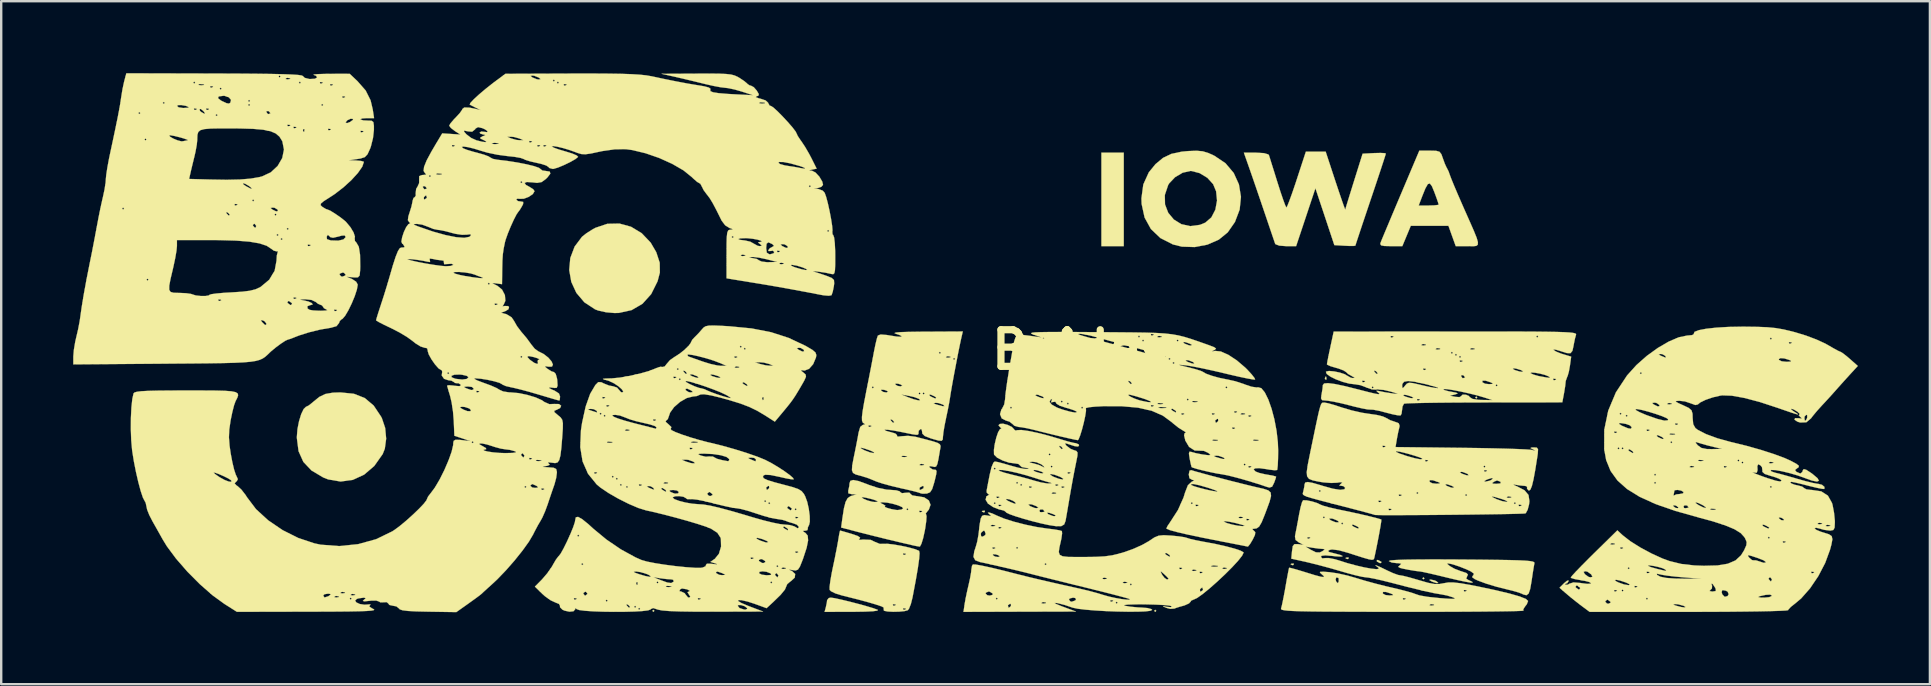
<source format=kicad_pcb>
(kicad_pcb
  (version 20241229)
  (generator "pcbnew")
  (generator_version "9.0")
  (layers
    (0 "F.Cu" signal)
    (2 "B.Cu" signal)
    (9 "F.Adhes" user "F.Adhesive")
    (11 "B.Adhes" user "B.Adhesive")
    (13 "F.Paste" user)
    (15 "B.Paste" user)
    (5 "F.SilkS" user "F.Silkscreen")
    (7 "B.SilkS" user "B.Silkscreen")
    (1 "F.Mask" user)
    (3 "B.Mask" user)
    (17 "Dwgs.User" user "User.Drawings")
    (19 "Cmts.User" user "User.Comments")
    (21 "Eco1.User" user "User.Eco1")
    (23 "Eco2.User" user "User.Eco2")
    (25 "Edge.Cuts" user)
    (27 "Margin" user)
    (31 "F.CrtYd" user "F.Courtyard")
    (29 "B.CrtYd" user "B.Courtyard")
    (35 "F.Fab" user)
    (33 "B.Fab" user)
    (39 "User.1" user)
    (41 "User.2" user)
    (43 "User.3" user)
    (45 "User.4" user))
  (footprint "Bsides"
    (layer "F.Cu")
    (at 42 11.525)
    (property "Reference" "Bsides" (at 0 0 0) (layer "F.SilkS") (effects (font (size 1.524 1.524) (thickness 0.3))))
    (attr through_hole)
    (fp_poly (pts (xy -17.78 10.88) (xy -17.822 10.922) (xy -17.865 10.88) (xy -17.822 10.837) (xy -17.78 10.88)) (stroke (width 0.01) (type solid)) (fill yes) (layer "F.SilkS"))
    (fp_poly (pts (xy 1.778 -4.318) (xy 0.847 -4.318) (xy 0.847 -8.213) (xy 1.778 -8.213) (xy 1.778 -4.318)) (stroke (width 0.01) (type solid)) (fill yes) (layer "F.SilkS"))
    (fp_poly (pts (xy 3.133 10.88) (xy 3.09 10.922) (xy 3.048 10.88) (xy 3.09 10.837) (xy 3.133 10.88)) (stroke (width 0.01) (type solid)) (fill yes) (layer "F.SilkS"))
    (fp_poly (pts (xy 14.309 9.525) (xy 14.266 9.567) (xy 14.224 9.525) (xy 14.266 9.483) (xy 14.309 9.525)) (stroke (width 0.01) (type solid)) (fill yes) (layer "F.SilkS"))
    (fp_poly (pts (xy 16.51 1.99) (xy 16.468 2.032) (xy 16.425 1.99) (xy 16.468 1.947) (xy 16.51 1.99)) (stroke (width 0.01) (type solid)) (fill yes) (layer "F.SilkS"))
    (fp_poly (pts (xy -4.008 6.717) (xy -4.019 6.767) (xy -4.064 6.773) (xy -4.134 6.742) (xy -4.12 6.717) (xy -4.02 6.707) (xy -4.008 6.717)) (stroke (width 0.01) (type solid)) (fill yes) (layer "F.SilkS"))
    (fp_poly (pts (xy 8.862 8.918) (xy 8.85 8.969) (xy 8.805 8.975) (xy 8.736 8.944) (xy 8.749 8.918) (xy 8.849 8.908) (xy 8.862 8.918)) (stroke (width 0.01) (type solid)) (fill yes) (layer "F.SilkS"))
    (fp_poly (pts (xy 10.216 1.129) (xy 10.227 1.229) (xy 10.216 1.242) (xy 10.166 1.23) (xy 10.16 1.185) (xy 10.191 1.116) (xy 10.216 1.129)) (stroke (width 0.01) (type solid)) (fill yes) (layer "F.SilkS"))
    (fp_poly (pts (xy 11.148 8.664) (xy 11.136 8.715) (xy 11.091 8.721) (xy 11.022 8.69) (xy 11.035 8.664) (xy 11.135 8.654) (xy 11.148 8.664)) (stroke (width 0.01) (type solid)) (fill yes) (layer "F.SilkS"))
    (fp_poly (pts (xy 12.399 8.773) (xy 12.518 8.841) (xy 12.498 8.886) (xy 12.451 8.89) (xy 12.336 8.829) (xy 12.32 8.806) (xy 12.333 8.758) (xy 12.399 8.773)) (stroke (width 0.01) (type solid)) (fill yes) (layer "F.SilkS"))
    (fp_poly (pts (xy 14.743 9.615) (xy 14.817 9.652) (xy 14.883 9.715) (xy 14.822 9.724) (xy 14.664 9.676) (xy 14.605 9.652) (xy 14.51 9.594) (xy 14.563 9.575) (xy 14.743 9.615)) (stroke (width 0.01) (type solid)) (fill yes) (layer "F.SilkS"))
    (fp_poly (pts (xy -10.275 10.351) (xy -10.002 10.41) (xy -9.659 10.492) (xy -9.291 10.588) (xy -8.943 10.684) (xy -8.66 10.769) (xy -8.487 10.832) (xy -8.467 10.842) (xy -8.493 10.872) (xy -8.673 10.896) (xy -8.996 10.912) (xy -9.446 10.919) (xy -9.514 10.919) (xy -10.688 10.922) (xy -10.637 10.732) (xy -10.595 10.535) (xy -10.584 10.435) (xy -10.514 10.346) (xy -10.431 10.329) (xy -10.275 10.351)) (stroke (width 0.01) (type solid)) (fill yes) (layer "F.SilkS"))
    (fp_poly (pts (xy -18.752 -5.125) (xy -18.309 -4.857) (xy -17.936 -4.465) (xy -17.702 -4.064) (xy -17.559 -3.627) (xy -17.553 -3.215) (xy -17.648 -2.855) (xy -17.914 -2.32) (xy -18.277 -1.917) (xy -18.729 -1.653) (xy -19.259 -1.536) (xy -19.442 -1.531) (xy -19.794 -1.562) (xy -20.122 -1.635) (xy -20.252 -1.684) (xy -20.699 -1.978) (xy -21.031 -2.369) (xy -21.243 -2.827) (xy -21.33 -3.322) (xy -21.285 -3.823) (xy -21.104 -4.301) (xy -20.796 -4.709) (xy -20.611 -4.856) (xy -20.353 -5.019) (xy -20.235 -5.083) (xy -19.741 -5.249) (xy -19.238 -5.259) (xy -18.752 -5.125)) (stroke (width 0.01) (type solid)) (fill yes) (layer "F.SilkS"))
    (fp_poly (pts (xy -30.303 1.834) (xy -29.849 2.012) (xy -29.479 2.325) (xy -29.169 2.788) (xy -29.135 2.854) (xy -28.999 3.26) (xy -28.958 3.706) (xy -29.014 4.123) (xy -29.103 4.347) (xy -29.453 4.842) (xy -29.875 5.203) (xy -30.349 5.422) (xy -30.856 5.491) (xy -31.374 5.403) (xy -31.581 5.321) (xy -32.07 5.031) (xy -32.409 4.672) (xy -32.609 4.227) (xy -32.679 3.682) (xy -32.679 3.623) (xy -32.654 3.304) (xy -32.589 2.976) (xy -32.499 2.683) (xy -32.396 2.468) (xy -32.295 2.372) (xy -32.282 2.371) (xy -32.18 2.318) (xy -32.019 2.19) (xy -31.998 2.171) (xy -31.742 1.963) (xy -31.489 1.842) (xy -31.179 1.788) (xy -30.863 1.778) (xy -30.303 1.834)) (stroke (width 0.01) (type solid)) (fill yes) (layer "F.SilkS"))
    (fp_poly (pts (xy 5.07 -8.27) (xy 5.306 -8.198) (xy 5.55 -8.087) (xy 6.018 -7.773) (xy 6.362 -7.365) (xy 6.578 -6.889) (xy 6.662 -6.373) (xy 6.608 -5.842) (xy 6.412 -5.325) (xy 6.111 -4.892) (xy 5.738 -4.588) (xy 5.264 -4.381) (xy 4.737 -4.28) (xy 4.199 -4.297) (xy 3.827 -4.389) (xy 3.305 -4.655) (xy 2.91 -5.031) (xy 2.647 -5.508) (xy 2.523 -6.075) (xy 2.515 -6.311) (xy 2.533 -6.447) (xy 3.489 -6.447) (xy 3.498 -6.056) (xy 3.631 -5.708) (xy 3.866 -5.426) (xy 4.179 -5.233) (xy 4.55 -5.152) (xy 4.954 -5.206) (xy 5.176 -5.297) (xy 5.43 -5.517) (xy 5.596 -5.839) (xy 5.665 -6.217) (xy 5.627 -6.602) (xy 5.502 -6.902) (xy 5.261 -7.166) (xy 4.937 -7.362) (xy 4.6 -7.449) (xy 4.559 -7.451) (xy 4.235 -7.379) (xy 3.916 -7.191) (xy 3.669 -6.931) (xy 3.627 -6.859) (xy 3.489 -6.447) (xy 2.533 -6.447) (xy 2.593 -6.889) (xy 2.822 -7.393) (xy 3.101 -7.735) (xy 3.416 -7.997) (xy 3.763 -8.163) (xy 4.194 -8.255) (xy 4.464 -8.28) (xy 4.814 -8.293) (xy 5.07 -8.27)) (stroke (width 0.01) (type solid)) (fill yes) (layer "F.SilkS"))
    (fp_poly (pts (xy 14.793 -8.291) (xy 14.935 -8.252) (xy 15.015 -8.148) (xy 15.075 -7.98) (xy 15.157 -7.754) (xy 15.229 -7.596) (xy 15.241 -7.578) (xy 15.313 -7.436) (xy 15.368 -7.281) (xy 15.424 -7.132) (xy 15.535 -6.86) (xy 15.688 -6.5) (xy 15.869 -6.084) (xy 15.963 -5.87) (xy 16.199 -5.339) (xy 16.372 -4.945) (xy 16.484 -4.667) (xy 16.536 -4.485) (xy 16.531 -4.379) (xy 16.471 -4.329) (xy 16.356 -4.315) (xy 16.191 -4.317) (xy 16.109 -4.318) (xy 15.612 -4.318) (xy 15.46 -4.741) (xy 15.308 -5.165) (xy 13.739 -5.165) (xy 13.563 -4.741) (xy 13.387 -4.318) (xy 12.907 -4.318) (xy 12.637 -4.324) (xy 12.502 -4.35) (xy 12.468 -4.409) (xy 12.482 -4.466) (xy 12.529 -4.584) (xy 12.633 -4.834) (xy 12.783 -5.191) (xy 12.969 -5.634) (xy 13.128 -6.011) (xy 14.068 -6.011) (xy 14.485 -6.011) (xy 14.724 -6.018) (xy 14.875 -6.037) (xy 14.901 -6.05) (xy 14.874 -6.144) (xy 14.803 -6.349) (xy 14.723 -6.565) (xy 14.62 -6.815) (xy 14.534 -6.93) (xy 14.449 -6.902) (xy 14.348 -6.725) (xy 14.214 -6.394) (xy 14.205 -6.371) (xy 14.068 -6.011) (xy 13.128 -6.011) (xy 13.181 -6.137) (xy 13.316 -6.456) (xy 14.095 -8.297) (xy 14.534 -8.297) (xy 14.793 -8.291)) (stroke (width 0.01) (type solid)) (fill yes) (layer "F.SilkS"))
    (fp_poly (pts (xy 10.597 -7.027) (xy 10.737 -6.608) (xy 10.857 -6.255) (xy 10.947 -5.996) (xy 11 -5.858) (xy 11.009 -5.842) (xy 11.035 -5.934) (xy 11.103 -6.157) (xy 11.203 -6.481) (xy 11.326 -6.877) (xy 11.373 -7.027) (xy 11.731 -8.17) (xy 12.215 -8.196) (xy 12.476 -8.202) (xy 12.652 -8.193) (xy 12.7 -8.176) (xy 12.674 -8.086) (xy 12.601 -7.859) (xy 12.489 -7.517) (xy 12.345 -7.083) (xy 12.177 -6.581) (xy 12.065 -6.249) (xy 11.886 -5.716) (xy 11.726 -5.24) (xy 11.594 -4.842) (xy 11.496 -4.546) (xy 11.44 -4.373) (xy 11.43 -4.338) (xy 11.354 -4.326) (xy 11.158 -4.327) (xy 10.992 -4.335) (xy 10.554 -4.36) (xy 10.16 -5.546) (xy 9.765 -6.731) (xy 9.363 -5.524) (xy 8.961 -4.318) (xy 8.542 -4.318) (xy 8.261 -4.339) (xy 8.104 -4.397) (xy 8.085 -4.424) (xy 8.046 -4.538) (xy 7.963 -4.781) (xy 7.847 -5.124) (xy 7.708 -5.535) (xy 7.632 -5.757) (xy 7.466 -6.247) (xy 7.298 -6.738) (xy 7.146 -7.18) (xy 7.026 -7.525) (xy 7 -7.599) (xy 6.784 -8.213) (xy 7.289 -8.213) (xy 7.621 -8.194) (xy 7.801 -8.141) (xy 7.829 -8.107) (xy 7.867 -7.989) (xy 7.943 -7.744) (xy 8.049 -7.407) (xy 8.172 -7.011) (xy 8.187 -6.964) (xy 8.311 -6.575) (xy 8.421 -6.253) (xy 8.505 -6.027) (xy 8.553 -5.929) (xy 8.557 -5.927) (xy 8.599 -6.003) (xy 8.681 -6.211) (xy 8.795 -6.525) (xy 8.928 -6.914) (xy 8.986 -7.091) (xy 9.367 -8.255) (xy 10.193 -8.255) (xy 10.597 -7.027)) (stroke (width 0.01) (type solid)) (fill yes) (layer "F.SilkS"))
    (fp_poly (pts (xy 15.715 8.74) (xy 15.848 8.741) (xy 16.659 8.747) (xy 17.315 8.755) (xy 17.833 8.763) (xy 18.228 8.774) (xy 18.515 8.788) (xy 18.709 8.806) (xy 18.827 8.828) (xy 18.883 8.856) (xy 18.893 8.889) (xy 18.892 8.89) (xy 18.866 9.033) (xy 18.824 9.29) (xy 18.777 9.608) (xy 18.774 9.631) (xy 18.715 9.969) (xy 18.649 10.161) (xy 18.558 10.229) (xy 18.425 10.196) (xy 18.373 10.168) (xy 18.222 10.111) (xy 17.971 10.039) (xy 17.78 9.993) (xy 17.313 9.876) (xy 16.881 9.745) (xy 16.536 9.618) (xy 16.404 9.556) (xy 16.293 9.473) (xy 16.333 9.404) (xy 16.348 9.394) (xy 16.368 9.329) (xy 16.245 9.238) (xy 16.055 9.148) (xy 15.772 9.036) (xy 15.515 8.95) (xy 15.423 8.926) (xy 15.27 8.899) (xy 15.268 8.931) (xy 15.364 9.013) (xy 15.557 9.124) (xy 15.815 9.223) (xy 15.857 9.235) (xy 16.06 9.304) (xy 16.122 9.372) (xy 16.088 9.438) (xy 16.049 9.538) (xy 16.158 9.605) (xy 16.173 9.61) (xy 16.299 9.669) (xy 16.314 9.706) (xy 16.222 9.702) (xy 15.999 9.663) (xy 15.677 9.594) (xy 15.291 9.503) (xy 15.271 9.498) (xy 14.871 9.401) (xy 14.525 9.32) (xy 14.269 9.264) (xy 14.14 9.241) (xy 14.139 9.241) (xy 13.921 9.214) (xy 13.646 9.168) (xy 13.398 9.118) (xy 13.295 9.091) (xy 13.213 9.046) (xy 13.282 8.98) (xy 13.295 8.971) (xy 13.34 8.917) (xy 13.237 8.894) (xy 13.149 8.891) (xy 12.946 8.866) (xy 12.828 8.807) (xy 12.826 8.804) (xy 12.892 8.779) (xy 13.122 8.76) (xy 13.519 8.746) (xy 14.083 8.738) (xy 14.815 8.736) (xy 15.715 8.74)) (stroke (width 0.01) (type solid)) (fill yes) (layer "F.SilkS"))
    (fp_poly (pts (xy -9.956 7.557) (xy -9.758 7.614) (xy -9.569 7.67) (xy -9.313 7.757) (xy -9.208 7.826) (xy -9.236 7.881) (xy -9.264 7.925) (xy -9.133 7.915) (xy -9.091 7.908) (xy -8.766 7.923) (xy -8.608 7.999) (xy -8.387 8.09) (xy -8.223 8.089) (xy -8.07 8.085) (xy -7.809 8.115) (xy -7.493 8.17) (xy -7.176 8.239) (xy -6.914 8.311) (xy -6.758 8.375) (xy -6.749 8.382) (xy -6.731 8.479) (xy -6.748 8.714) (xy -6.801 9.093) (xy -6.892 9.623) (xy -7.022 10.31) (xy -7.025 10.325) (xy -7.092 10.592) (xy -7.17 10.789) (xy -7.219 10.853) (xy -7.355 10.891) (xy -7.578 10.913) (xy -7.831 10.919) (xy -8.058 10.907) (xy -8.201 10.879) (xy -8.223 10.858) (xy -8.225 10.781) (xy -7.422 10.781) (xy -7.411 10.831) (xy -7.366 10.837) (xy -7.296 10.806) (xy -7.31 10.781) (xy -7.41 10.771) (xy -7.422 10.781) (xy -8.225 10.781) (xy -8.227 10.744) (xy -8.304 10.698) (xy -8.532 10.619) (xy -8.559 10.612) (xy -7.846 10.612) (xy -7.834 10.662) (xy -7.789 10.668) (xy -7.72 10.637) (xy -7.733 10.612) (xy -7.833 10.601) (xy -7.846 10.612) (xy -8.559 10.612) (xy -8.898 10.513) (xy -9.386 10.383) (xy -9.979 10.234) (xy -10.239 10.153) (xy -10.423 10.062) (xy -10.478 10.007) (xy -10.48 9.879) (xy -10.448 9.628) (xy -10.39 9.296) (xy -10.344 9.073) (xy -10.26 8.675) (xy -10.225 8.495) (xy -7.422 8.495) (xy -7.411 8.545) (xy -7.366 8.551) (xy -7.296 8.52) (xy -7.31 8.495) (xy -7.41 8.485) (xy -7.422 8.495) (xy -10.225 8.495) (xy -10.185 8.295) (xy -10.13 7.994) (xy -10.114 7.895) (xy -10.077 7.676) (xy -10.048 7.549) (xy -10.041 7.535) (xy -9.956 7.557)) (stroke (width 0.01) (type solid)) (fill yes) (layer "F.SilkS"))
    (fp_poly (pts (xy -9.273 5.471) (xy -8.926 5.597) (xy -8.848 5.629) (xy -8.475 5.753) (xy -8.105 5.828) (xy -7.938 5.84) (xy -7.703 5.857) (xy -7.558 5.9) (xy -7.535 5.928) (xy -7.466 5.976) (xy -7.324 5.961) (xy -7.157 5.951) (xy -7.112 6.002) (xy -7.038 6.067) (xy -6.858 6.098) (xy -6.837 6.099) (xy -6.538 6.15) (xy -6.344 6.28) (xy -6.273 6.461) (xy -6.345 6.663) (xy -6.398 6.725) (xy -6.474 6.827) (xy -6.459 6.858) (xy -6.44 6.934) (xy -6.452 7.138) (xy -6.493 7.429) (xy -6.512 7.535) (xy -6.58 7.847) (xy -6.651 8.08) (xy -6.712 8.196) (xy -6.727 8.203) (xy -6.879 8.177) (xy -6.985 8.155) (xy -7.472 8.042) (xy -8.047 7.905) (xy -8.633 7.761) (xy -9.155 7.629) (xy -9.296 7.592) (xy -9.999 7.408) (xy -9.944 7.001) (xy -9.899 6.717) (xy -6.745 6.717) (xy -6.733 6.767) (xy -6.689 6.773) (xy -6.619 6.742) (xy -6.632 6.717) (xy -6.733 6.707) (xy -6.745 6.717) (xy -9.899 6.717) (xy -9.881 6.601) (xy -9.82 6.368) (xy -8.369 6.368) (xy -8.316 6.408) (xy -8.255 6.435) (xy -8.156 6.496) (xy -8.17 6.522) (xy -8.178 6.55) (xy -8.07 6.594) (xy -7.899 6.641) (xy -7.716 6.674) (xy -7.646 6.68) (xy -7.479 6.657) (xy -7.463 6.646) (xy -7.281 6.646) (xy -7.239 6.689) (xy -7.197 6.646) (xy -7.239 6.604) (xy -7.281 6.646) (xy -7.463 6.646) (xy -7.414 6.614) (xy -7.46 6.556) (xy -7.621 6.485) (xy -7.846 6.418) (xy -8.083 6.37) (xy -8.271 6.356) (xy -8.369 6.368) (xy -9.82 6.368) (xy -9.812 6.339) (xy -9.726 6.182) (xy -9.675 6.148) (xy -9.144 6.148) (xy -9.072 6.209) (xy -8.904 6.279) (xy -8.707 6.332) (xy -8.601 6.345) (xy -8.484 6.335) (xy -8.474 6.317) (xy -8.573 6.271) (xy -8.753 6.216) (xy -8.951 6.168) (xy -9.101 6.142) (xy -9.144 6.148) (xy -9.675 6.148) (xy -9.607 6.101) (xy -9.562 6.086) (xy -9.356 6.028) (xy -9.555 6.02) (xy -9.699 5.982) (xy -9.703 5.877) (xy -9.658 5.675) (xy -9.652 5.581) (xy -9.617 5.464) (xy -9.497 5.427) (xy -9.273 5.471)) (stroke (width 0.01) (type solid)) (fill yes) (layer "F.SilkS"))
    (fp_poly (pts (xy 4.744 5.064) (xy 5.024 5.142) (xy 5.395 5.243) (xy 5.822 5.355) (xy 6.268 5.471) (xy 6.698 5.579) (xy 7.075 5.672) (xy 7.307 5.727) (xy 7.605 5.795) (xy 7.8 5.859) (xy 7.9 5.949) (xy 7.916 6.094) (xy 7.856 6.326) (xy 7.728 6.674) (xy 7.651 6.879) (xy 7.525 7.188) (xy 7.422 7.365) (xy 7.321 7.441) (xy 7.253 7.452) (xy 7.135 7.466) (xy 7.173 7.518) (xy 7.192 7.531) (xy 7.26 7.603) (xy 7.245 7.718) (xy 7.152 7.91) (xy 7.04 8.097) (xy 6.959 8.196) (xy 6.945 8.201) (xy 6.849 8.182) (xy 6.621 8.137) (xy 6.292 8.072) (xy 5.895 7.996) (xy 5.842 7.985) (xy 5.066 7.832) (xy 4.447 7.702) (xy 3.989 7.595) (xy 3.694 7.514) (xy 3.563 7.457) (xy 3.556 7.445) (xy 3.602 7.344) (xy 3.709 7.187) (xy 3.73 7.154) (xy 5.945 7.154) (xy 5.95 7.163) (xy 6.074 7.222) (xy 6.296 7.284) (xy 6.544 7.333) (xy 6.731 7.35) (xy 6.82 7.342) (xy 6.752 7.308) (xy 6.689 7.288) (xy 6.432 7.219) (xy 6.192 7.169) (xy 6.015 7.145) (xy 5.945 7.154) (xy 3.73 7.154) (xy 3.794 7.056) (xy 6.886 7.056) (xy 6.898 7.106) (xy 6.943 7.112) (xy 7.012 7.081) (xy 6.999 7.056) (xy 6.899 7.045) (xy 6.886 7.056) (xy 3.794 7.056) (xy 3.825 7.007) (xy 6.556 7.007) (xy 6.639 7.021) (xy 6.749 7.005) (xy 6.75 6.976) (xy 6.637 6.956) (xy 6.588 6.969) (xy 6.556 7.007) (xy 3.825 7.007) (xy 4.037 6.677) (xy 4.133 6.463) (xy 4.77 6.463) (xy 4.781 6.513) (xy 4.826 6.519) (xy 4.896 6.488) (xy 4.882 6.463) (xy 4.782 6.453) (xy 4.77 6.463) (xy 4.133 6.463) (xy 4.164 6.392) (xy 4.572 6.392) (xy 4.614 6.435) (xy 4.657 6.392) (xy 4.614 6.35) (xy 4.572 6.392) (xy 4.164 6.392) (xy 4.271 6.152) (xy 4.33 5.957) (xy 4.45 5.648) (xy 4.503 5.598) (xy 4.582 5.598) (xy 4.594 5.638) (xy 4.701 5.685) (xy 4.916 5.75) (xy 5.182 5.819) (xy 5.441 5.876) (xy 5.636 5.907) (xy 5.673 5.91) (xy 5.667 5.888) (xy 5.529 5.831) (xy 5.292 5.751) (xy 4.937 5.648) (xy 4.695 5.596) (xy 4.582 5.598) (xy 4.503 5.598) (xy 4.605 5.502) (xy 4.716 5.447) (xy 4.673 5.426) (xy 4.636 5.424) (xy 4.516 5.355) (xy 4.487 5.198) (xy 4.52 5.037) (xy 4.593 5.017) (xy 4.744 5.064)) (stroke (width 0.01) (type solid)) (fill yes) (layer "F.SilkS"))
    (fp_poly (pts (xy 9.4 6.275) (xy 9.623 6.32) (xy 9.841 6.388) (xy 9.961 6.447) (xy 10.082 6.497) (xy 10.328 6.566) (xy 10.656 6.642) (xy 10.85 6.682) (xy 11.238 6.763) (xy 11.634 6.85) (xy 11.997 6.935) (xy 12.291 7.008) (xy 12.475 7.061) (xy 12.513 7.076) (xy 12.507 7.159) (xy 12.474 7.369) (xy 12.421 7.668) (xy 12.354 8.018) (xy 12.281 8.38) (xy 12.232 8.61) (xy 12.215 8.689) (xy 12.186 8.738) (xy 12.119 8.753) (xy 11.988 8.73) (xy 11.766 8.667) (xy 11.426 8.559) (xy 11.127 8.462) (xy 10.735 8.354) (xy 10.462 8.321) (xy 10.365 8.337) (xy 10.288 8.386) (xy 10.342 8.429) (xy 10.536 8.48) (xy 10.802 8.55) (xy 10.903 8.598) (xy 10.84 8.619) (xy 10.617 8.608) (xy 10.477 8.592) (xy 10.181 8.567) (xy 10.027 8.584) (xy 9.991 8.632) (xy 10.055 8.694) (xy 10.15 8.682) (xy 10.319 8.679) (xy 10.573 8.728) (xy 10.721 8.772) (xy 11.099 8.892) (xy 11.473 8.993) (xy 11.817 9.072) (xy 12.106 9.123) (xy 12.313 9.143) (xy 12.412 9.127) (xy 12.378 9.07) (xy 12.361 9.059) (xy 12.263 8.987) (xy 12.301 8.986) (xy 12.457 9.051) (xy 12.719 9.178) (xy 12.736 9.187) (xy 12.992 9.305) (xy 13.203 9.382) (xy 13.286 9.398) (xy 13.426 9.422) (xy 13.679 9.486) (xy 13.997 9.577) (xy 14.094 9.606) (xy 14.461 9.711) (xy 14.722 9.761) (xy 14.931 9.762) (xy 15.11 9.729) (xy 15.295 9.698) (xy 15.516 9.697) (xy 15.807 9.729) (xy 16.206 9.798) (xy 16.51 9.857) (xy 17.263 10.017) (xy 17.852 10.158) (xy 18.277 10.28) (xy 18.535 10.383) (xy 18.626 10.467) (xy 18.627 10.47) (xy 18.572 10.609) (xy 18.504 10.694) (xy 18.427 10.815) (xy 18.434 10.871) (xy 18.362 10.88) (xy 18.134 10.889) (xy 17.766 10.897) (xy 17.272 10.904) (xy 16.666 10.91) (xy 15.963 10.915) (xy 15.177 10.918) (xy 14.322 10.92) (xy 13.413 10.92) (xy 13.385 10.92) (xy 12.324 10.919) (xy 11.421 10.917) (xy 10.662 10.914) (xy 10.036 10.91) (xy 9.531 10.904) (xy 9.133 10.896) (xy 8.831 10.886) (xy 8.613 10.873) (xy 8.467 10.856) (xy 8.379 10.837) (xy 8.338 10.813) (xy 8.332 10.786) (xy 8.334 10.779) (xy 8.369 10.648) (xy 14.515 10.648) (xy 14.598 10.661) (xy 14.708 10.646) (xy 14.709 10.617) (xy 14.596 10.597) (xy 14.547 10.61) (xy 14.515 10.648) (xy 8.369 10.648) (xy 8.371 10.638) (xy 8.426 10.376) (xy 8.43 10.358) (xy 13.406 10.358) (xy 13.417 10.408) (xy 13.462 10.414) (xy 13.532 10.383) (xy 13.518 10.358) (xy 13.418 10.347) (xy 13.406 10.358) (xy 8.43 10.358) (xy 8.467 10.16) (xy 12.573 10.16) (xy 12.688 10.221) (xy 12.853 10.239) (xy 13.002 10.228) (xy 12.994 10.198) (xy 12.912 10.16) (xy 12.704 10.092) (xy 12.58 10.093) (xy 12.573 10.16) (xy 8.467 10.16) (xy 8.49 10.039) (xy 8.519 9.872) (xy 8.572 9.57) (xy 10.604 9.57) (xy 10.633 9.663) (xy 10.698 9.727) (xy 10.735 9.664) (xy 10.735 9.532) (xy 10.719 9.506) (xy 10.638 9.486) (xy 10.604 9.57) (xy 8.572 9.57) (xy 8.579 9.534) (xy 8.629 9.267) (xy 8.662 9.108) (xy 8.671 9.082) (xy 8.754 9.097) (xy 8.959 9.153) (xy 9.248 9.24) (xy 9.352 9.272) (xy 9.747 9.394) (xy 9.997 9.46) (xy 10.114 9.472) (xy 10.113 9.431) (xy 10.028 9.355) (xy 9.951 9.285) (xy 9.97 9.252) (xy 10.111 9.25) (xy 10.352 9.268) (xy 10.691 9.318) (xy 11.097 9.408) (xy 11.453 9.51) (xy 11.82 9.621) (xy 12.275 9.746) (xy 12.739 9.863) (xy 12.912 9.903) (xy 13.284 9.991) (xy 13.605 10.075) (xy 13.831 10.142) (xy 13.906 10.17) (xy 14.108 10.238) (xy 14.437 10.295) (xy 14.909 10.345) (xy 15.198 10.368) (xy 15.463 10.382) (xy 15.576 10.375) (xy 15.554 10.344) (xy 15.494 10.316) (xy 15.245 10.239) (xy 15.028 10.197) (xy 14.702 10.141) (xy 14.217 10.034) (xy 14.158 10.019) (xy 15.946 10.019) (xy 15.957 10.069) (xy 16.002 10.075) (xy 16.072 10.044) (xy 16.058 10.019) (xy 15.958 10.009) (xy 15.946 10.019) (xy 14.158 10.019) (xy 13.573 9.876) (xy 12.914 9.705) (xy 12.537 9.611) (xy 12.203 9.536) (xy 11.958 9.492) (xy 11.869 9.483) (xy 11.704 9.459) (xy 11.423 9.395) (xy 11.073 9.301) (xy 10.851 9.236) (xy 10.409 9.108) (xy 9.938 8.981) (xy 9.52 8.876) (xy 9.397 8.847) (xy 8.76 8.705) (xy 8.79 8.387) (xy 8.819 8.202) (xy 9.356 8.202) (xy 9.567 8.332) (xy 9.786 8.441) (xy 9.947 8.446) (xy 10.075 8.382) (xy 10.156 8.316) (xy 10.084 8.299) (xy 10.065 8.299) (xy 9.887 8.284) (xy 9.649 8.251) (xy 9.641 8.25) (xy 9.356 8.202) (xy 8.819 8.202) (xy 8.822 8.181) (xy 8.891 8.099) (xy 9.035 8.099) (xy 9.046 8.1) (xy 9.271 8.131) (xy 9.073 8.029) (xy 8.937 7.925) (xy 8.92 7.818) (xy 9.426 7.818) (xy 9.438 7.868) (xy 9.483 7.874) (xy 9.552 7.843) (xy 9.539 7.818) (xy 9.439 7.807) (xy 9.426 7.818) (xy 8.92 7.818) (xy 8.913 7.775) (xy 8.932 7.667) (xy 8.977 7.446) (xy 9.001 7.319) (xy 11.288 7.319) (xy 11.345 7.366) (xy 11.5 7.438) (xy 11.557 7.448) (xy 11.572 7.413) (xy 11.515 7.366) (xy 11.36 7.294) (xy 11.303 7.284) (xy 11.288 7.319) (xy 9.001 7.319) (xy 9.016 7.239) (xy 10.837 7.239) (xy 10.88 7.281) (xy 10.922 7.239) (xy 10.88 7.197) (xy 10.837 7.239) (xy 9.016 7.239) (xy 9.036 7.133) (xy 9.053 7.041) (xy 10.33 7.041) (xy 10.393 7.098) (xy 10.414 7.112) (xy 10.595 7.185) (xy 10.668 7.194) (xy 10.752 7.183) (xy 10.689 7.126) (xy 10.668 7.112) (xy 10.487 7.039) (xy 10.414 7.03) (xy 10.33 7.041) (xy 9.053 7.041) (xy 9.063 6.985) (xy 10.075 6.985) (xy 10.118 7.027) (xy 10.16 6.985) (xy 10.118 6.943) (xy 10.075 6.985) (xy 9.063 6.985) (xy 9.087 6.849) (xy 9.146 6.564) (xy 9.205 6.357) (xy 9.251 6.271) (xy 9.4 6.275)) (stroke (width 0.01) (type solid)) (fill yes) (layer "F.SilkS"))
    (fp_poly (pts (xy -5.002 -0.445) (xy -5.058 -0.182) (xy -5.132 0.182) (xy -5.213 0.604) (xy -5.296 1.039) (xy -5.37 1.443) (xy -5.427 1.772) (xy -5.46 1.982) (xy -5.461 1.99) (xy -5.496 2.202) (xy -5.555 2.511) (xy -5.624 2.836) (xy -5.69 3.161) (xy -5.737 3.442) (xy -5.756 3.619) (xy -5.756 3.619) (xy -5.764 3.74) (xy -5.813 3.794) (xy -5.938 3.785) (xy -6.178 3.718) (xy -6.265 3.692) (xy -6.517 3.593) (xy -6.619 3.49) (xy -6.621 3.439) (xy -6.643 3.322) (xy -6.685 3.302) (xy -6.763 3.371) (xy -6.773 3.429) (xy -6.774 3.499) (xy -6.798 3.537) (xy -6.877 3.543) (xy -7.044 3.518) (xy -7.33 3.46) (xy -7.505 3.424) (xy -7.814 3.366) (xy -8.053 3.333) (xy -8.18 3.33) (xy -8.188 3.334) (xy -8.143 3.374) (xy -7.979 3.422) (xy -7.926 3.433) (xy -7.74 3.49) (xy -7.669 3.559) (xy -7.674 3.574) (xy -7.646 3.621) (xy -7.476 3.604) (xy -7.468 3.602) (xy -7.21 3.586) (xy -6.92 3.622) (xy -6.886 3.63) (xy -6.454 3.741) (xy -6.159 3.82) (xy -5.977 3.881) (xy -5.885 3.939) (xy -5.855 4.009) (xy -5.865 4.104) (xy -5.886 4.216) (xy -5.944 4.559) (xy -5.99 4.765) (xy -6.04 4.864) (xy -6.107 4.885) (xy -6.194 4.864) (xy -6.318 4.847) (xy -6.313 4.902) (xy -6.185 4.988) (xy -6.133 4.995) (xy -6.055 5.004) (xy -6.023 5.054) (xy -6.035 5.181) (xy -6.092 5.423) (xy -6.124 5.546) (xy -6.205 5.805) (xy -6.293 5.939) (xy -6.421 5.991) (xy -6.443 5.994) (xy -6.618 5.998) (xy -6.694 5.978) (xy -6.79 5.943) (xy -7.013 5.884) (xy -7.325 5.81) (xy -7.538 5.763) (xy -7.56 5.757) (xy -6.731 5.757) (xy -6.727 5.835) (xy -6.699 5.842) (xy -6.579 5.78) (xy -6.562 5.757) (xy -6.566 5.679) (xy -6.594 5.673) (xy -6.714 5.734) (xy -6.731 5.757) (xy -7.56 5.757) (xy -7.917 5.673) (xy -8.262 5.579) (xy -8.518 5.495) (xy -8.594 5.463) (xy -8.846 5.359) (xy -9.146 5.263) (xy -9.207 5.247) (xy -9.393 5.196) (xy -9.504 5.131) (xy -9.549 5.018) (xy -9.537 4.822) (xy -9.534 4.806) (xy -6.737 4.806) (xy -6.653 4.819) (xy -6.544 4.804) (xy -6.542 4.775) (xy -6.656 4.755) (xy -6.705 4.768) (xy -6.737 4.806) (xy -9.534 4.806) (xy -9.478 4.508) (xy -9.468 4.462) (xy -7.482 4.462) (xy -7.366 4.474) (xy -7.246 4.461) (xy -7.26 4.431) (xy -7.434 4.42) (xy -7.472 4.431) (xy -7.482 4.462) (xy -9.468 4.462) (xy -9.445 4.35) (xy -9.394 4.101) (xy -9.186 4.101) (xy -9.063 4.172) (xy -9.017 4.194) (xy -8.802 4.275) (xy -8.637 4.308) (xy -8.636 4.308) (xy -8.622 4.281) (xy -8.74 4.218) (xy -8.805 4.191) (xy -9.038 4.111) (xy -9.171 4.081) (xy -9.186 4.101) (xy -9.394 4.101) (xy -9.374 4) (xy -9.31 3.667) (xy -9.272 3.45) (xy -9.202 3.213) (xy -9.132 3.161) (xy -8.862 3.161) (xy -8.85 3.211) (xy -8.805 3.217) (xy -8.736 3.186) (xy -8.749 3.161) (xy -8.849 3.151) (xy -8.862 3.161) (xy -9.132 3.161) (xy -9.086 3.127) (xy -9.077 3.126) (xy -8.998 3.104) (xy -9.038 3.077) (xy -9.098 3.034) (xy -9.129 2.95) (xy -9.13 2.903) (xy -7.945 2.903) (xy -7.924 2.95) (xy -7.839 3.041) (xy -7.79 3.022) (xy -7.789 3.011) (xy -7.849 2.939) (xy -7.887 2.913) (xy -7.945 2.903) (xy -9.13 2.903) (xy -9.132 2.799) (xy -9.103 2.558) (xy -9.046 2.224) (xy -6.15 2.224) (xy -6.093 2.258) (xy -6.011 2.286) (xy -5.784 2.349) (xy -5.692 2.352) (xy -5.745 2.294) (xy -5.757 2.286) (xy -5.949 2.219) (xy -6.054 2.211) (xy -6.15 2.224) (xy -9.046 2.224) (xy -9.042 2.201) (xy -8.976 1.864) (xy -7.493 1.864) (xy -7.197 1.984) (xy -6.973 2.063) (xy -6.798 2.106) (xy -6.707 2.108) (xy -6.732 2.065) (xy -6.773 2.039) (xy -6.942 1.975) (xy -7.179 1.919) (xy -7.197 1.915) (xy -7.285 1.9) (xy -6.323 1.9) (xy -6.265 1.947) (xy -6.111 2.019) (xy -6.054 2.029) (xy -6.039 1.994) (xy -6.096 1.947) (xy -6.25 1.876) (xy -6.308 1.865) (xy -6.323 1.9) (xy -7.285 1.9) (xy -7.493 1.864) (xy -8.976 1.864) (xy -8.968 1.82) (xy -6.773 1.82) (xy -6.731 1.863) (xy -6.689 1.82) (xy -6.604 1.82) (xy -6.562 1.863) (xy -6.519 1.82) (xy -6.562 1.778) (xy -6.604 1.82) (xy -6.689 1.82) (xy -6.731 1.778) (xy -6.773 1.82) (xy -8.968 1.82) (xy -8.946 1.704) (xy -8.945 1.701) (xy -8.335 1.701) (xy -8.242 1.759) (xy -8.115 1.78) (xy -8.044 1.75) (xy -8.043 1.746) (xy -8.113 1.701) (xy -8.213 1.669) (xy -8.327 1.663) (xy -8.335 1.701) (xy -8.945 1.701) (xy -8.938 1.669) (xy -8.918 1.566) (xy -8.721 1.566) (xy -8.678 1.609) (xy -8.636 1.566) (xy -8.678 1.524) (xy -8.721 1.566) (xy -8.918 1.566) (xy -8.895 1.447) (xy -7.742 1.447) (xy -7.649 1.505) (xy -7.522 1.526) (xy -7.451 1.496) (xy -7.451 1.492) (xy -7.52 1.447) (xy -7.62 1.415) (xy -7.735 1.409) (xy -7.742 1.447) (xy -8.895 1.447) (xy -8.846 1.203) (xy -8.755 0.735) (xy -8.687 0.381) (xy -5.334 0.381) (xy -5.292 0.423) (xy -5.249 0.381) (xy -5.292 0.339) (xy -5.334 0.381) (xy -8.687 0.381) (xy -8.676 0.324) (xy -8.675 0.318) (xy -5.636 0.318) (xy -5.553 0.332) (xy -5.443 0.316) (xy -5.442 0.288) (xy -5.555 0.267) (xy -5.604 0.281) (xy -5.636 0.318) (xy -8.675 0.318) (xy -8.639 0.127) (xy -5.927 0.127) (xy -5.884 0.169) (xy -5.842 0.127) (xy -5.884 0.085) (xy -5.927 0.127) (xy -8.639 0.127) (xy -8.627 0.065) (xy -8.566 -0.235) (xy -8.508 -0.472) (xy -8.467 -0.592) (xy -8.353 -0.636) (xy -8.096 -0.616) (xy -7.961 -0.593) (xy -7.677 -0.549) (xy -7.509 -0.542) (xy -7.473 -0.568) (xy -7.583 -0.622) (xy -7.717 -0.665) (xy -7.777 -0.695) (xy -7.716 -0.718) (xy -7.522 -0.735) (xy -7.184 -0.746) (xy -6.692 -0.753) (xy -6.465 -0.754) (xy -4.929 -0.762) (xy -5.002 -0.445)) (stroke (width 0.01) (type solid)) (fill yes) (layer "F.SilkS"))
    (fp_poly (pts (xy 10.119 2.201) (xy 10.145 2.202) (xy 10.291 2.229) (xy 10.545 2.3) (xy 10.851 2.4) (xy 10.877 2.409) (xy 11.273 2.526) (xy 11.705 2.624) (xy 12.02 2.672) (xy 12.326 2.717) (xy 12.574 2.778) (xy 12.7 2.835) (xy 12.876 2.933) (xy 13.069 2.998) (xy 13.237 3.063) (xy 13.274 3.172) (xy 13.259 3.242) (xy 13.21 3.454) (xy 13.159 3.719) (xy 13.156 3.742) (xy 13.103 4.055) (xy 15.844 4.086) (xy 16.518 4.095) (xy 17.144 4.107) (xy 17.702 4.121) (xy 18.169 4.136) (xy 18.523 4.152) (xy 18.741 4.168) (xy 18.796 4.177) (xy 18.926 4.21) (xy 18.902 4.188) (xy 18.838 4.156) (xy 18.727 4.096) (xy 18.77 4.074) (xy 18.87 4.07) (xy 18.994 4.079) (xy 19.042 4.148) (xy 19.032 4.32) (xy 19.018 4.424) (xy 18.929 4.987) (xy 18.854 5.397) (xy 18.788 5.67) (xy 18.727 5.822) (xy 18.668 5.869) (xy 18.653 5.866) (xy 18.58 5.786) (xy 18.59 5.748) (xy 18.562 5.686) (xy 18.483 5.672) (xy 18.279 5.654) (xy 18.119 5.628) (xy 18.01 5.612) (xy 18.053 5.643) (xy 18.169 5.693) (xy 18.481 5.857) (xy 18.645 6.051) (xy 18.683 6.308) (xy 18.668 6.442) (xy 18.61 6.665) (xy 18.535 6.804) (xy 18.512 6.82) (xy 18.412 6.827) (xy 18.168 6.835) (xy 17.801 6.844) (xy 17.336 6.852) (xy 16.795 6.86) (xy 16.201 6.868) (xy 15.577 6.875) (xy 14.945 6.881) (xy 14.33 6.886) (xy 13.753 6.889) (xy 13.237 6.891) (xy 12.807 6.892) (xy 12.483 6.89) (xy 12.29 6.886) (xy 12.244 6.882) (xy 12.16 6.856) (xy 11.94 6.795) (xy 11.612 6.707) (xy 11.327 6.632) (xy 12.813 6.632) (xy 12.825 6.683) (xy 12.869 6.689) (xy 12.939 6.658) (xy 12.926 6.632) (xy 12.825 6.622) (xy 12.813 6.632) (xy 11.327 6.632) (xy 11.204 6.6) (xy 10.918 6.526) (xy 10.674 6.463) (xy 18.232 6.463) (xy 18.243 6.513) (xy 18.288 6.519) (xy 18.358 6.488) (xy 18.344 6.463) (xy 18.244 6.453) (xy 18.232 6.463) (xy 10.674 6.463) (xy 10.4 6.392) (xy 18.034 6.392) (xy 18.076 6.435) (xy 18.119 6.392) (xy 18.076 6.35) (xy 18.034 6.392) (xy 10.4 6.392) (xy 10.347 6.378) (xy 10.02 6.294) (xy 12.39 6.294) (xy 12.401 6.344) (xy 12.446 6.35) (xy 12.516 6.319) (xy 12.502 6.294) (xy 12.402 6.283) (xy 12.39 6.294) (xy 10.02 6.294) (xy 9.919 6.267) (xy 9.616 6.184) (xy 9.416 6.122) (xy 9.386 6.11) (xy 17.117 6.11) (xy 17.146 6.143) (xy 17.314 6.226) (xy 17.546 6.308) (xy 17.738 6.341) (xy 17.766 6.318) (xy 17.657 6.264) (xy 17.526 6.219) (xy 17.33 6.16) (xy 17.732 6.16) (xy 17.815 6.174) (xy 17.925 6.158) (xy 17.926 6.13) (xy 17.813 6.109) (xy 17.764 6.123) (xy 17.732 6.16) (xy 17.33 6.16) (xy 17.244 6.135) (xy 17.117 6.11) (xy 9.386 6.11) (xy 9.299 6.073) (xy 9.259 6.04) (xy 13.236 6.04) (xy 13.248 6.09) (xy 13.293 6.096) (xy 13.362 6.065) (xy 13.356 6.054) (xy 16.002 6.054) (xy 16.044 6.096) (xy 16.087 6.054) (xy 16.044 6.011) (xy 16.002 6.054) (xy 13.356 6.054) (xy 13.349 6.04) (xy 13.249 6.029) (xy 13.236 6.04) (xy 9.259 6.04) (xy 9.247 6.029) (xy 9.238 5.984) (xy 9.242 5.969) (xy 13.97 5.969) (xy 14.012 6.011) (xy 14.055 5.969) (xy 14.012 5.927) (xy 13.97 5.969) (xy 9.242 5.969) (xy 9.253 5.928) (xy 9.263 5.894) (xy 9.265 5.884) (xy 9.906 5.884) (xy 9.948 5.927) (xy 9.991 5.884) (xy 9.948 5.842) (xy 9.906 5.884) (xy 9.265 5.884) (xy 9.303 5.7) (xy 9.312 5.609) (xy 9.342 5.533) (xy 9.445 5.511) (xy 9.648 5.547) (xy 9.977 5.642) (xy 10.075 5.673) (xy 10.491 5.789) (xy 10.794 5.837) (xy 10.969 5.815) (xy 11.007 5.757) (xy 10.937 5.685) (xy 10.858 5.671) (xy 10.76 5.657) (xy 10.81 5.601) (xy 15.18 5.601) (xy 15.206 5.649) (xy 15.24 5.673) (xy 15.421 5.743) (xy 15.494 5.75) (xy 15.545 5.726) (xy 15.452 5.673) (xy 15.272 5.609) (xy 15.18 5.601) (xy 10.81 5.601) (xy 10.816 5.595) (xy 10.837 5.58) (xy 10.885 5.526) (xy 10.793 5.521) (xy 10.673 5.54) (xy 10.424 5.551) (xy 10.1 5.527) (xy 9.953 5.503) (xy 14.52 5.503) (xy 14.636 5.564) (xy 14.8 5.582) (xy 14.949 5.572) (xy 14.944 5.555) (xy 17.129 5.555) (xy 17.179 5.581) (xy 17.31 5.585) (xy 17.473 5.571) (xy 17.485 5.515) (xy 17.466 5.495) (xy 17.333 5.446) (xy 17.217 5.492) (xy 17.129 5.555) (xy 14.944 5.555) (xy 14.941 5.541) (xy 14.859 5.503) (xy 14.776 5.476) (xy 16.796 5.476) (xy 16.849 5.496) (xy 17.029 5.456) (xy 17.103 5.419) (xy 17.169 5.355) (xy 17.108 5.347) (xy 16.95 5.395) (xy 16.891 5.419) (xy 16.796 5.476) (xy 14.776 5.476) (xy 14.651 5.436) (xy 14.527 5.437) (xy 14.52 5.503) (xy 9.953 5.503) (xy 9.89 5.493) (xy 9.651 5.442) (xy 9.497 5.379) (xy 9.418 5.274) (xy 9.404 5.111) (xy 15.782 5.111) (xy 15.875 5.165) (xy 16.055 5.228) (xy 16.147 5.236) (xy 16.121 5.189) (xy 16.087 5.165) (xy 15.906 5.094) (xy 15.833 5.087) (xy 15.782 5.111) (xy 9.404 5.111) (xy 9.403 5.096) (xy 9.413 5.024) (xy 16.792 5.024) (xy 16.804 5.074) (xy 16.849 5.08) (xy 16.918 5.049) (xy 16.905 5.024) (xy 16.805 5.013) (xy 16.792 5.024) (xy 9.413 5.024) (xy 9.435 4.868) (xy 16.764 4.868) (xy 16.806 4.911) (xy 16.849 4.868) (xy 16.806 4.826) (xy 16.764 4.868) (xy 9.435 4.868) (xy 9.442 4.815) (xy 9.485 4.6) (xy 14.337 4.6) (xy 14.349 4.651) (xy 14.393 4.657) (xy 14.463 4.626) (xy 14.45 4.6) (xy 14.349 4.59) (xy 14.337 4.6) (xy 9.485 4.6) (xy 9.525 4.398) (xy 9.527 4.392) (xy 9.56 4.229) (xy 13.125 4.229) (xy 13.126 4.259) (xy 13.284 4.33) (xy 13.589 4.432) (xy 13.914 4.522) (xy 14.131 4.564) (xy 14.22 4.555) (xy 14.208 4.528) (xy 14.11 4.484) (xy 13.894 4.413) (xy 13.606 4.329) (xy 13.593 4.325) (xy 13.281 4.248) (xy 13.125 4.229) (xy 9.56 4.229) (xy 9.606 4.008) (xy 12.559 4.008) (xy 12.571 4.058) (xy 12.615 4.064) (xy 12.685 4.033) (xy 12.672 4.008) (xy 12.571 3.997) (xy 12.559 4.008) (xy 9.606 4.008) (xy 9.663 3.732) (xy 9.769 3.22) (xy 9.851 2.836) (xy 9.913 2.563) (xy 9.962 2.381) (xy 10.001 2.272) (xy 10.037 2.219) (xy 10.075 2.201) (xy 10.119 2.201)) (stroke (width 0.01) (type solid)) (fill yes) (layer "F.SilkS"))
    (fp_poly (pts (xy -3.061 3.13) (xy -2.885 3.216) (xy -2.795 3.31) (xy -2.794 3.321) (xy -2.731 3.366) (xy -2.652 3.35) (xy -2.49 3.343) (xy -2.201 3.383) (xy -1.817 3.462) (xy -1.372 3.576) (xy -0.898 3.715) (xy -0.825 3.738) (xy -0.543 3.822) (xy -0.314 3.879) (xy -0.211 3.895) (xy -0.099 3.944) (xy -0.085 3.985) (xy -0.125 4.033) (xy -0.265 4.017) (xy -0.527 3.933) (xy -0.593 3.91) (xy -0.674 3.894) (xy -0.633 3.97) (xy -0.61 3.998) (xy -0.441 4.126) (xy -0.304 4.182) (xy -0.196 4.217) (xy -0.148 4.282) (xy -0.153 4.42) (xy -0.203 4.674) (xy -0.212 4.719) (xy -0.274 5.024) (xy -0.351 5.429) (xy -0.429 5.864) (xy -0.462 6.054) (xy -0.528 6.44) (xy -0.587 6.786) (xy -0.632 7.043) (xy -0.648 7.133) (xy -0.704 7.279) (xy -0.824 7.349) (xy -1.042 7.352) (xy -1.345 7.305) (xy -1.674 7.234) (xy -2.039 7.142) (xy -2.402 7.041) (xy -2.727 6.941) (xy -2.974 6.853) (xy -3.106 6.79) (xy -3.109 6.786) (xy -1.415 6.786) (xy -1.389 6.834) (xy -1.355 6.858) (xy -1.174 6.928) (xy -1.101 6.935) (xy -1.05 6.911) (xy -1.143 6.858) (xy -1.323 6.795) (xy -1.415 6.786) (xy -3.109 6.786) (xy -3.117 6.777) (xy -3.216 6.696) (xy -3.264 6.689) (xy -3.27 6.687) (xy -1.735 6.687) (xy -1.716 6.761) (xy -1.656 6.773) (xy -1.54 6.754) (xy -1.524 6.736) (xy -1.586 6.657) (xy -1.698 6.655) (xy -1.735 6.687) (xy -3.27 6.687) (xy -3.413 6.654) (xy -3.631 6.569) (xy -3.68 6.546) (xy -3.8 6.463) (xy -3.443 6.463) (xy -3.431 6.513) (xy -3.387 6.519) (xy -3.317 6.488) (xy -3.33 6.463) (xy -3.431 6.453) (xy -3.443 6.463) (xy -3.8 6.463) (xy -3.821 6.449) (xy -2.201 6.449) (xy -2.138 6.506) (xy -2.117 6.519) (xy -1.935 6.592) (xy -1.863 6.601) (xy -1.778 6.59) (xy -1.841 6.533) (xy -1.863 6.519) (xy -2.044 6.447) (xy -2.117 6.437) (xy -2.201 6.449) (xy -3.821 6.449) (xy -3.884 6.405) (xy -3.891 6.392) (xy -3.641 6.392) (xy -3.598 6.435) (xy -3.556 6.392) (xy -3.598 6.35) (xy -3.641 6.392) (xy -3.891 6.392) (xy -3.978 6.249) (xy -3.974 6.234) (xy -3.133 6.234) (xy -3.064 6.289) (xy -2.942 6.347) (xy -2.771 6.414) (xy -2.718 6.419) (xy -2.742 6.366) (xy -2.745 6.36) (xy -2.837 6.293) (xy -2.981 6.236) (xy -3.103 6.215) (xy -3.133 6.234) (xy -3.974 6.234) (xy -3.949 6.124) (xy -3.528 6.124) (xy -3.516 6.175) (xy -3.471 6.181) (xy -3.402 6.15) (xy -3.415 6.124) (xy -3.515 6.114) (xy -3.528 6.124) (xy -3.949 6.124) (xy -3.947 6.116) (xy -3.873 6.067) (xy -3.821 6.028) (xy -3.866 6.018) (xy -3.891 5.991) (xy -1.233 5.991) (xy -1.15 6.005) (xy -1.04 5.989) (xy -1.039 5.96) (xy -1.152 5.94) (xy -1.201 5.953) (xy -1.233 5.991) (xy -3.891 5.991) (xy -3.935 5.945) (xy -3.935 5.863) (xy -3.904 5.704) (xy -3.904 5.701) (xy -2.173 5.701) (xy -2.161 5.751) (xy -2.117 5.757) (xy -2.047 5.726) (xy -2.06 5.701) (xy -0.818 5.701) (xy -0.807 5.751) (xy -0.762 5.757) (xy -0.692 5.726) (xy -0.706 5.701) (xy -0.806 5.691) (xy -0.818 5.701) (xy -2.06 5.701) (xy -2.161 5.691) (xy -2.173 5.701) (xy -3.904 5.701) (xy -3.89 5.63) (xy -2.54 5.63) (xy -2.498 5.673) (xy -2.455 5.63) (xy -2.469 5.616) (xy -1.072 5.616) (xy -1.061 5.667) (xy -1.016 5.673) (xy -0.946 5.642) (xy -0.96 5.616) (xy -1.06 5.606) (xy -1.072 5.616) (xy -2.469 5.616) (xy -2.498 5.588) (xy -2.54 5.63) (xy -3.89 5.63) (xy -3.874 5.546) (xy -2.709 5.546) (xy -2.667 5.588) (xy -2.625 5.546) (xy -2.667 5.503) (xy -2.709 5.546) (xy -3.874 5.546) (xy -3.854 5.441) (xy -3.804 5.186) (xy -3.762 5.016) (xy -3.435 5.016) (xy -3.384 5.057) (xy -3.205 5.119) (xy -2.935 5.191) (xy -2.906 5.198) (xy -2.542 5.288) (xy -2.182 5.385) (xy -1.947 5.455) (xy -1.669 5.529) (xy -1.421 5.57) (xy -1.355 5.573) (xy -1.226 5.564) (xy -1.258 5.542) (xy -1.312 5.529) (xy -1.485 5.481) (xy -1.749 5.399) (xy -1.947 5.335) (xy -2.313 5.223) (xy -2.379 5.206) (xy -1.291 5.206) (xy -1.18 5.277) (xy -1.143 5.295) (xy -0.928 5.376) (xy -0.763 5.408) (xy -0.762 5.408) (xy -0.741 5.377) (xy -0.852 5.306) (xy -0.889 5.289) (xy -1.104 5.208) (xy -1.269 5.175) (xy -1.27 5.175) (xy -1.291 5.206) (xy -2.379 5.206) (xy -2.681 5.126) (xy -3.014 5.053) (xy -3.161 5.029) (xy -1.994 5.029) (xy -1.905 5.08) (xy -1.707 5.141) (xy -1.609 5.153) (xy -1.562 5.131) (xy -1.602 5.108) (xy -0.564 5.108) (xy -0.553 5.159) (xy -0.508 5.165) (xy -0.438 5.134) (xy -0.452 5.108) (xy -0.552 5.098) (xy -0.564 5.108) (xy -1.602 5.108) (xy -1.651 5.08) (xy -1.849 5.019) (xy -1.947 5.007) (xy -1.994 5.029) (xy -3.161 5.029) (xy -3.273 5.011) (xy -3.42 5.008) (xy -3.435 5.016) (xy -3.762 5.016) (xy -3.747 4.953) (xy -3.641 4.953) (xy -3.598 4.995) (xy -3.556 4.953) (xy -3.598 4.911) (xy -3.641 4.953) (xy -3.747 4.953) (xy -3.731 4.889) (xy -3.652 4.703) (xy -3.596 4.657) (xy -3.465 4.68) (xy -3.225 4.743) (xy -2.928 4.83) (xy -2.924 4.831) (xy -2.62 4.914) (xy -2.366 4.963) (xy -2.217 4.968) (xy -2.181 4.939) (xy -2.295 4.921) (xy -2.307 4.92) (xy -2.476 4.887) (xy -2.54 4.826) (xy -2.612 4.759) (xy -2.731 4.74) (xy -2.996 4.704) (xy -3.083 4.676) (xy -2.15 4.676) (xy -2.125 4.699) (xy -1.964 4.74) (xy -1.759 4.8) (xy -1.637 4.855) (xy -1.633 4.859) (xy -1.534 4.908) (xy -1.531 4.908) (xy -1.548 4.868) (xy -1.27 4.868) (xy -1.228 4.911) (xy -1.185 4.868) (xy -1.228 4.826) (xy -1.27 4.868) (xy -1.548 4.868) (xy -1.55 4.864) (xy -1.646 4.781) (xy -1.861 4.686) (xy -2.027 4.665) (xy -2.15 4.676) (xy -3.083 4.676) (xy -3.269 4.615) (xy -3.496 4.498) (xy -3.621 4.375) (xy -3.626 4.36) (xy -1.355 4.36) (xy -1.312 4.403) (xy -1.27 4.36) (xy -1.312 4.318) (xy -1.355 4.36) (xy -3.626 4.36) (xy -3.629 4.351) (xy -3.632 4.166) (xy -3.608 4.004) (xy -0.918 4.004) (xy -0.897 4.051) (xy -0.812 4.142) (xy -0.763 4.123) (xy -0.762 4.111) (xy -0.822 4.04) (xy -0.86 4.014) (xy -0.918 4.004) (xy -3.608 4.004) (xy -3.595 3.917) (xy -3.532 3.655) (xy -3.457 3.436) (xy -3.383 3.312) (xy -3.359 3.301) (xy -3.319 3.272) (xy -3.375 3.227) (xy -3.441 3.146) (xy -3.391 3.093) (xy -3.253 3.08) (xy -3.061 3.13)) (stroke (width 0.01) (type solid)) (fill yes) (layer "F.SilkS"))
    (fp_poly (pts (xy 17.56 -0.761) (xy 18.316 -0.759) (xy 18.94 -0.756) (xy 19.443 -0.75) (xy 19.838 -0.743) (xy 20.137 -0.733) (xy 20.353 -0.72) (xy 20.498 -0.704) (xy 20.583 -0.684) (xy 20.623 -0.661) (xy 20.627 -0.633) (xy 20.626 -0.629) (xy 20.579 -0.459) (xy 20.529 -0.213) (xy 20.521 -0.162) (xy 20.475 0.045) (xy 20.397 0.141) (xy 20.245 0.139) (xy 19.98 0.056) (xy 19.962 0.049) (xy 19.776 -0.005) (xy 19.689 -0.006) (xy 19.69 0.008) (xy 19.793 0.075) (xy 19.996 0.157) (xy 20.079 0.183) (xy 20.423 0.286) (xy 20.372 0.658) (xy 20.327 0.909) (xy 20.275 1.093) (xy 20.257 1.129) (xy 20.195 1.303) (xy 20.19 1.355) (xy 20.173 1.515) (xy 20.134 1.758) (xy 20.12 1.837) (xy 20.053 2.192) (xy 16.794 2.195) (xy 16.066 2.197) (xy 15.391 2.201) (xy 14.787 2.207) (xy 14.274 2.215) (xy 13.869 2.224) (xy 13.593 2.234) (xy 13.463 2.245) (xy 13.457 2.247) (xy 13.395 2.361) (xy 13.377 2.498) (xy 13.354 2.668) (xy 13.314 2.736) (xy 13.206 2.733) (xy 12.984 2.69) (xy 12.7 2.617) (xy 12.408 2.542) (xy 12.176 2.498) (xy 12.057 2.493) (xy 11.938 2.486) (xy 11.699 2.441) (xy 11.381 2.367) (xy 11.21 2.322) (xy 10.845 2.231) (xy 10.515 2.161) (xy 10.274 2.122) (xy 10.213 2.118) (xy 10.048 2.102) (xy 10.022 2.06) (xy 13.998 2.06) (xy 14.01 2.111) (xy 14.055 2.117) (xy 14.124 2.086) (xy 14.111 2.06) (xy 14.011 2.05) (xy 13.998 2.06) (xy 10.022 2.06) (xy 9.999 2.022) (xy 10.016 1.896) (xy 13.415 1.896) (xy 13.504 1.947) (xy 13.702 2.008) (xy 13.801 2.02) (xy 13.848 1.998) (xy 13.758 1.947) (xy 13.561 1.887) (xy 13.462 1.875) (xy 13.415 1.896) (xy 10.016 1.896) (xy 10.022 1.852) (xy 10.06 1.628) (xy 10.075 1.47) (xy 10.127 1.405) (xy 10.29 1.391) (xy 10.577 1.427) (xy 10.999 1.516) (xy 11.568 1.659) (xy 11.984 1.766) (xy 12.255 1.83) (xy 12.399 1.853) (xy 12.436 1.837) (xy 12.383 1.785) (xy 12.361 1.769) (xy 12.301 1.711) (xy 12.383 1.714) (xy 12.446 1.728) (xy 12.673 1.773) (xy 12.953 1.816) (xy 12.996 1.822) (xy 13.162 1.84) (xy 13.185 1.831) (xy 13.058 1.788) (xy 12.878 1.736) (xy 12.598 1.671) (xy 12.369 1.644) (xy 12.277 1.651) (xy 12.105 1.646) (xy 12.09 1.641) (xy 15.095 1.641) (xy 15.14 1.681) (xy 15.309 1.728) (xy 15.419 1.749) (xy 15.632 1.788) (xy 15.693 1.819) (xy 15.618 1.852) (xy 15.579 1.863) (xy 15.367 1.916) (xy 15.6 1.962) (xy 15.767 1.973) (xy 15.833 1.936) (xy 15.896 1.871) (xy 16.031 1.87) (xy 16.159 1.925) (xy 16.196 1.973) (xy 16.31 2.048) (xy 16.572 2.087) (xy 16.689 2.091) (xy 17.139 2.098) (xy 16.803 1.989) (xy 16.515 1.905) (xy 16.175 1.82) (xy 15.824 1.742) (xy 15.502 1.68) (xy 15.25 1.642) (xy 15.109 1.635) (xy 15.095 1.641) (xy 12.09 1.641) (xy 11.89 1.57) (xy 11.887 1.568) (xy 11.882 1.566) (xy 12.107 1.566) (xy 12.15 1.609) (xy 12.192 1.566) (xy 12.15 1.524) (xy 12.107 1.566) (xy 11.882 1.566) (xy 11.707 1.5) (xy 13.38 1.5) (xy 13.392 1.6) (xy 13.445 1.566) (xy 13.503 1.492) (xy 13.578 1.409) (xy 13.668 1.375) (xy 13.819 1.388) (xy 14.076 1.446) (xy 14.174 1.47) (xy 14.48 1.541) (xy 14.736 1.588) (xy 14.876 1.602) (xy 14.871 1.582) (xy 14.728 1.532) (xy 14.544 1.482) (xy 17.272 1.482) (xy 17.314 1.524) (xy 17.357 1.482) (xy 17.314 1.439) (xy 17.272 1.482) (xy 14.544 1.482) (xy 14.475 1.462) (xy 14.326 1.425) (xy 14.001 1.355) (xy 16.722 1.355) (xy 16.837 1.416) (xy 17.002 1.433) (xy 17.15 1.423) (xy 17.142 1.393) (xy 17.06 1.355) (xy 16.853 1.287) (xy 16.728 1.288) (xy 16.722 1.355) (xy 14.001 1.355) (xy 13.907 1.334) (xy 13.626 1.302) (xy 13.46 1.332) (xy 13.388 1.423) (xy 13.38 1.5) (xy 11.707 1.5) (xy 11.642 1.476) (xy 11.424 1.44) (xy 11.177 1.411) (xy 10.896 1.336) (xy 10.795 1.298) (xy 11.712 1.298) (xy 11.724 1.349) (xy 11.769 1.355) (xy 11.838 1.324) (xy 11.825 1.298) (xy 11.725 1.288) (xy 11.712 1.298) (xy 10.795 1.298) (xy 10.62 1.233) (xy 10.581 1.214) (xy 19.671 1.214) (xy 19.683 1.264) (xy 19.727 1.27) (xy 19.797 1.239) (xy 19.784 1.214) (xy 19.683 1.203) (xy 19.671 1.214) (xy 10.581 1.214) (xy 10.387 1.118) (xy 10.235 1.007) (xy 10.203 0.919) (xy 10.212 0.908) (xy 10.331 0.883) (xy 10.544 0.902) (xy 10.786 0.952) (xy 10.989 1.02) (xy 11.075 1.072) (xy 11.244 1.167) (xy 11.33 1.18) (xy 11.402 1.162) (xy 11.317 1.112) (xy 11.29 1.101) (xy 11.281 1.096) (xy 15.833 1.096) (xy 15.894 1.182) (xy 15.917 1.185) (xy 16 1.156) (xy 16.002 1.148) (xy 15.943 1.076) (xy 15.917 1.058) (xy 15.839 1.065) (xy 15.833 1.096) (xy 11.281 1.096) (xy 11.122 1.006) (xy 11.053 0.937) (xy 10.954 0.871) (xy 12.206 0.871) (xy 12.226 0.918) (xy 12.311 1.009) (xy 12.361 0.99) (xy 12.361 0.979) (xy 12.352 0.968) (xy 18.726 0.968) (xy 18.732 0.976) (xy 18.85 1.034) (xy 19.061 1.094) (xy 19.113 1.104) (xy 19.391 1.155) (xy 19.524 1.169) (xy 19.534 1.146) (xy 19.473 1.106) (xy 19.329 1.048) (xy 19.13 0.996) (xy 18.928 0.959) (xy 18.776 0.947) (xy 18.726 0.968) (xy 12.352 0.968) (xy 12.301 0.907) (xy 12.264 0.881) (xy 12.206 0.871) (xy 10.954 0.871) (xy 10.942 0.863) (xy 10.75 0.79) (xy 14.252 0.79) (xy 14.264 0.841) (xy 14.309 0.847) (xy 14.378 0.816) (xy 14.368 0.796) (xy 17.987 0.796) (xy 18.076 0.847) (xy 18.274 0.907) (xy 18.373 0.919) (xy 18.42 0.898) (xy 18.33 0.847) (xy 18.133 0.786) (xy 18.034 0.774) (xy 17.987 0.796) (xy 14.368 0.796) (xy 14.365 0.79) (xy 14.265 0.78) (xy 14.252 0.79) (xy 10.75 0.79) (xy 10.729 0.782) (xy 10.621 0.752) (xy 10.397 0.686) (xy 10.263 0.626) (xy 10.245 0.606) (xy 10.261 0.504) (xy 10.272 0.452) (xy 15.776 0.452) (xy 15.788 0.502) (xy 15.833 0.508) (xy 15.902 0.477) (xy 15.889 0.452) (xy 15.789 0.441) (xy 15.776 0.452) (xy 10.272 0.452) (xy 10.302 0.296) (xy 15.748 0.296) (xy 15.79 0.339) (xy 15.833 0.296) (xy 15.79 0.254) (xy 15.748 0.296) (xy 10.302 0.296) (xy 10.305 0.281) (xy 10.32 0.212) (xy 15.579 0.212) (xy 15.621 0.254) (xy 15.663 0.212) (xy 15.621 0.169) (xy 15.579 0.212) (xy 10.32 0.212) (xy 10.337 0.127) (xy 15.409 0.127) (xy 15.452 0.169) (xy 15.494 0.127) (xy 15.452 0.085) (xy 15.409 0.127) (xy 10.337 0.127) (xy 10.368 -0.02) (xy 14.769 -0.02) (xy 14.852 -0.007) (xy 14.948 -0.02) (xy 16.208 -0.02) (xy 16.291 -0.007) (xy 16.401 -0.022) (xy 16.402 -0.051) (xy 16.289 -0.071) (xy 16.24 -0.058) (xy 16.208 -0.02) (xy 14.948 -0.02) (xy 14.962 -0.022) (xy 14.963 -0.051) (xy 14.85 -0.071) (xy 14.801 -0.058) (xy 14.769 -0.02) (xy 10.368 -0.02) (xy 10.368 -0.021) (xy 10.386 -0.101) (xy 10.404 -0.19) (xy 14.176 -0.19) (xy 14.259 -0.176) (xy 14.369 -0.192) (xy 14.37 -0.22) (xy 14.257 -0.241) (xy 14.208 -0.227) (xy 14.176 -0.19) (xy 10.404 -0.19) (xy 10.485 -0.564) (xy 12.898 -0.564) (xy 12.909 -0.514) (xy 12.954 -0.508) (xy 13.024 -0.539) (xy 13.018 -0.55) (xy 18.965 -0.55) (xy 19.008 -0.508) (xy 19.05 -0.55) (xy 19.008 -0.593) (xy 18.965 -0.55) (xy 13.018 -0.55) (xy 13.01 -0.564) (xy 12.91 -0.575) (xy 12.898 -0.564) (xy 10.485 -0.564) (xy 10.526 -0.757) (xy 15.602 -0.761) (xy 16.66 -0.761) (xy 17.56 -0.761)) (stroke (width 0.01) (type solid)) (fill yes) (layer "F.SilkS"))
    (fp_poly (pts (xy -3.697 6.823) (xy -3.514 6.908) (xy -3.215 7.033) (xy -2.802 7.164) (xy -2.328 7.286) (xy -1.846 7.386) (xy -1.416 7.45) (xy -1.122 7.486) (xy -0.9 7.524) (xy -0.8 7.554) (xy -0.8 7.554) (xy -0.791 7.655) (xy -0.819 7.861) (xy -0.842 7.969) (xy -0.904 8.241) (xy -0.929 8.427) (xy -0.891 8.543) (xy -0.769 8.606) (xy -0.538 8.632) (xy -0.175 8.636) (xy 0.115 8.636) (xy 0.607 8.63) (xy 0.984 8.609) (xy 1.298 8.565) (xy 1.566 8.501) (xy 3.496 8.501) (xy 3.556 8.551) (xy 3.691 8.627) (xy 3.709 8.599) (xy 3.683 8.551) (xy 3.559 8.471) (xy 3.53 8.468) (xy 3.496 8.501) (xy 1.566 8.501) (xy 1.604 8.492) (xy 1.828 8.424) (xy 2.199 8.289) (xy 2.556 8.127) (xy 2.829 7.973) (xy 2.851 7.957) (xy 3.058 7.819) (xy 3.232 7.748) (xy 3.44 7.727) (xy 3.746 7.743) (xy 3.77 7.745) (xy 4.07 7.775) (xy 4.306 7.811) (xy 4.42 7.843) (xy 4.541 7.882) (xy 4.782 7.937) (xy 5.099 7.999) (xy 5.196 8.016) (xy 5.645 8.102) (xy 6.057 8.196) (xy 6.401 8.288) (xy 6.648 8.372) (xy 6.766 8.438) (xy 6.773 8.452) (xy 6.71 8.582) (xy 6.542 8.794) (xy 6.296 9.061) (xy 5.999 9.358) (xy 5.677 9.66) (xy 5.358 9.942) (xy 5.069 10.178) (xy 4.836 10.343) (xy 4.687 10.412) (xy 4.678 10.413) (xy 4.579 10.461) (xy 4.572 10.489) (xy 4.497 10.569) (xy 4.309 10.654) (xy 4.106 10.71) (xy 3.958 10.757) (xy 3.889 10.785) (xy 3.715 10.798) (xy 3.55 10.754) (xy 3.417 10.693) (xy 3.435 10.684) (xy 3.584 10.712) (xy 3.74 10.725) (xy 3.782 10.691) (xy 3.781 10.689) (xy 3.684 10.662) (xy 3.452 10.638) (xy 3.117 10.62) (xy 2.713 10.61) (xy 2.652 10.609) (xy 2.229 10.61) (xy 1.94 10.619) (xy 1.796 10.637) (xy 1.809 10.663) (xy 1.82 10.666) (xy 2.058 10.707) (xy 2.369 10.736) (xy 2.519 10.743) (xy 2.769 10.763) (xy 2.929 10.806) (xy 2.963 10.841) (xy 2.884 10.878) (xy 2.667 10.903) (xy 2.342 10.915) (xy 1.941 10.916) (xy 1.494 10.908) (xy 1.032 10.89) (xy 0.586 10.864) (xy 0.186 10.831) (xy -0.137 10.792) (xy -0.352 10.747) (xy -0.381 10.737) (xy -0.678 10.636) (xy -0.972 10.56) (xy -1.016 10.552) (xy -1.108 10.547) (xy -1.045 10.591) (xy -0.831 10.679) (xy -0.762 10.705) (xy -0.212 10.909) (xy -2.556 10.915) (xy -4.9 10.922) (xy -4.863 10.668) (xy -3.048 10.668) (xy -3.019 10.75) (xy -3.011 10.753) (xy -2.938 10.693) (xy -2.921 10.668) (xy -2.928 10.59) (xy -2.958 10.583) (xy -3.045 10.645) (xy -3.048 10.668) (xy -4.863 10.668) (xy -4.854 10.604) (xy -4.847 10.563) (xy -1.657 10.563) (xy -1.573 10.577) (xy -1.464 10.561) (xy -1.463 10.541) (xy 1.439 10.541) (xy 1.482 10.583) (xy 1.524 10.541) (xy 1.482 10.499) (xy 1.439 10.541) (xy -1.463 10.541) (xy -1.462 10.532) (xy -1.576 10.512) (xy -1.625 10.525) (xy -1.657 10.563) (xy -4.847 10.563) (xy -4.813 10.372) (xy -3.556 10.372) (xy -3.514 10.414) (xy -0.508 10.414) (xy -0.44 10.49) (xy -0.386 10.499) (xy -0.242 10.447) (xy -0.237 10.442) (xy 1.214 10.442) (xy 1.225 10.493) (xy 1.27 10.499) (xy 1.34 10.468) (xy 1.326 10.442) (xy 1.226 10.432) (xy 1.214 10.442) (xy -0.237 10.442) (xy -0.212 10.414) (xy -0.238 10.347) (xy -0.334 10.329) (xy -0.474 10.364) (xy -0.508 10.414) (xy -3.514 10.414) (xy -3.471 10.372) (xy -3.514 10.329) (xy -3.556 10.372) (xy -4.813 10.372) (xy -4.806 10.337) (xy -4.769 10.16) (xy -3.979 10.16) (xy -3.908 10.228) (xy -3.805 10.245) (xy -3.688 10.212) (xy -3.683 10.16) (xy -3.806 10.082) (xy -3.857 10.075) (xy -3.967 10.123) (xy -3.979 10.16) (xy -4.769 10.16) (xy -4.735 10.001) (xy -4.69 9.809) (xy -4.625 9.516) (xy -4.582 9.267) (xy -4.572 9.158) (xy -4.545 9) (xy -4.508 8.947) (xy -4.395 8.95) (xy -4.135 8.995) (xy -3.748 9.079) (xy -3.25 9.199) (xy -2.657 9.351) (xy -2.625 9.359) (xy -2.218 9.461) (xy -1.665 9.593) (xy -0.984 9.749) (xy -0.195 9.925) (xy -0.042 9.959) (xy 0.324 10.046) (xy 0.686 10.144) (xy 0.931 10.219) (xy 1.161 10.284) (xy 1.428 10.343) (xy 1.69 10.389) (xy 1.903 10.414) (xy 2.025 10.412) (xy 2.032 10.391) (xy 1.941 10.359) (xy 1.709 10.295) (xy 1.362 10.203) (xy 0.924 10.091) (xy 0.523 9.991) (xy 4.953 9.991) (xy 4.96 10.069) (xy 4.99 10.075) (xy 5.077 10.014) (xy 5.08 9.991) (xy 5.051 9.908) (xy 5.043 9.906) (xy 4.97 9.965) (xy 4.953 9.991) (xy 0.523 9.991) (xy 0.419 9.965) (xy 0.212 9.914) (xy -0.336 9.779) (xy 2.032 9.779) (xy 2.074 9.821) (xy 2.117 9.779) (xy 2.074 9.737) (xy 2.032 9.779) (xy -0.336 9.779) (xy -0.346 9.777) (xy -0.589 9.716) (xy 1.73 9.716) (xy 1.813 9.73) (xy 1.923 9.714) (xy 1.924 9.686) (xy 1.811 9.665) (xy 1.762 9.679) (xy 1.73 9.716) (xy -0.589 9.716) (xy -0.878 9.645) (xy -1.272 9.547) (xy 0.883 9.547) (xy 0.967 9.561) (xy 1.076 9.545) (xy 1.078 9.516) (xy 0.964 9.496) (xy 0.915 9.509) (xy 0.883 9.547) (xy -1.272 9.547) (xy -1.351 9.527) (xy -1.733 9.432) (xy -1.992 9.366) (xy -2.032 9.355) (xy -2.38 9.267) (xy -2.439 9.253) (xy 3.316 9.253) (xy 3.377 9.377) (xy 3.476 9.507) (xy 3.581 9.576) (xy 3.639 9.553) (xy 3.641 9.538) (xy 3.585 9.467) (xy 3.459 9.348) (xy 3.353 9.257) (xy 4.939 9.257) (xy 4.951 9.307) (xy 4.995 9.313) (xy 5.065 9.282) (xy 5.052 9.257) (xy 4.951 9.247) (xy 4.939 9.257) (xy 3.353 9.257) (xy 3.334 9.241) (xy 3.316 9.253) (xy -2.439 9.253) (xy -2.623 9.208) (xy 4.609 9.208) (xy 4.692 9.222) (xy 4.802 9.206) (xy 4.803 9.178) (xy 4.69 9.157) (xy 4.641 9.171) (xy 4.609 9.208) (xy -2.623 9.208) (xy -2.819 9.161) (xy -3.132 9.088) (xy 4.092 9.088) (xy 4.104 9.138) (xy 4.149 9.144) (xy 4.194 9.124) (xy 5.879 9.124) (xy 5.962 9.137) (xy 6.072 9.122) (xy 6.073 9.093) (xy 5.96 9.073) (xy 5.911 9.086) (xy 5.879 9.124) (xy 4.194 9.124) (xy 4.218 9.113) (xy 4.205 9.088) (xy 4.105 9.077) (xy 4.092 9.088) (xy -3.132 9.088) (xy -3.292 9.05) (xy -3.391 9.028) (xy 5.407 9.028) (xy 5.519 9.042) (xy 5.546 9.043) (xy 5.69 9.034) (xy 5.703 9.007) (xy 5.695 9.004) (xy 5.527 8.987) (xy 5.441 9.001) (xy 5.407 9.028) (xy -3.391 9.028) (xy -3.74 8.948) (xy -3.812 8.932) (xy -1.524 8.932) (xy -1.482 8.975) (xy -1.439 8.932) (xy -1.482 8.89) (xy -1.524 8.932) (xy -3.812 8.932) (xy -4.105 8.868) (xy -4.212 8.847) (xy -4.409 8.772) (xy -4.485 8.631) (xy -4.474 8.559) (xy -3.678 8.559) (xy -3.585 8.617) (xy -3.458 8.638) (xy -3.387 8.608) (xy -3.387 8.604) (xy -3.456 8.559) (xy -3.556 8.527) (xy -3.671 8.521) (xy -3.678 8.559) (xy -4.474 8.559) (xy -4.45 8.395) (xy -4.397 8.241) (xy -3.697 8.241) (xy -3.685 8.291) (xy -3.641 8.297) (xy -3.571 8.266) (xy -3.577 8.255) (xy -2.709 8.255) (xy -2.667 8.297) (xy -2.625 8.255) (xy -2.667 8.213) (xy -2.709 8.255) (xy -3.577 8.255) (xy -3.584 8.241) (xy -3.685 8.231) (xy -3.697 8.241) (xy -4.397 8.241) (xy -4.396 8.239) (xy -4.329 8.001) (xy -4.275 7.702) (xy -4.27 7.662) (xy -4.179 7.662) (xy -4.166 7.772) (xy -4.104 7.789) (xy -3.994 7.722) (xy -3.979 7.662) (xy -4.02 7.55) (xy -4.055 7.535) (xy -4.147 7.603) (xy -4.179 7.662) (xy -4.27 7.662) (xy -4.265 7.62) (xy -4.239 7.394) (xy -3.443 7.394) (xy -3.431 7.445) (xy -3.387 7.451) (xy -3.317 7.42) (xy -3.33 7.394) (xy -3.431 7.384) (xy -3.443 7.394) (xy -4.239 7.394) (xy -4.234 7.346) (xy -3.773 7.346) (xy -3.69 7.359) (xy -3.58 7.344) (xy -3.579 7.315) (xy -3.692 7.295) (xy -3.741 7.308) (xy -3.773 7.346) (xy -4.234 7.346) (xy -4.223 7.257) (xy -4.181 7.034) (xy -4.124 6.921) (xy -4.036 6.889) (xy -3.914 6.906) (xy -3.769 6.929) (xy -3.772 6.896) (xy -3.81 6.866) (xy -3.886 6.792) (xy -3.838 6.78) (xy -3.697 6.823)) (stroke (width 0.01) (type solid)) (fill yes) (layer "F.SilkS"))
    (fp_poly (pts (xy -0.277 -0.74) (xy 0.474 -0.735) (xy 0.72 -0.734) (xy 1.521 -0.728) (xy 2.177 -0.722) (xy 2.708 -0.714) (xy 3.138 -0.7) (xy 3.49 -0.678) (xy 3.787 -0.645) (xy 4.05 -0.599) (xy 4.304 -0.536) (xy 4.57 -0.455) (xy 4.872 -0.352) (xy 5.232 -0.225) (xy 5.331 -0.19) (xy 5.548 -0.106) (xy 5.623 -0.05) (xy 5.576 -0.000253) (xy 5.542 0.016) (xy 5.448 0.063) (xy 5.506 0.062) (xy 5.586 0.047) (xy 5.825 0.072) (xy 6.136 0.21) (xy 6.486 0.44) (xy 6.841 0.743) (xy 6.927 0.828) (xy 7.111 1.029) (xy 7.228 1.18) (xy 7.253 1.242) (xy 7.161 1.237) (xy 6.935 1.197) (xy 6.604 1.128) (xy 6.198 1.035) (xy 5.998 0.987) (xy 5.528 0.877) (xy 5.078 0.779) (xy 4.692 0.702) (xy 4.415 0.655) (xy 4.36 0.649) (xy 4.149 0.628) (xy 4.076 0.627) (xy 4.149 0.653) (xy 4.376 0.71) (xy 4.487 0.736) (xy 4.773 0.811) (xy 4.986 0.878) (xy 5.08 0.922) (xy 5.205 0.996) (xy 5.445 1.083) (xy 5.749 1.168) (xy 6.065 1.233) (xy 6.096 1.238) (xy 6.427 1.312) (xy 6.772 1.424) (xy 6.849 1.455) (xy 7.102 1.539) (xy 7.314 1.571) (xy 7.375 1.563) (xy 7.513 1.602) (xy 7.658 1.781) (xy 7.803 2.076) (xy 7.938 2.457) (xy 8.055 2.899) (xy 8.145 3.375) (xy 8.2 3.857) (xy 8.213 4.198) (xy 8.208 4.542) (xy 8.196 4.817) (xy 8.178 4.982) (xy 8.169 5.011) (xy 8.068 5.021) (xy 7.857 4.998) (xy 7.701 4.971) (xy 7.422 4.933) (xy 7.245 4.942) (xy 7.191 4.993) (xy 7.277 5.077) (xy 7.43 5.134) (xy 7.673 5.19) (xy 7.761 5.205) (xy 7.983 5.244) (xy 8.113 5.28) (xy 8.128 5.291) (xy 8.101 5.385) (xy 8.045 5.54) (xy 7.96 5.707) (xy 7.85 5.742) (xy 7.747 5.715) (xy 7.33 5.577) (xy 6.891 5.443) (xy 6.474 5.326) (xy 6.126 5.238) (xy 5.891 5.193) (xy 5.886 5.192) (xy 5.666 5.157) (xy 5.383 5.099) (xy 5.085 5.031) (xy 4.825 4.965) (xy 4.651 4.911) (xy 4.609 4.891) (xy 4.598 4.854) (xy 6.971 4.854) (xy 6.983 4.905) (xy 7.027 4.911) (xy 7.097 4.88) (xy 7.084 4.854) (xy 6.983 4.844) (xy 6.971 4.854) (xy 4.598 4.854) (xy 4.581 4.801) (xy 4.577 4.784) (xy 6.773 4.784) (xy 6.816 4.826) (xy 6.858 4.784) (xy 6.816 4.741) (xy 6.773 4.784) (xy 4.577 4.784) (xy 4.539 4.607) (xy 4.525 4.537) (xy 4.509 4.425) (xy 5.534 4.425) (xy 5.591 4.46) (xy 5.673 4.487) (xy 5.9 4.55) (xy 5.992 4.553) (xy 5.939 4.495) (xy 5.927 4.487) (xy 5.735 4.42) (xy 5.63 4.412) (xy 5.534 4.425) (xy 4.509 4.425) (xy 4.494 4.329) (xy 4.515 4.248) (xy 4.6 4.258) (xy 4.61 4.262) (xy 4.785 4.31) (xy 5.039 4.36) (xy 5.109 4.37) (xy 5.321 4.398) (xy 5.389 4.386) (xy 5.337 4.328) (xy 5.298 4.297) (xy 5.118 4.213) (xy 5 4.208) (xy 4.733 4.198) (xy 4.501 4.049) (xy 4.347 3.789) (xy 4.345 3.785) (xy 5.472 3.785) (xy 5.588 3.797) (xy 5.695 3.785) (xy 7.165 3.785) (xy 7.281 3.797) (xy 7.402 3.783) (xy 7.387 3.754) (xy 7.214 3.743) (xy 7.176 3.754) (xy 7.165 3.785) (xy 5.695 3.785) (xy 5.708 3.783) (xy 5.694 3.754) (xy 5.52 3.743) (xy 5.482 3.754) (xy 5.472 3.785) (xy 4.345 3.785) (xy 4.343 3.776) (xy 4.292 3.565) (xy 4.315 3.475) (xy 4.347 3.466) (xy 4.356 3.432) (xy 4.245 3.364) (xy 4.057 3.246) (xy 6.294 3.246) (xy 6.305 3.296) (xy 6.35 3.302) (xy 6.42 3.271) (xy 6.406 3.246) (xy 6.306 3.235) (xy 6.294 3.246) (xy 4.057 3.246) (xy 4.054 3.243) (xy 3.83 3.065) (xy 3.779 3.019) (xy 3.704 2.963) (xy 5.588 2.963) (xy 5.617 3.046) (xy 5.625 3.048) (xy 5.698 2.989) (xy 5.715 2.963) (xy 5.708 2.885) (xy 5.678 2.879) (xy 5.591 2.94) (xy 5.588 2.963) (xy 3.704 2.963) (xy 3.404 2.742) (xy 3.393 2.738) (xy 6.971 2.738) (xy 6.983 2.788) (xy 7.027 2.794) (xy 7.097 2.763) (xy 7.084 2.738) (xy 6.983 2.727) (xy 6.971 2.738) (xy 3.393 2.738) (xy 3.198 2.653) (xy 4.177 2.653) (xy 4.189 2.703) (xy 4.233 2.709) (xy 4.303 2.678) (xy 4.29 2.653) (xy 5.447 2.653) (xy 5.459 2.703) (xy 5.503 2.709) (xy 5.549 2.689) (xy 6.641 2.689) (xy 6.724 2.703) (xy 6.834 2.687) (xy 6.835 2.658) (xy 6.722 2.638) (xy 6.673 2.651) (xy 6.641 2.689) (xy 5.549 2.689) (xy 5.573 2.678) (xy 5.56 2.653) (xy 5.459 2.643) (xy 5.447 2.653) (xy 4.29 2.653) (xy 4.189 2.643) (xy 4.177 2.653) (xy 3.198 2.653) (xy 2.941 2.541) (xy 2.713 2.49) (xy 3.75 2.49) (xy 3.81 2.54) (xy 3.945 2.616) (xy 3.963 2.587) (xy 3.953 2.568) (xy 6.378 2.568) (xy 6.39 2.619) (xy 6.435 2.625) (xy 6.504 2.594) (xy 6.491 2.568) (xy 6.391 2.558) (xy 6.378 2.568) (xy 3.953 2.568) (xy 3.937 2.54) (xy 3.813 2.46) (xy 3.784 2.457) (xy 3.75 2.49) (xy 2.713 2.49) (xy 2.412 2.422) (xy 3.212 2.422) (xy 3.329 2.435) (xy 3.387 2.436) (xy 3.541 2.427) (xy 3.559 2.405) (xy 3.535 2.397) (xy 3.32 2.384) (xy 3.239 2.397) (xy 3.212 2.422) (xy 2.412 2.422) (xy 2.373 2.413) (xy 1.682 2.352) (xy 0.907 2.353) (xy 0.582 2.37) (xy 0.338 2.395) (xy 0.21 2.425) (xy 0.201 2.438) (xy 0.205 2.551) (xy 0.171 2.768) (xy 0.111 3.043) (xy 0.037 3.328) (xy -0.039 3.573) (xy -0.104 3.732) (xy -0.135 3.767) (xy -0.255 3.746) (xy -0.502 3.693) (xy -0.841 3.615) (xy -1.235 3.52) (xy -1.647 3.418) (xy -1.953 3.34) (xy -2.246 3.272) (xy -2.497 3.227) (xy -2.605 3.217) (xy -2.781 3.167) (xy -2.853 3.098) (xy -2.983 2.996) (xy -3.133 2.95) (xy -3.309 2.858) (xy -3.378 2.683) (xy -3.321 2.488) (xy -3.285 2.445) (xy -3.27 2.413) (xy -2.963 2.413) (xy -2.921 2.455) (xy -2.879 2.413) (xy -2.921 2.371) (xy -2.963 2.413) (xy -3.27 2.413) (xy -3.203 2.278) (xy -3.184 2.167) (xy -1.315 2.167) (xy -1.222 2.286) (xy -1 2.41) (xy -0.772 2.492) (xy -0.454 2.581) (xy -0.25 2.617) (xy -0.179 2.598) (xy -0.196 2.57) (xy -0.305 2.518) (xy -0.518 2.447) (xy -0.64 2.413) (xy 0 2.413) (xy 0.042 2.455) (xy 0.085 2.413) (xy 0.042 2.371) (xy 0 2.413) (xy -0.64 2.413) (xy -0.655 2.409) (xy -0.883 2.332) (xy -0.913 2.314) (xy 2.907 2.314) (xy 2.919 2.365) (xy 2.963 2.371) (xy 3.033 2.34) (xy 3.02 2.314) (xy 2.919 2.304) (xy 2.907 2.314) (xy -0.913 2.314) (xy -1.019 2.251) (xy -1.023 2.244) (xy -0.593 2.244) (xy -0.55 2.286) (xy -0.525 2.261) (xy 3.186 2.261) (xy 3.302 2.273) (xy 3.422 2.259) (xy 3.408 2.23) (xy 3.234 2.219) (xy 3.196 2.23) (xy 3.186 2.261) (xy -0.525 2.261) (xy -0.508 2.244) (xy -0.55 2.201) (xy -0.593 2.244) (xy -1.023 2.244) (xy -1.038 2.213) (xy -1.082 2.161) (xy -1.158 2.176) (xy -1.252 2.19) (xy -1.242 2.159) (xy -0.847 2.159) (xy -0.804 2.201) (xy -0.762 2.159) (xy -0.804 2.117) (xy -0.847 2.159) (xy -1.242 2.159) (xy -1.228 2.118) (xy -1.205 2.046) (xy -1.261 2.069) (xy -1.315 2.167) (xy -3.184 2.167) (xy -3.168 2.074) (xy -3.153 1.894) (xy -1.913 1.894) (xy -1.82 1.947) (xy -1.641 2.011) (xy -1.548 2.019) (xy -1.574 1.971) (xy -1.609 1.947) (xy -1.748 1.893) (xy 1.966 1.893) (xy 2.058 1.956) (xy 2.224 2.033) (xy 2.42 2.102) (xy 2.495 2.122) (xy 2.776 2.18) (xy 2.91 2.187) (xy 2.905 2.176) (xy 4.625 2.176) (xy 4.741 2.188) (xy 4.862 2.175) (xy 4.847 2.145) (xy 4.674 2.134) (xy 4.636 2.145) (xy 4.625 2.176) (xy 2.905 2.176) (xy 2.891 2.149) (xy 2.716 2.074) (xy 4.403 2.074) (xy 4.445 2.117) (xy 4.487 2.074) (xy 4.445 2.032) (xy 4.403 2.074) (xy 2.716 2.074) (xy 2.713 2.073) (xy 2.582 2.029) (xy 2.304 1.943) (xy 2.087 1.885) (xy 1.99 1.866) (xy 1.966 1.893) (xy -1.748 1.893) (xy -1.789 1.877) (xy -1.863 1.87) (xy -1.913 1.894) (xy -3.153 1.894) (xy -3.146 1.813) (xy -3.112 1.566) (xy 6.011 1.566) (xy 6.054 1.609) (xy 6.096 1.566) (xy 6.054 1.524) (xy 6.011 1.566) (xy -3.112 1.566) (xy -3.089 1.396) (xy -3.073 1.294) (xy 1.961 1.294) (xy 1.982 1.342) (xy 2.067 1.432) (xy 2.116 1.414) (xy 2.117 1.402) (xy 2.057 1.33) (xy 2.019 1.304) (xy 1.961 1.294) (xy -3.073 1.294) (xy -2.999 0.832) (xy -2.95 0.55) (xy 3.81 0.55) (xy 3.852 0.593) (xy 3.895 0.55) (xy 3.852 0.508) (xy 3.81 0.55) (xy -2.95 0.55) (xy -2.934 0.455) (xy 4.352 0.455) (xy 4.445 0.508) (xy 4.625 0.571) (xy 4.717 0.58) (xy 4.691 0.532) (xy 4.657 0.508) (xy 4.476 0.438) (xy 4.403 0.431) (xy 4.352 0.455) (xy -2.934 0.455) (xy -2.921 0.381) (xy 3.641 0.381) (xy 3.683 0.423) (xy 3.725 0.381) (xy 3.683 0.339) (xy 3.641 0.381) (xy -2.921 0.381) (xy -2.878 0.132) (xy -2.847 -0.042) (xy -2.79 -0.345) (xy -2.749 -0.466) (xy -1.609 -0.466) (xy -1.566 -0.423) (xy -1.524 -0.466) (xy -1.566 -0.508) (xy -1.609 -0.466) (xy -2.749 -0.466) (xy -2.728 -0.526) (xy -2.624 -0.609) (xy -2.438 -0.619) (xy -2.131 -0.582) (xy -2.032 -0.568) (xy -1.651 -0.515) (xy -1.99 -0.635) (xy -2.026 -0.651) (xy -0.12 -0.651) (xy -0.075 -0.627) (xy 0.049 -0.586) (xy 0.269 -0.522) (xy 0.603 -0.43) (xy 1.069 -0.303) (xy 1.566 -0.169) (xy 2.022 -0.045) (xy 2.435 0.069) (xy 2.769 0.163) (xy 2.991 0.228) (xy 3.048 0.247) (xy 3.252 0.303) (xy 3.432 0.329) (xy 3.536 0.32) (xy 3.535 0.289) (xy 3.439 0.25) (xy 3.211 0.179) (xy 2.883 0.084) (xy 2.487 -0.024) (xy 2.399 -0.048) (xy 1.926 -0.174) (xy 1.45 -0.303) (xy 1.366 -0.326) (xy 4.258 -0.326) (xy 4.284 -0.278) (xy 4.318 -0.254) (xy 4.499 -0.184) (xy 4.572 -0.177) (xy 4.623 -0.201) (xy 4.53 -0.254) (xy 4.35 -0.317) (xy 4.258 -0.326) (xy 1.366 -0.326) (xy 1.163 -0.381) (xy 2.54 -0.381) (xy 2.582 -0.339) (xy 2.625 -0.381) (xy 3.979 -0.381) (xy 4.022 -0.339) (xy 4.064 -0.381) (xy 4.022 -0.423) (xy 3.979 -0.381) (xy 2.625 -0.381) (xy 2.582 -0.423) (xy 2.54 -0.381) (xy 1.163 -0.381) (xy 1.026 -0.419) (xy 0.72 -0.504) (xy 0.542 -0.55) (xy 2.371 -0.55) (xy 2.413 -0.508) (xy 2.433 -0.528) (xy 3.169 -0.528) (xy 3.253 -0.515) (xy 3.362 -0.53) (xy 3.364 -0.559) (xy 3.25 -0.579) (xy 3.201 -0.566) (xy 3.169 -0.528) (xy 2.433 -0.528) (xy 2.455 -0.55) (xy 2.413 -0.593) (xy 2.371 -0.55) (xy 0.542 -0.55) (xy 0.402 -0.587) (xy 0.131 -0.645) (xy 0.099 -0.649) (xy 2.907 -0.649) (xy 2.919 -0.599) (xy 2.963 -0.593) (xy 3.033 -0.624) (xy 3.02 -0.649) (xy 2.919 -0.659) (xy 2.907 -0.649) (xy 0.099 -0.649) (xy -0.038 -0.666) (xy -0.042 -0.666) (xy -0.103 -0.662) (xy -0.12 -0.651) (xy -2.026 -0.651) (xy -2.065 -0.667) (xy -2.084 -0.692) (xy -2.036 -0.712) (xy -1.904 -0.726) (xy -1.677 -0.735) (xy -1.339 -0.74) (xy -0.877 -0.742) (xy -0.277 -0.74)) (stroke (width 0.01) (type solid)) (fill yes) (layer "F.SilkS"))
    (fp_poly (pts (xy -36.106 -11.511) (xy -35.164 -11.508) (xy -34.381 -11.502) (xy -33.746 -11.494) (xy -33.249 -11.483) (xy -32.879 -11.469) (xy -32.626 -11.452) (xy -32.479 -11.43) (xy -32.427 -11.405) (xy -32.427 -11.403) (xy -32.352 -11.331) (xy -32.169 -11.285) (xy -32.131 -11.282) (xy -31.929 -11.293) (xy -31.836 -11.346) (xy -31.876 -11.415) (xy -31.983 -11.456) (xy -31.969 -11.472) (xy -31.814 -11.486) (xy -31.545 -11.495) (xy -31.305 -11.498) (xy -30.479 -11.501) (xy -30.151 -11.19) (xy -29.813 -10.805) (xy -29.607 -10.394) (xy -29.517 -10.012) (xy -29.462 -9.652) (xy -29.773 -9.652) (xy -29.959 -9.639) (xy -30.034 -9.607) (xy -30.03 -9.597) (xy -29.913 -9.559) (xy -29.719 -9.549) (xy -29.565 -9.544) (xy -29.491 -9.487) (xy -29.469 -9.334) (xy -29.469 -9.16) (xy -29.507 -8.822) (xy -29.595 -8.469) (xy -29.627 -8.382) (xy -29.734 -8.148) (xy -29.848 -8.027) (xy -30.028 -7.969) (xy -30.152 -7.95) (xy -30.522 -7.899) (xy -30.205 -7.887) (xy -30.001 -7.868) (xy -29.892 -7.836) (xy -29.887 -7.827) (xy -29.954 -7.629) (xy -30.137 -7.367) (xy -30.408 -7.07) (xy -30.74 -6.767) (xy -31.106 -6.485) (xy -31.317 -6.347) (xy -31.56 -6.192) (xy -31.677 -6.094) (xy -31.69 -6.024) (xy -31.619 -5.956) (xy -31.618 -5.955) (xy -31.469 -5.865) (xy -31.399 -5.842) (xy -31.288 -5.796) (xy -31.099 -5.68) (xy -30.883 -5.532) (xy -30.696 -5.386) (xy -30.629 -5.325) (xy -30.448 -5.109) (xy -30.316 -4.888) (xy -30.259 -4.712) (xy -30.27 -4.655) (xy -30.26 -4.535) (xy -30.195 -4.461) (xy -30.098 -4.291) (xy -30.046 -3.959) (xy -30.038 -3.465) (xy -30.044 -3.295) (xy -30.064 -3.095) (xy -30.134 -3.017) (xy -30.303 -3.015) (xy -30.332 -3.018) (xy -30.607 -3.043) (xy -30.374 -2.945) (xy -30.208 -2.834) (xy -30.143 -2.714) (xy -30.178 -2.508) (xy -30.268 -2.233) (xy -30.394 -1.93) (xy -30.534 -1.643) (xy -30.67 -1.413) (xy -30.782 -1.284) (xy -30.817 -1.27) (xy -30.89 -1.2) (xy -30.925 -1.111) (xy -31.027 -0.984) (xy -31.266 -0.916) (xy -31.295 -0.912) (xy -31.709 -0.841) (xy -32.169 -0.728) (xy -32.587 -0.596) (xy -32.736 -0.538) (xy -32.932 -0.46) (xy -33.052 -0.424) (xy -33.057 -0.423) (xy -33.162 -0.375) (xy -33.345 -0.255) (xy -33.557 -0.098) (xy -33.746 0.058) (xy -33.792 0.1) (xy -33.9 0.205) (xy -33.998 0.292) (xy -34.102 0.363) (xy -34.227 0.42) (xy -34.391 0.465) (xy -34.607 0.499) (xy -34.894 0.524) (xy -35.265 0.542) (xy -35.738 0.555) (xy -36.327 0.564) (xy -37.05 0.571) (xy -37.922 0.577) (xy -38.202 0.58) (xy -41.995 0.609) (xy -41.995 0.28) (xy -41.972 0.003) (xy -41.915 -0.335) (xy -41.874 -0.514) (xy -41.796 -0.847) (xy -41.733 -1.175) (xy -41.723 -1.242) (xy -34.182 -1.242) (xy -34.143 -1.17) (xy -34.122 -1.145) (xy -34.003 -1.028) (xy -33.954 -1.055) (xy -33.951 -1.092) (xy -34.019 -1.183) (xy -34.09 -1.221) (xy -34.182 -1.242) (xy -41.723 -1.242) (xy -41.712 -1.315) (xy -41.648 -1.768) (xy -41.613 -1.98) (xy -33.076 -1.98) (xy -33.062 -1.947) (xy -32.95 -1.866) (xy -32.925 -1.863) (xy -32.879 -1.915) (xy -32.893 -1.947) (xy -33.005 -2.029) (xy -33.03 -2.032) (xy -33.076 -1.98) (xy -41.613 -1.98) (xy -41.595 -2.088) (xy -35.955 -2.088) (xy -35.943 -2.038) (xy -35.899 -2.032) (xy -35.829 -2.063) (xy -35.839 -2.082) (xy -32.544 -2.082) (xy -32.419 -2.06) (xy -32.385 -2.055) (xy -32.193 -2.009) (xy -32.059 -1.946) (xy -32.018 -1.889) (xy -32.102 -1.863) (xy -32.114 -1.863) (xy -32.241 -1.815) (xy -32.233 -1.72) (xy -32.152 -1.665) (xy -32.007 -1.639) (xy -31.768 -1.626) (xy -31.665 -1.625) (xy -31.473 -1.634) (xy -31.405 -1.653) (xy -31.429 -1.665) (xy -31.129 -1.665) (xy -31.117 -1.615) (xy -31.073 -1.609) (xy -31.003 -1.64) (xy -31.016 -1.665) (xy -31.117 -1.675) (xy -31.129 -1.665) (xy -31.429 -1.665) (xy -31.433 -1.667) (xy -31.558 -1.737) (xy -31.581 -1.784) (xy -31.646 -1.86) (xy -31.671 -1.863) (xy -31.8 -1.917) (xy -31.889 -1.99) (xy -32.066 -2.076) (xy -32.321 -2.104) (xy -32.328 -2.104) (xy -32.516 -2.094) (xy -32.544 -2.082) (xy -35.839 -2.082) (xy -35.842 -2.088) (xy -35.943 -2.099) (xy -35.955 -2.088) (xy -41.595 -2.088) (xy -41.581 -2.173) (xy -32.822 -2.173) (xy -32.811 -2.123) (xy -32.766 -2.117) (xy -32.696 -2.148) (xy -32.71 -2.173) (xy -32.81 -2.183) (xy -32.822 -2.173) (xy -41.581 -2.173) (xy -41.554 -2.338) (xy -41.524 -2.497) (xy -37.999 -2.497) (xy -37.939 -2.408) (xy -37.811 -2.375) (xy -37.608 -2.369) (xy -37.571 -2.369) (xy -37.299 -2.357) (xy -37.093 -2.328) (xy -37.028 -2.306) (xy -36.89 -2.263) (xy -36.687 -2.241) (xy -36.484 -2.241) (xy -36.346 -2.265) (xy -36.322 -2.289) (xy -36.243 -2.316) (xy -36.03 -2.345) (xy -35.716 -2.373) (xy -35.412 -2.39) (xy -34.965 -2.419) (xy -34.646 -2.458) (xy -34.412 -2.516) (xy -34.223 -2.6) (xy -34.187 -2.621) (xy -33.832 -2.917) (xy -33.702 -3.133) (xy -30.903 -3.133) (xy -30.835 -3.058) (xy -30.776 -3.048) (xy -30.664 -3.094) (xy -30.649 -3.133) (xy -30.718 -3.208) (xy -30.776 -3.217) (xy -30.889 -3.172) (xy -30.903 -3.133) (xy -33.702 -3.133) (xy -33.605 -3.293) (xy -33.528 -3.707) (xy -33.514 -3.931) (xy -33.478 -4.07) (xy -33.465 -4.085) (xy -33.466 -4.103) (xy -33.504 -4.096) (xy -33.641 -4.13) (xy -33.739 -4.203) (xy -33.935 -4.333) (xy -34.058 -4.374) (xy -32.23 -4.374) (xy -32.218 -4.324) (xy -32.173 -4.318) (xy -32.104 -4.349) (xy -32.117 -4.374) (xy -32.217 -4.385) (xy -32.23 -4.374) (xy -34.058 -4.374) (xy -34.236 -4.433) (xy -34.657 -4.505) (xy -35.213 -4.549) (xy -35.918 -4.569) (xy -36.216 -4.571) (xy -37.677 -4.572) (xy -37.677 -4.323) (xy -37.696 -4.125) (xy -37.748 -3.821) (xy -37.823 -3.467) (xy -37.845 -3.371) (xy -37.944 -2.951) (xy -37.998 -2.669) (xy -37.999 -2.497) (xy -41.524 -2.497) (xy -41.447 -2.921) (xy -38.947 -2.921) (xy -38.904 -2.879) (xy -38.862 -2.921) (xy -38.904 -2.963) (xy -38.947 -2.921) (xy -41.447 -2.921) (xy -41.436 -2.978) (xy -41.313 -3.598) (xy -41.218 -4.068) (xy -41.116 -4.596) (xy -41.112 -4.614) (xy -33.359 -4.614) (xy -33.316 -4.572) (xy -33.274 -4.614) (xy -33.316 -4.657) (xy -33.359 -4.614) (xy -41.112 -4.614) (xy -41.094 -4.711) (xy -31.437 -4.711) (xy -31.424 -4.607) (xy -31.266 -4.556) (xy -31.259 -4.556) (xy -30.957 -4.547) (xy -30.742 -4.595) (xy -30.65 -4.689) (xy -30.649 -4.701) (xy -30.684 -4.764) (xy -30.813 -4.756) (xy -30.952 -4.717) (xy -31.172 -4.667) (xy -31.289 -4.695) (xy -31.321 -4.732) (xy -31.389 -4.79) (xy -31.437 -4.711) (xy -41.094 -4.711) (xy -41.081 -4.784) (xy -33.528 -4.784) (xy -33.486 -4.741) (xy -33.443 -4.784) (xy -33.486 -4.826) (xy -33.528 -4.784) (xy -41.081 -4.784) (xy -41.033 -5.038) (xy -33.105 -5.038) (xy -33.062 -4.995) (xy -33.02 -5.038) (xy -33.062 -5.08) (xy -33.105 -5.038) (xy -41.033 -5.038) (xy -41.026 -5.077) (xy -41.018 -5.122) (xy -41.003 -5.197) (xy -34.515 -5.197) (xy -34.502 -5.165) (xy -34.426 -5.084) (xy -34.412 -5.08) (xy -34.376 -5.146) (xy -34.375 -5.165) (xy -34.44 -5.246) (xy -34.464 -5.249) (xy -34.515 -5.197) (xy -41.003 -5.197) (xy -40.939 -5.537) (xy -40.899 -5.733) (xy -35.631 -5.733) (xy -35.61 -5.686) (xy -35.525 -5.595) (xy -35.476 -5.614) (xy -35.475 -5.625) (xy -35.48 -5.63) (xy -33.613 -5.63) (xy -33.57 -5.588) (xy -33.528 -5.63) (xy -33.57 -5.673) (xy -33.613 -5.63) (xy -35.48 -5.63) (xy -35.535 -5.697) (xy -35.573 -5.723) (xy -35.631 -5.733) (xy -40.899 -5.733) (xy -40.868 -5.884) (xy -39.963 -5.884) (xy -39.92 -5.842) (xy -39.878 -5.884) (xy -39.905 -5.912) (xy -33.776 -5.912) (xy -33.714 -5.853) (xy -33.697 -5.842) (xy -33.542 -5.767) (xy -33.468 -5.78) (xy -33.486 -5.842) (xy -33.606 -5.916) (xy -33.681 -5.925) (xy -33.776 -5.912) (xy -39.905 -5.912) (xy -39.92 -5.927) (xy -39.963 -5.884) (xy -40.868 -5.884) (xy -40.853 -5.955) (xy -40.828 -6.068) (xy -35.278 -6.068) (xy -35.266 -6.017) (xy -35.221 -6.011) (xy -35.152 -6.042) (xy -35.165 -6.068) (xy -35.265 -6.078) (xy -35.278 -6.068) (xy -40.828 -6.068) (xy -40.794 -6.223) (xy -34.544 -6.223) (xy -34.502 -6.181) (xy -34.459 -6.223) (xy -34.502 -6.265) (xy -34.544 -6.223) (xy -40.794 -6.223) (xy -40.776 -6.303) (xy -40.76 -6.37) (xy -40.693 -6.683) (xy -40.66 -6.903) (xy -34.922 -6.903) (xy -34.805 -6.82) (xy -34.798 -6.816) (xy -34.61 -6.718) (xy -34.543 -6.704) (xy -34.609 -6.774) (xy -34.666 -6.818) (xy -34.828 -6.914) (xy -34.92 -6.94) (xy -34.922 -6.903) (xy -40.66 -6.903) (xy -40.649 -6.969) (xy -40.64 -7.104) (xy -40.639 -7.118) (xy -37.17 -7.118) (xy -36.302 -7.094) (xy -35.609 -7.083) (xy -35.056 -7.095) (xy -34.612 -7.131) (xy -34.25 -7.193) (xy -34.132 -7.223) (xy -33.768 -7.392) (xy -33.48 -7.659) (xy -33.289 -7.988) (xy -33.217 -8.341) (xy -33.283 -8.681) (xy -33.292 -8.7) (xy -33.402 -8.878) (xy -33.555 -9.011) (xy -33.774 -9.106) (xy -33.959 -9.144) (xy -32.427 -9.144) (xy -32.396 -9.074) (xy -32.371 -9.088) (xy -32.368 -9.116) (xy -30.028 -9.116) (xy -30.017 -9.065) (xy -29.972 -9.059) (xy -29.902 -9.09) (xy -29.916 -9.116) (xy -30.016 -9.126) (xy -30.028 -9.116) (xy -32.368 -9.116) (xy -32.361 -9.188) (xy -32.371 -9.2) (xy -31.383 -9.2) (xy -31.371 -9.15) (xy -31.327 -9.144) (xy -31.257 -9.175) (xy -31.27 -9.2) (xy -31.371 -9.211) (xy -31.383 -9.2) (xy -32.371 -9.2) (xy -32.421 -9.189) (xy -32.427 -9.144) (xy -33.959 -9.144) (xy -34.082 -9.169) (xy -34.503 -9.206) (xy -35.058 -9.222) (xy -35.36 -9.225) (xy -35.891 -9.225) (xy -36.275 -9.218) (xy -36.537 -9.195) (xy -36.7 -9.15) (xy -36.787 -9.074) (xy -36.823 -8.96) (xy -36.83 -8.8) (xy -36.83 -8.747) (xy -36.85 -8.546) (xy -36.902 -8.258) (xy -36.948 -8.056) (xy -37.024 -7.747) (xy -37.09 -7.472) (xy -37.118 -7.348) (xy -37.17 -7.118) (xy -40.639 -7.118) (xy -40.622 -7.297) (xy -40.575 -7.601) (xy -40.507 -7.967) (xy -40.47 -8.143) (xy -40.337 -8.763) (xy -39.031 -8.763) (xy -38.989 -8.721) (xy -38.947 -8.763) (xy -38.989 -8.805) (xy -39.031 -8.763) (xy -40.337 -8.763) (xy -40.33 -8.797) (xy -40.301 -8.936) (xy -37.998 -8.936) (xy -37.964 -8.879) (xy -37.829 -8.8) (xy -37.652 -8.727) (xy -37.495 -8.686) (xy -37.437 -8.688) (xy -37.261 -8.724) (xy -37.225 -8.728) (xy -37.241 -8.752) (xy -37.387 -8.804) (xy -37.547 -8.851) (xy -37.79 -8.911) (xy -37.956 -8.939) (xy -37.998 -8.936) (xy -40.301 -8.936) (xy -40.227 -9.285) (xy -32.822 -9.285) (xy -32.811 -9.235) (xy -32.766 -9.229) (xy -32.696 -9.26) (xy -32.71 -9.285) (xy -32.81 -9.295) (xy -32.822 -9.285) (xy -40.227 -9.285) (xy -40.222 -9.311) (xy -40.21 -9.37) (xy -33.076 -9.37) (xy -33.065 -9.319) (xy -33.02 -9.313) (xy -32.95 -9.344) (xy -32.964 -9.37) (xy -33.064 -9.38) (xy -33.076 -9.37) (xy -40.21 -9.37) (xy -40.189 -9.471) (xy -30.649 -9.471) (xy -30.588 -9.444) (xy -30.473 -9.487) (xy -30.351 -9.572) (xy -30.334 -9.619) (xy -30.438 -9.627) (xy -30.575 -9.565) (xy -30.649 -9.477) (xy -30.649 -9.471) (xy -40.189 -9.471) (xy -40.141 -9.708) (xy -40.127 -9.779) (xy -36.068 -9.779) (xy -36.026 -9.737) (xy -35.983 -9.779) (xy -36.026 -9.821) (xy -36.068 -9.779) (xy -40.127 -9.779) (xy -40.111 -9.864) (xy -39.285 -9.864) (xy -39.243 -9.821) (xy -39.201 -9.864) (xy -39.243 -9.906) (xy -39.285 -9.864) (xy -40.111 -9.864) (xy -40.082 -10.014) (xy -40.076 -10.047) (xy -36.971 -10.047) (xy -36.959 -9.997) (xy -36.915 -9.991) (xy -36.845 -10.022) (xy -36.85 -10.03) (xy -36.734 -10.03) (xy -36.717 -9.952) (xy -36.658 -9.903) (xy -36.522 -9.829) (xy -36.513 -9.865) (xy -36.548 -9.911) (xy -33.951 -9.911) (xy -33.89 -9.825) (xy -33.867 -9.821) (xy -33.784 -9.85) (xy -33.782 -9.859) (xy -33.841 -9.931) (xy -33.867 -9.948) (xy -33.945 -9.942) (xy -33.951 -9.911) (xy -36.548 -9.911) (xy -36.578 -9.95) (xy -36.685 -10.035) (xy -36.734 -10.03) (xy -36.85 -10.03) (xy -36.858 -10.047) (xy -36.463 -10.047) (xy -36.451 -9.997) (xy -36.407 -9.991) (xy -36.337 -10.022) (xy -36.35 -10.047) (xy -36.451 -10.057) (xy -36.463 -10.047) (xy -36.858 -10.047) (xy -36.959 -10.057) (xy -36.971 -10.047) (xy -40.076 -10.047) (xy -40.056 -10.162) (xy -37.677 -10.162) (xy -37.603 -10.102) (xy -37.423 -10.075) (xy -37.409 -10.075) (xy -37.236 -10.084) (xy -37.174 -10.103) (xy -37.176 -10.106) (xy -37.303 -10.164) (xy -37.478 -10.196) (xy -37.626 -10.195) (xy -37.677 -10.162) (xy -40.056 -10.162) (xy -40.049 -10.202) (xy -34.713 -10.202) (xy -34.671 -10.16) (xy -34.629 -10.202) (xy -31.665 -10.202) (xy -31.623 -10.16) (xy -31.581 -10.202) (xy -31.623 -10.245) (xy -31.665 -10.202) (xy -34.629 -10.202) (xy -34.671 -10.245) (xy -34.713 -10.202) (xy -40.049 -10.202) (xy -40.04 -10.254) (xy -40.035 -10.287) (xy -38.269 -10.287) (xy -38.227 -10.245) (xy -38.185 -10.287) (xy -38.227 -10.329) (xy -38.269 -10.287) (xy -40.035 -10.287) (xy -40.011 -10.451) (xy -40.006 -10.487) (xy -35.968 -10.487) (xy -35.836 -10.382) (xy -35.793 -10.36) (xy -35.606 -10.274) (xy -35.509 -10.259) (xy -35.453 -10.295) (xy -35.433 -10.372) (xy -34.713 -10.372) (xy -34.671 -10.329) (xy -34.629 -10.372) (xy -34.671 -10.414) (xy -34.713 -10.372) (xy -35.433 -10.372) (xy -35.422 -10.412) (xy -35.516 -10.521) (xy -35.616 -10.555) (xy -30.79 -10.555) (xy -30.779 -10.505) (xy -30.734 -10.499) (xy -30.664 -10.53) (xy -30.678 -10.555) (xy -30.778 -10.565) (xy -30.79 -10.555) (xy -35.616 -10.555) (xy -35.693 -10.581) (xy -35.738 -10.583) (xy -35.934 -10.557) (xy -35.968 -10.487) (xy -40.006 -10.487) (xy -40.004 -10.499) (xy -39.952 -10.823) (xy -39.94 -10.88) (xy -35.899 -10.88) (xy -35.856 -10.837) (xy -35.814 -10.88) (xy -35.856 -10.922) (xy -35.899 -10.88) (xy -39.94 -10.88) (xy -39.92 -10.978) (xy -36.294 -10.978) (xy -36.282 -10.928) (xy -36.237 -10.922) (xy -36.168 -10.953) (xy -36.181 -10.978) (xy -36.281 -10.989) (xy -36.294 -10.978) (xy -39.92 -10.978) (xy -39.908 -11.032) (xy -36.777 -11.032) (xy -36.661 -11.02) (xy -36.54 -11.033) (xy -36.555 -11.063) (xy -36.561 -11.063) (xy -31.298 -11.063) (xy -31.287 -11.013) (xy -31.242 -11.007) (xy -31.172 -11.038) (xy -31.186 -11.063) (xy -31.286 -11.073) (xy -31.298 -11.063) (xy -36.561 -11.063) (xy -36.728 -11.074) (xy -36.767 -11.063) (xy -36.777 -11.032) (xy -39.908 -11.032) (xy -39.887 -11.134) (xy -36.999 -11.134) (xy -36.957 -11.091) (xy -36.915 -11.134) (xy -32.597 -11.134) (xy -32.554 -11.091) (xy -32.512 -11.134) (xy -32.526 -11.148) (xy -31.722 -11.148) (xy -31.71 -11.097) (xy -31.665 -11.091) (xy -31.596 -11.122) (xy -31.609 -11.148) (xy -31.709 -11.158) (xy -31.722 -11.148) (xy -32.526 -11.148) (xy -32.554 -11.176) (xy -32.597 -11.134) (xy -36.915 -11.134) (xy -36.957 -11.176) (xy -36.999 -11.134) (xy -39.887 -11.134) (xy -39.885 -11.142) (xy -39.871 -11.2) (xy -39.849 -11.281) (xy -33.153 -11.281) (xy -33.069 -11.267) (xy -32.96 -11.283) (xy -32.958 -11.312) (xy -33.072 -11.332) (xy -33.121 -11.319) (xy -33.153 -11.281) (xy -39.849 -11.281) (xy -39.821 -11.388) (xy -33.443 -11.388) (xy -33.401 -11.345) (xy -33.359 -11.388) (xy -33.401 -11.43) (xy -33.443 -11.388) (xy -39.821 -11.388) (xy -39.785 -11.52) (xy -36.106 -11.511)) (stroke (width 0.01) (type solid)) (fill yes) (layer "F.SilkS"))
    (fp_poly (pts (xy 27.644 -0.962) (xy 28.182 -0.955) (xy 28.599 -0.938) (xy 28.946 -0.904) (xy 29.27 -0.848) (xy 29.62 -0.765) (xy 29.76 -0.728) (xy 30.208 -0.591) (xy 30.646 -0.426) (xy 31.008 -0.26) (xy 31.1 -0.208) (xy 31.357 -0.06) (xy 31.554 0.047) (xy 31.65 0.088) (xy 31.741 0.142) (xy 31.912 0.275) (xy 32.037 0.383) (xy 32.367 0.674) (xy 32.035 1.036) (xy 31.795 1.3) (xy 31.555 1.568) (xy 31.451 1.686) (xy 31.239 1.923) (xy 30.988 2.197) (xy 30.872 2.321) (xy 30.663 2.552) (xy 30.487 2.764) (xy 30.418 2.857) (xy 30.224 3.022) (xy 29.963 3.031) (xy 29.852 2.997) (xy 29.728 2.913) (xy 29.753 2.85) (xy 29.909 2.852) (xy 30.031 2.869) (xy 30.01 2.836) (xy 30.141 2.836) (xy 30.159 2.949) (xy 30.175 2.963) (xy 30.229 2.897) (xy 30.257 2.836) (xy 30.258 2.727) (xy 30.223 2.709) (xy 30.151 2.778) (xy 30.141 2.836) (xy 30.01 2.836) (xy 30.005 2.827) (xy 29.972 2.803) (xy 29.904 2.727) (xy 29.93 2.708) (xy 29.938 2.664) (xy 29.85 2.58) (xy 29.688 2.484) (xy 29.596 2.458) (xy 29.594 2.495) (xy 29.711 2.578) (xy 29.718 2.582) (xy 29.847 2.661) (xy 29.876 2.694) (xy 29.793 2.679) (xy 29.583 2.613) (xy 29.233 2.493) (xy 29.032 2.423) (xy 28.285 2.178) (xy 27.642 2.008) (xy 27.117 1.914) (xy 26.722 1.9) (xy 26.641 1.91) (xy 26.326 1.983) (xy 26.028 2.085) (xy 25.8 2.196) (xy 25.701 2.279) (xy 25.596 2.303) (xy 25.42 2.238) (xy 25.16 2.151) (xy 24.934 2.126) (xy 24.799 2.135) (xy 24.781 2.163) (xy 24.895 2.226) (xy 25.082 2.31) (xy 25.319 2.422) (xy 25.438 2.524) (xy 25.48 2.667) (xy 25.485 2.842) (xy 25.508 3.1) (xy 25.597 3.259) (xy 25.691 3.333) (xy 26.043 3.515) (xy 26.519 3.69) (xy 27.077 3.844) (xy 27.136 3.857) (xy 27.741 4.006) (xy 28.336 4.174) (xy 28.878 4.349) (xy 29.327 4.516) (xy 29.569 4.625) (xy 29.806 4.752) (xy 29.91 4.834) (xy 29.902 4.894) (xy 29.85 4.93) (xy 29.751 5.01) (xy 29.802 5.081) (xy 29.814 5.089) (xy 29.973 5.158) (xy 30.054 5.094) (xy 30.072 5.031) (xy 30.114 4.973) (xy 30.22 5.003) (xy 30.417 5.131) (xy 30.48 5.176) (xy 30.688 5.352) (xy 30.747 5.459) (xy 30.666 5.493) (xy 30.451 5.45) (xy 30.169 5.348) (xy 29.865 5.239) (xy 29.53 5.141) (xy 29.207 5.063) (xy 28.938 5.015) (xy 28.767 5.008) (xy 28.734 5.02) (xy 28.767 5.071) (xy 28.92 5.123) (xy 28.925 5.124) (xy 29.119 5.172) (xy 29.419 5.255) (xy 29.767 5.355) (xy 29.857 5.382) (xy 30.196 5.477) (xy 30.49 5.549) (xy 30.687 5.586) (xy 30.72 5.588) (xy 30.875 5.628) (xy 30.977 5.715) (xy 30.973 5.801) (xy 30.882 5.796) (xy 30.67 5.754) (xy 30.379 5.685) (xy 30.314 5.668) (xy 30.003 5.589) (xy 29.754 5.531) (xy 29.613 5.504) (xy 29.604 5.503) (xy 29.543 5.525) (xy 29.601 5.573) (xy 29.737 5.625) (xy 29.869 5.653) (xy 30.048 5.701) (xy 30.127 5.763) (xy 30.222 5.816) (xy 30.417 5.842) (xy 30.449 5.842) (xy 30.842 5.9) (xy 31.12 6.078) (xy 31.291 6.383) (xy 31.316 6.469) (xy 31.377 6.794) (xy 31.41 7.124) (xy 31.411 7.192) (xy 31.4 7.412) (xy 31.347 7.511) (xy 31.224 7.535) (xy 31.205 7.535) (xy 30.962 7.504) (xy 30.782 7.453) (xy 30.625 7.415) (xy 30.565 7.442) (xy 30.638 7.505) (xy 30.826 7.583) (xy 30.946 7.62) (xy 31.163 7.688) (xy 31.279 7.766) (xy 31.308 7.897) (xy 31.266 8.122) (xy 31.207 8.34) (xy 31.007 8.885) (xy 30.72 9.435) (xy 30.376 9.943) (xy 30.007 10.362) (xy 29.762 10.568) (xy 29.579 10.713) (xy 29.474 10.825) (xy 29.464 10.851) (xy 29.382 10.865) (xy 29.147 10.878) (xy 28.775 10.89) (xy 28.282 10.901) (xy 27.685 10.909) (xy 27 10.916) (xy 26.242 10.92) (xy 25.429 10.922) (xy 25.328 10.922) (xy 21.192 10.922) (xy 20.862 10.677) (xy 20.773 10.608) (xy 24.672 10.608) (xy 24.732 10.643) (xy 24.807 10.668) (xy 25.007 10.72) (xy 25.146 10.738) (xy 25.189 10.72) (xy 25.104 10.668) (xy 24.881 10.608) (xy 24.765 10.598) (xy 24.672 10.608) (xy 20.773 10.608) (xy 20.631 10.499) (xy 21.844 10.499) (xy 21.913 10.573) (xy 21.976 10.583) (xy 22.064 10.542) (xy 22.056 10.499) (xy 21.947 10.417) (xy 21.924 10.414) (xy 21.846 10.479) (xy 21.844 10.499) (xy 20.631 10.499) (xy 20.583 10.461) (xy 20.473 10.372) (xy 23.537 10.372) (xy 23.58 10.414) (xy 23.622 10.372) (xy 23.58 10.329) (xy 23.537 10.372) (xy 20.473 10.372) (xy 20.392 10.306) (xy 28.214 10.306) (xy 28.317 10.326) (xy 28.476 10.329) (xy 28.678 10.309) (xy 28.782 10.26) (xy 28.787 10.247) (xy 28.714 10.203) (xy 28.529 10.213) (xy 28.512 10.217) (xy 28.279 10.269) (xy 28.214 10.306) (xy 20.392 10.306) (xy 20.299 10.23) (xy 20.235 10.175) (xy 20.15 10.101) (xy 26.692 10.101) (xy 26.721 10.194) (xy 26.822 10.299) (xy 26.94 10.265) (xy 26.986 10.186) (xy 26.945 10.085) (xy 26.873 10.041) (xy 26.722 10.013) (xy 26.692 10.101) (xy 20.15 10.101) (xy 20.055 10.019) (xy 22.211 10.019) (xy 22.223 10.069) (xy 22.267 10.075) (xy 22.337 10.044) (xy 22.331 10.033) (xy 22.521 10.033) (xy 22.564 10.075) (xy 22.584 10.055) (xy 26.187 10.055) (xy 26.293 10.074) (xy 26.313 10.074) (xy 26.448 10.055) (xy 26.444 9.963) (xy 26.416 9.906) (xy 26.328 9.773) (xy 26.281 9.737) (xy 26.275 9.792) (xy 26.295 9.831) (xy 26.287 9.949) (xy 26.236 9.999) (xy 26.187 10.055) (xy 22.584 10.055) (xy 22.606 10.033) (xy 22.564 9.991) (xy 22.521 10.033) (xy 22.331 10.033) (xy 22.324 10.019) (xy 22.223 10.009) (xy 22.211 10.019) (xy 20.055 10.019) (xy 19.939 9.918) (xy 19.983 9.873) (xy 20.603 9.873) (xy 20.616 9.906) (xy 20.728 9.988) (xy 20.753 9.991) (xy 20.799 9.939) (xy 20.786 9.906) (xy 20.708 9.85) (xy 23.058 9.85) (xy 23.069 9.9) (xy 23.114 9.906) (xy 23.184 9.875) (xy 23.17 9.85) (xy 23.07 9.839) (xy 23.058 9.85) (xy 20.708 9.85) (xy 20.674 9.824) (xy 20.649 9.821) (xy 20.603 9.873) (xy 19.983 9.873) (xy 20.13 9.724) (xy 20.257 9.621) (xy 20.319 9.623) (xy 20.32 9.633) (xy 20.257 9.73) (xy 20.221 9.737) (xy 20.164 9.77) (xy 20.177 9.791) (xy 20.277 9.792) (xy 20.348 9.749) (xy 20.519 9.694) (xy 20.818 9.719) (xy 20.858 9.726) (xy 21.087 9.755) (xy 21.229 9.748) (xy 21.251 9.729) (xy 21.175 9.678) (xy 20.981 9.627) (xy 20.828 9.602) (xy 20.794 9.596) (xy 22.239 9.596) (xy 22.3 9.65) (xy 22.394 9.697) (xy 22.626 9.779) (xy 22.818 9.811) (xy 22.875 9.789) (xy 22.771 9.727) (xy 22.691 9.694) (xy 22.461 9.618) (xy 22.302 9.585) (xy 22.239 9.596) (xy 20.794 9.596) (xy 20.587 9.56) (xy 20.434 9.514) (xy 20.405 9.49) (xy 20.462 9.415) (xy 20.612 9.252) (xy 20.938 9.252) (xy 20.99 9.347) (xy 20.997 9.356) (xy 21.147 9.464) (xy 21.23 9.483) (xy 21.311 9.46) (xy 21.259 9.365) (xy 21.251 9.356) (xy 21.218 9.331) (xy 23.992 9.331) (xy 24 9.378) (xy 24.003 9.382) (xy 24.137 9.457) (xy 24.38 9.507) (xy 24.753 9.534) (xy 25.231 9.542) (xy 25.866 9.542) (xy 25.77 9.535) (xy 28.646 9.535) (xy 28.66 9.567) (xy 28.736 9.648) (xy 28.749 9.652) (xy 28.786 9.586) (xy 28.787 9.567) (xy 28.722 9.486) (xy 28.697 9.483) (xy 28.646 9.535) (xy 25.77 9.535) (xy 25.104 9.484) (xy 24.735 9.45) (xy 24.41 9.411) (xy 24.181 9.373) (xy 24.13 9.36) (xy 23.992 9.331) (xy 21.218 9.331) (xy 21.114 9.257) (xy 23.566 9.257) (xy 23.577 9.307) (xy 23.622 9.313) (xy 23.692 9.282) (xy 23.678 9.257) (xy 30.424 9.257) (xy 30.435 9.307) (xy 30.48 9.313) (xy 30.55 9.282) (xy 30.536 9.257) (xy 30.436 9.247) (xy 30.424 9.257) (xy 23.678 9.257) (xy 23.578 9.247) (xy 23.566 9.257) (xy 21.114 9.257) (xy 21.102 9.248) (xy 21.019 9.229) (xy 20.938 9.252) (xy 20.612 9.252) (xy 20.621 9.243) (xy 20.757 9.102) (xy 22.775 9.102) (xy 22.818 9.144) (xy 22.86 9.102) (xy 22.818 9.059) (xy 22.775 9.102) (xy 20.757 9.102) (xy 20.86 8.995) (xy 20.861 8.995) (xy 23.621 8.995) (xy 23.627 9.007) (xy 23.747 9.06) (xy 24.028 9.138) (xy 24.38 9.22) (xy 24.367 9.184) (xy 24.337 9.154) (xy 24.234 9.104) (xy 24.056 9.052) (xy 23.858 9.009) (xy 23.695 8.986) (xy 23.621 8.995) (xy 20.861 8.995) (xy 21.16 8.693) (xy 21.376 8.479) (xy 21.619 8.241) (xy 22.465 8.241) (xy 22.477 8.291) (xy 22.521 8.297) (xy 22.591 8.266) (xy 22.578 8.241) (xy 22.477 8.231) (xy 22.465 8.241) (xy 21.619 8.241) (xy 21.755 8.108) (xy 22.05 8.108) (xy 22.133 8.121) (xy 22.243 8.106) (xy 22.244 8.077) (xy 22.131 8.057) (xy 22.082 8.07) (xy 22.05 8.108) (xy 21.755 8.108) (xy 22.348 7.525) (xy 22.567 7.728) (xy 22.882 7.974) (xy 23.302 8.238) (xy 23.773 8.491) (xy 24.236 8.702) (xy 24.523 8.806) (xy 25.009 8.925) (xy 25.559 8.988) (xy 25.95 9.002) (xy 26.519 8.988) (xy 26.95 8.916) (xy 27.269 8.779) (xy 27.465 8.598) (xy 27.792 8.598) (xy 27.844 8.665) (xy 27.958 8.764) (xy 28.013 8.773) (xy 28.126 8.776) (xy 28.236 8.81) (xy 28.447 8.879) (xy 28.53 8.861) (xy 28.533 8.846) (xy 28.451 8.779) (xy 28.207 8.681) (xy 27.941 8.593) (xy 27.798 8.557) (xy 27.792 8.598) (xy 27.465 8.598) (xy 27.5 8.565) (xy 27.628 8.358) (xy 27.722 8.148) (xy 27.735 8.007) (xy 27.726 7.987) (xy 29.238 7.987) (xy 29.25 8.037) (xy 29.295 8.043) (xy 29.364 8.012) (xy 29.351 7.987) (xy 29.251 7.977) (xy 29.238 7.987) (xy 27.726 7.987) (xy 27.669 7.855) (xy 27.655 7.832) (xy 28.617 7.832) (xy 28.66 7.874) (xy 28.702 7.832) (xy 28.66 7.789) (xy 28.617 7.832) (xy 27.655 7.832) (xy 27.641 7.808) (xy 27.49 7.641) (xy 27.231 7.48) (xy 26.849 7.319) (xy 28.391 7.319) (xy 28.448 7.366) (xy 28.602 7.438) (xy 28.66 7.448) (xy 28.675 7.413) (xy 28.617 7.366) (xy 28.574 7.346) (xy 31.025 7.346) (xy 31.108 7.359) (xy 31.218 7.344) (xy 31.219 7.315) (xy 31.106 7.295) (xy 31.057 7.308) (xy 31.025 7.346) (xy 28.574 7.346) (xy 28.463 7.294) (xy 28.406 7.284) (xy 28.391 7.319) (xy 26.849 7.319) (xy 26.847 7.318) (xy 26.671 7.261) (xy 30.686 7.261) (xy 30.769 7.275) (xy 30.879 7.259) (xy 30.88 7.23) (xy 30.767 7.21) (xy 30.718 7.223) (xy 30.686 7.261) (xy 26.671 7.261) (xy 26.324 7.149) (xy 25.739 6.989) (xy 25.738 6.989) (xy 29.076 6.989) (xy 29.084 7.028) (xy 29.174 7.098) (xy 29.271 7.11) (xy 29.295 7.079) (xy 29.228 7.024) (xy 29.163 6.995) (xy 29.076 6.989) (xy 25.738 6.989) (xy 24.765 6.716) (xy 24.614 6.663) (xy 26.215 6.663) (xy 26.331 6.675) (xy 26.452 6.662) (xy 26.437 6.633) (xy 26.264 6.621) (xy 26.226 6.633) (xy 26.215 6.663) (xy 24.614 6.663) (xy 24.09 6.481) (xy 24.673 6.481) (xy 24.681 6.52) (xy 24.771 6.59) (xy 24.869 6.602) (xy 24.892 6.571) (xy 24.828 6.518) (xy 25.105 6.518) (xy 25.123 6.592) (xy 25.183 6.604) (xy 25.299 6.584) (xy 25.315 6.567) (xy 25.253 6.488) (xy 25.142 6.486) (xy 25.105 6.518) (xy 24.828 6.518) (xy 24.826 6.516) (xy 24.761 6.487) (xy 24.673 6.481) (xy 24.09 6.481) (xy 23.949 6.432) (xy 23.781 6.356) (xy 25.612 6.356) (xy 25.613 6.39) (xy 25.732 6.473) (xy 25.739 6.477) (xy 25.921 6.566) (xy 26.035 6.598) (xy 26.034 6.564) (xy 25.914 6.481) (xy 25.908 6.477) (xy 25.726 6.388) (xy 25.612 6.356) (xy 23.781 6.356) (xy 23.282 6.131) (xy 23.218 6.091) (xy 24.688 6.091) (xy 24.701 6.075) (xy 24.804 6.026) (xy 24.946 6.011) (xy 25.086 5.984) (xy 25.104 5.927) (xy 25.007 5.869) (xy 24.859 5.84) (xy 24.743 5.852) (xy 24.723 5.877) (xy 24.705 5.981) (xy 24.694 6.026) (xy 24.688 6.091) (xy 23.218 6.091) (xy 22.752 5.804) (xy 22.652 5.715) (xy 28.702 5.715) (xy 28.744 5.757) (xy 28.787 5.715) (xy 28.744 5.673) (xy 28.702 5.715) (xy 22.652 5.715) (xy 22.462 5.546) (xy 23.876 5.546) (xy 23.918 5.588) (xy 23.961 5.546) (xy 23.918 5.503) (xy 23.876 5.546) (xy 22.462 5.546) (xy 22.349 5.444) (xy 22.179 5.207) (xy 23.876 5.207) (xy 23.918 5.249) (xy 23.961 5.207) (xy 23.918 5.165) (xy 23.876 5.207) (xy 22.179 5.207) (xy 22.103 5.101) (xy 27.97 5.101) (xy 28.017 5.129) (xy 28.161 5.189) (xy 28.371 5.268) (xy 28.615 5.354) (xy 28.617 5.354) (xy 28.948 5.457) (xy 29.134 5.49) (xy 29.186 5.457) (xy 29.174 5.429) (xy 29.071 5.366) (xy 28.861 5.291) (xy 28.738 5.257) (xy 28.487 5.174) (xy 28.39 5.086) (xy 28.393 5.041) (xy 28.374 4.894) (xy 28.316 4.822) (xy 28.217 4.769) (xy 28.181 4.847) (xy 28.189 5.016) (xy 28.158 5.123) (xy 28.051 5.119) (xy 27.97 5.101) (xy 22.103 5.101) (xy 22.062 5.044) (xy 22 4.89) (xy 25.352 4.89) (xy 25.435 4.904) (xy 25.545 4.888) (xy 25.546 4.86) (xy 25.517 4.854) (xy 26.783 4.854) (xy 26.795 4.905) (xy 26.839 4.911) (xy 26.909 4.88) (xy 26.896 4.854) (xy 26.795 4.844) (xy 26.783 4.854) (xy 25.517 4.854) (xy 25.433 4.839) (xy 25.384 4.853) (xy 25.352 4.89) (xy 22 4.89) (xy 21.922 4.699) (xy 27.517 4.699) (xy 27.559 4.741) (xy 27.579 4.721) (xy 28.654 4.721) (xy 28.737 4.735) (xy 28.847 4.719) (xy 28.848 4.69) (xy 28.735 4.67) (xy 28.686 4.683) (xy 28.654 4.721) (xy 27.579 4.721) (xy 27.601 4.699) (xy 27.559 4.657) (xy 27.517 4.699) (xy 21.922 4.699) (xy 21.895 4.631) (xy 25.707 4.631) (xy 25.823 4.643) (xy 25.944 4.63) (xy 25.936 4.614) (xy 27.347 4.614) (xy 27.39 4.657) (xy 27.432 4.614) (xy 27.39 4.572) (xy 27.347 4.614) (xy 25.936 4.614) (xy 25.929 4.601) (xy 25.756 4.589) (xy 25.718 4.601) (xy 25.707 4.631) (xy 21.895 4.631) (xy 21.88 4.595) (xy 21.805 4.183) (xy 22.8 4.183) (xy 22.86 4.233) (xy 22.995 4.309) (xy 23.013 4.281) (xy 22.987 4.233) (xy 22.863 4.153) (xy 22.834 4.15) (xy 22.8 4.183) (xy 21.805 4.183) (xy 21.799 4.148) (xy 21.799 4.106) (xy 22.352 4.106) (xy 22.394 4.149) (xy 22.437 4.106) (xy 22.521 4.106) (xy 22.564 4.149) (xy 22.606 4.106) (xy 22.564 4.064) (xy 22.521 4.106) (xy 22.437 4.106) (xy 22.394 4.064) (xy 22.352 4.106) (xy 21.799 4.106) (xy 21.8 3.852) (xy 24.553 3.852) (xy 24.596 3.895) (xy 24.617 3.873) (xy 25.607 3.873) (xy 25.7 3.983) (xy 25.85 4.091) (xy 26.077 4.137) (xy 26.281 4.14) (xy 26.712 4.131) (xy 26.374 4.053) (xy 26.086 3.981) (xy 25.823 3.906) (xy 25.792 3.896) (xy 25.629 3.848) (xy 25.607 3.873) (xy 24.617 3.873) (xy 24.638 3.852) (xy 24.596 3.81) (xy 24.553 3.852) (xy 21.8 3.852) (xy 21.801 3.594) (xy 23.988 3.594) (xy 24.045 3.641) (xy 24.2 3.712) (xy 24.257 3.723) (xy 24.272 3.688) (xy 24.215 3.641) (xy 24.06 3.569) (xy 24.003 3.559) (xy 23.988 3.594) (xy 21.801 3.594) (xy 21.801 3.531) (xy 24.522 3.531) (xy 24.638 3.543) (xy 24.758 3.529) (xy 24.744 3.5) (xy 24.57 3.489) (xy 24.532 3.5) (xy 24.522 3.531) (xy 21.801 3.531) (xy 21.802 3.415) (xy 22.211 3.415) (xy 22.223 3.465) (xy 22.267 3.471) (xy 22.337 3.44) (xy 22.324 3.415) (xy 22.223 3.405) (xy 22.211 3.415) (xy 21.802 3.415) (xy 21.802 3.335) (xy 21.803 3.33) (xy 23.566 3.33) (xy 23.577 3.381) (xy 23.622 3.387) (xy 23.692 3.356) (xy 23.678 3.33) (xy 23.578 3.32) (xy 23.566 3.33) (xy 21.803 3.33) (xy 21.853 3.088) (xy 22.416 3.088) (xy 22.527 3.161) (xy 22.564 3.178) (xy 22.795 3.274) (xy 22.912 3.29) (xy 22.945 3.23) (xy 22.945 3.227) (xy 22.871 3.151) (xy 22.697 3.087) (xy 22.626 3.076) (xy 24.751 3.076) (xy 24.763 3.127) (xy 24.807 3.133) (xy 24.877 3.102) (xy 24.864 3.076) (xy 24.763 3.066) (xy 24.751 3.076) (xy 22.626 3.076) (xy 22.488 3.056) (xy 22.437 3.056) (xy 22.416 3.088) (xy 21.853 3.088) (xy 21.923 2.752) (xy 22.691 2.752) (xy 22.733 2.794) (xy 22.775 2.752) (xy 22.733 2.709) (xy 22.691 2.752) (xy 21.923 2.752) (xy 21.94 2.667) (xy 22.437 2.667) (xy 22.479 2.709) (xy 22.521 2.667) (xy 22.479 2.625) (xy 22.437 2.667) (xy 21.94 2.667) (xy 21.967 2.538) (xy 21.994 2.473) (xy 23.102 2.473) (xy 23.123 2.517) (xy 23.273 2.6) (xy 23.521 2.707) (xy 23.584 2.731) (xy 24.015 2.882) (xy 24.302 2.952) (xy 24.446 2.941) (xy 24.467 2.9) (xy 24.392 2.844) (xy 24.198 2.762) (xy 23.933 2.67) (xy 23.644 2.581) (xy 23.376 2.51) (xy 23.176 2.473) (xy 23.102 2.473) (xy 21.994 2.473) (xy 22.102 2.216) (xy 23.797 2.216) (xy 23.859 2.275) (xy 23.876 2.286) (xy 24.031 2.361) (xy 24.105 2.348) (xy 24.088 2.286) (xy 24.054 2.266) (xy 24.421 2.266) (xy 24.504 2.279) (xy 24.614 2.264) (xy 24.615 2.235) (xy 24.502 2.215) (xy 24.453 2.228) (xy 24.421 2.266) (xy 24.054 2.266) (xy 23.967 2.212) (xy 23.892 2.203) (xy 23.797 2.216) (xy 22.102 2.216) (xy 22.286 1.776) (xy 22.753 1.069) (xy 22.839 0.974) (xy 23.283 0.974) (xy 23.326 1.016) (xy 23.368 0.974) (xy 23.326 0.931) (xy 23.283 0.974) (xy 22.839 0.974) (xy 23.144 0.635) (xy 23.421 0.391) (xy 29.073 0.391) (xy 29.083 0.423) (xy 29.196 0.481) (xy 29.398 0.502) (xy 29.405 0.502) (xy 29.573 0.492) (xy 29.586 0.463) (xy 29.506 0.423) (xy 29.303 0.36) (xy 29.143 0.349) (xy 29.073 0.391) (xy 23.421 0.391) (xy 23.575 0.255) (xy 23.664 0.191) (xy 24.064 0.191) (xy 24.134 0.237) (xy 24.172 0.254) (xy 24.332 0.32) (xy 24.375 0.318) (xy 24.342 0.254) (xy 24.221 0.183) (xy 24.146 0.175) (xy 24.064 0.191) (xy 23.664 0.191) (xy 24.035 -0.077) (xy 24.436 -0.31) (xy 29.492 -0.31) (xy 29.504 -0.26) (xy 29.549 -0.254) (xy 29.618 -0.285) (xy 29.605 -0.31) (xy 29.505 -0.321) (xy 29.492 -0.31) (xy 24.436 -0.31) (xy 24.492 -0.343) (xy 24.78 -0.466) (xy 28.702 -0.466) (xy 28.744 -0.423) (xy 28.787 -0.466) (xy 28.744 -0.508) (xy 28.702 -0.466) (xy 24.78 -0.466) (xy 24.91 -0.521) (xy 25.254 -0.592) (xy 25.28 -0.593) (xy 25.463 -0.611) (xy 25.536 -0.657) (xy 25.532 -0.669) (xy 25.563 -0.747) (xy 25.744 -0.817) (xy 26.053 -0.876) (xy 26.472 -0.922) (xy 26.979 -0.952) (xy 27.555 -0.962) (xy 27.644 -0.962)) (stroke (width 0.01) (type solid)) (fill yes) (layer "F.SilkS"))
    (fp_poly (pts (xy -14.983 -0.998) (xy -14.66 -0.979) (xy -13.727 -0.889) (xy -12.914 -0.73) (xy -12.18 -0.492) (xy -11.486 -0.165) (xy -11.445 -0.142) (xy -11.195 0.005) (xy -11.068 0.114) (xy -11.032 0.221) (xy -11.048 0.322) (xy -11.164 0.6) (xy -11.334 0.794) (xy -11.521 0.866) (xy -11.557 0.863) (xy -11.674 0.847) (xy -11.647 0.89) (xy -11.57 0.95) (xy -11.478 1.033) (xy -11.464 1.123) (xy -11.532 1.276) (xy -11.593 1.386) (xy -11.746 1.65) (xy -11.894 1.894) (xy -11.918 1.932) (xy -12.012 2.072) (xy -12.114 2.211) (xy -12.254 2.387) (xy -12.463 2.64) (xy -12.553 2.747) (xy -12.762 2.996) (xy -13.175 2.732) (xy -13.499 2.54) (xy -13.826 2.382) (xy -14.202 2.239) (xy -14.672 2.094) (xy -14.896 2.032) (xy -13.293 2.032) (xy -13.262 2.102) (xy -13.236 2.088) (xy -13.226 1.988) (xy -13.236 1.976) (xy -13.287 1.987) (xy -13.293 2.032) (xy -14.896 2.032) (xy -15.028 1.995) (xy -15.42 1.901) (xy -15.704 1.855) (xy -15.857 1.861) (xy -15.871 1.869) (xy -16.01 1.928) (xy -16.176 1.947) (xy -16.431 2.011) (xy -16.711 2.172) (xy -16.961 2.39) (xy -17.127 2.62) (xy -17.158 2.712) (xy -17.221 2.889) (xy -17.301 2.963) (xy -17.301 2.963) (xy -17.31 3.003) (xy -17.202 3.098) (xy -17.198 3.101) (xy -17.072 3.222) (xy -17.101 3.301) (xy -17.07 3.349) (xy -16.907 3.429) (xy -16.642 3.53) (xy -16.308 3.642) (xy -15.934 3.753) (xy -15.554 3.853) (xy -15.409 3.886) (xy -14.932 4.004) (xy -14.416 4.15) (xy -13.913 4.308) (xy -13.474 4.461) (xy -13.166 4.587) (xy -12.908 4.72) (xy -12.629 4.886) (xy -12.361 5.061) (xy -12.14 5.221) (xy -12.002 5.343) (xy -11.975 5.399) (xy -12.069 5.398) (xy -12.281 5.361) (xy -12.567 5.296) (xy -12.578 5.294) (xy -12.934 5.22) (xy -13.159 5.208) (xy -13.226 5.233) (xy -13.262 5.299) (xy -13.215 5.363) (xy -13.065 5.432) (xy -12.79 5.518) (xy -12.371 5.629) (xy -12.016 5.724) (xy -11.787 5.804) (xy -11.646 5.89) (xy -11.553 6.003) (xy -11.498 6.104) (xy -11.412 6.338) (xy -11.347 6.628) (xy -11.309 6.921) (xy -11.304 7.167) (xy -11.338 7.313) (xy -11.353 7.329) (xy -11.395 7.431) (xy -11.384 7.457) (xy -11.41 7.522) (xy -11.489 7.538) (xy -11.594 7.547) (xy -11.553 7.591) (xy -11.486 7.631) (xy -11.392 7.744) (xy -11.375 7.944) (xy -11.436 8.25) (xy -11.577 8.682) (xy -11.612 8.777) (xy -11.715 9.033) (xy -11.799 9.161) (xy -11.898 9.198) (xy -12.008 9.184) (xy -12.156 9.159) (xy -12.147 9.177) (xy -12.045 9.223) (xy -11.914 9.343) (xy -11.932 9.495) (xy -12.093 9.644) (xy -12.117 9.657) (xy -12.248 9.77) (xy -12.279 9.845) (xy -12.341 9.993) (xy -12.523 10.215) (xy -12.837 10.52) (xy -12.845 10.527) (xy -13.106 10.768) (xy -13.614 10.583) (xy -13.905 10.49) (xy -14.15 10.435) (xy -14.278 10.429) (xy -14.291 10.47) (xy -14.157 10.552) (xy -13.892 10.665) (xy -13.843 10.684) (xy -13.25 10.909) (xy -15.342 10.915) (xy -16.106 10.914) (xy -16.709 10.905) (xy -17.161 10.888) (xy -17.468 10.862) (xy -17.641 10.827) (xy -17.655 10.821) (xy -17.832 10.763) (xy -17.927 10.804) (xy -17.94 10.823) (xy -18.045 10.86) (xy -18.286 10.889) (xy -18.627 10.909) (xy -19.037 10.919) (xy -19.48 10.921) (xy -19.923 10.915) (xy -20.332 10.9) (xy -20.673 10.877) (xy -20.913 10.846) (xy -21.017 10.808) (xy -21.031 10.795) (xy -18.457 10.795) (xy -18.415 10.837) (xy -18.373 10.795) (xy -18.415 10.753) (xy -18.457 10.795) (xy -21.031 10.795) (xy -21.071 10.759) (xy -21.081 10.816) (xy -21.151 10.896) (xy -21.319 10.915) (xy -21.521 10.872) (xy -21.613 10.83) (xy -21.714 10.728) (xy -21.715 10.665) (xy -21.745 10.608) (xy -18.952 10.608) (xy -18.931 10.655) (xy -18.846 10.746) (xy -18.797 10.727) (xy -18.796 10.715) (xy -18.8 10.71) (xy -18.627 10.71) (xy -18.584 10.753) (xy -18.542 10.71) (xy -18.583 10.669) (xy -14.309 10.669) (xy -14.234 10.763) (xy -14.052 10.823) (xy -13.986 10.831) (xy -13.912 10.795) (xy -13.921 10.763) (xy -14.022 10.686) (xy -14.169 10.639) (xy -14.285 10.639) (xy -14.309 10.669) (xy -18.583 10.669) (xy -18.584 10.668) (xy -18.627 10.71) (xy -18.8 10.71) (xy -18.856 10.644) (xy -18.894 10.618) (xy -18.952 10.608) (xy -21.745 10.608) (xy -21.751 10.594) (xy -21.904 10.532) (xy -22.068 10.456) (xy -19.812 10.456) (xy -19.77 10.499) (xy -19.727 10.456) (xy -19.77 10.414) (xy -19.812 10.456) (xy -22.068 10.456) (xy -22.105 10.439) (xy -22.219 10.358) (xy -21.138 10.358) (xy -21.127 10.408) (xy -21.082 10.414) (xy -21.012 10.383) (xy -21.026 10.358) (xy -15.974 10.358) (xy -15.962 10.408) (xy -15.917 10.414) (xy -15.848 10.383) (xy -15.861 10.358) (xy -15.961 10.347) (xy -15.974 10.358) (xy -21.026 10.358) (xy -21.126 10.347) (xy -21.138 10.358) (xy -22.219 10.358) (xy -22.343 10.269) (xy -22.45 10.173) (xy -22.463 10.16) (xy -20.743 10.16) (xy -20.679 10.242) (xy -20.659 10.245) (xy -20.576 10.18) (xy -20.574 10.16) (xy -20.638 10.078) (xy -20.659 10.075) (xy -20.741 10.14) (xy -20.743 10.16) (xy -22.463 10.16) (xy -22.565 10.061) (xy -16.738 10.061) (xy -16.663 10.075) (xy -16.517 10.144) (xy -16.479 10.202) (xy -16.384 10.315) (xy -16.333 10.329) (xy -16.283 10.293) (xy -16.341 10.202) (xy -16.402 10.1) (xy -16.334 10.07) (xy -16.33 10.07) (xy -16.309 10.041) (xy -16.419 9.983) (xy -16.632 9.947) (xy -16.711 9.988) (xy -16.738 10.061) (xy -22.565 10.061) (xy -22.749 9.881) (xy -17.304 9.881) (xy -17.187 9.893) (xy -17.067 9.879) (xy -17.081 9.85) (xy -17.255 9.839) (xy -17.293 9.85) (xy -17.304 9.881) (xy -22.749 9.881) (xy -22.76 9.87) (xy -22.628 9.737) (xy -18.542 9.737) (xy -18.511 9.806) (xy -18.486 9.793) (xy -18.476 9.694) (xy -17.695 9.694) (xy -17.653 9.737) (xy -17.611 9.694) (xy -17.653 9.652) (xy -17.695 9.694) (xy -18.476 9.694) (xy -18.475 9.693) (xy -18.486 9.68) (xy -18.536 9.692) (xy -18.542 9.737) (xy -22.628 9.737) (xy -22.465 9.571) (xy -22.384 9.477) (xy -17.822 9.477) (xy -17.526 9.597) (xy -17.249 9.697) (xy -17.083 9.721) (xy -17.031 9.694) (xy -12.954 9.694) (xy -12.912 9.737) (xy -12.869 9.694) (xy -12.912 9.652) (xy -12.954 9.694) (xy -17.031 9.694) (xy -16.991 9.673) (xy -16.976 9.652) (xy -17 9.584) (xy -17.087 9.567) (xy -17.285 9.554) (xy -17.534 9.523) (xy -17.537 9.522) (xy -17.822 9.477) (xy -22.384 9.477) (xy -22.247 9.317) (xy -22.2 9.251) (xy -18.642 9.251) (xy -18.597 9.288) (xy -18.415 9.353) (xy -18.152 9.43) (xy -17.981 9.462) (xy -17.922 9.449) (xy -17.997 9.392) (xy -18.076 9.353) (xy -18.325 9.27) (xy -18.367 9.264) (xy -15.217 9.264) (xy -15.198 9.313) (xy -15.08 9.379) (xy -14.96 9.392) (xy -14.83 9.382) (xy -14.864 9.348) (xy -14.944 9.313) (xy -13.42 9.313) (xy -13.306 9.372) (xy -13.104 9.397) (xy -13.097 9.397) (xy -12.929 9.385) (xy -12.921 9.365) (xy -12.756 9.365) (xy -12.742 9.398) (xy -12.666 9.479) (xy -12.653 9.483) (xy -12.616 9.417) (xy -12.615 9.398) (xy -12.68 9.317) (xy -12.705 9.313) (xy -12.756 9.365) (xy -12.921 9.365) (xy -12.913 9.345) (xy -12.954 9.313) (xy -13.108 9.252) (xy -13.277 9.232) (xy -13.401 9.253) (xy -13.42 9.313) (xy -14.944 9.313) (xy -15.15 9.242) (xy -15.217 9.264) (xy -18.367 9.264) (xy -18.542 9.239) (xy -18.642 9.251) (xy -22.2 9.251) (xy -22.112 9.124) (xy -12.494 9.124) (xy -12.411 9.137) (xy -12.301 9.122) (xy -12.3 9.093) (xy -12.413 9.073) (xy -12.462 9.086) (xy -12.494 9.124) (xy -22.112 9.124) (xy -22.055 9.042) (xy -22.008 8.959) (xy -21.993 8.932) (xy -20.828 8.932) (xy -20.786 8.975) (xy -20.743 8.932) (xy -20.786 8.89) (xy -20.828 8.932) (xy -21.993 8.932) (xy -21.888 8.752) (xy -21.787 8.616) (xy -21.767 8.598) (xy -21.685 8.493) (xy -21.563 8.274) (xy -21.422 7.989) (xy -21.313 7.747) (xy -20.997 7.747) (xy -20.955 7.789) (xy -20.913 7.747) (xy -20.955 7.705) (xy -20.997 7.747) (xy -21.313 7.747) (xy -21.283 7.682) (xy -21.167 7.399) (xy -21.095 7.185) (xy -21.082 7.109) (xy -21.055 6.983) (xy -20.963 6.963) (xy -20.795 7.055) (xy -20.537 7.263) (xy -20.32 7.461) (xy -19.779 7.908) (xy -19.173 8.32) (xy -18.566 8.652) (xy -18.313 8.763) (xy -18.088 8.827) (xy -17.747 8.894) (xy -17.333 8.959) (xy -16.891 9.016) (xy -16.465 9.06) (xy -16.1 9.085) (xy -15.841 9.085) (xy -15.779 9.078) (xy -15.647 9.022) (xy -15.645 9.017) (xy -12.7 9.017) (xy -12.658 9.059) (xy -12.615 9.017) (xy -12.658 8.975) (xy -12.7 9.017) (xy -15.645 9.017) (xy -15.63 8.96) (xy -15.592 8.916) (xy -15.419 8.917) (xy -15.354 8.925) (xy -15.18 8.944) (xy -15.172 8.929) (xy -15.238 8.906) (xy -15.447 8.841) (xy -15.335 8.763) (xy -13.429 8.763) (xy -13.42 8.805) (xy -13.298 8.882) (xy -13.24 8.89) (xy -13.157 8.848) (xy -13.166 8.805) (xy -13.288 8.728) (xy -13.345 8.721) (xy -13.429 8.763) (xy -15.335 8.763) (xy -15.259 8.71) (xy -15.223 8.664) (xy -13.772 8.664) (xy -13.761 8.715) (xy -13.716 8.721) (xy -13.646 8.69) (xy -13.66 8.664) (xy -13.76 8.654) (xy -13.772 8.664) (xy -15.223 8.664) (xy -15.091 8.501) (xy -15.064 8.41) (xy -11.91 8.41) (xy -11.898 8.461) (xy -11.853 8.467) (xy -11.784 8.436) (xy -11.797 8.41) (xy -11.897 8.4) (xy -11.91 8.41) (xy -15.064 8.41) (xy -15.002 8.2) (xy -15.011 7.875) (xy -15.017 7.849) (xy -13.543 7.849) (xy -13.454 7.913) (xy -13.356 7.956) (xy -13.129 8.032) (xy -13.04 8.019) (xy -13.039 8.009) (xy -13.109 7.961) (xy -13.28 7.891) (xy -13.293 7.887) (xy -13.484 7.836) (xy -13.543 7.849) (xy -15.017 7.849) (xy -15.02 7.836) (xy -15.158 7.625) (xy -15.425 7.453) (xy -15.558 7.4) (xy -12.421 7.4) (xy -12.361 7.451) (xy -12.226 7.527) (xy -12.208 7.498) (xy -12.234 7.451) (xy -12.358 7.37) (xy -12.387 7.367) (xy -12.421 7.4) (xy -15.558 7.4) (xy -15.64 7.368) (xy -15.981 7.257) (xy -16.409 7.129) (xy -16.884 6.997) (xy -17.368 6.87) (xy -17.822 6.76) (xy -18.127 6.693) (xy -18.447 6.594) (xy -18.85 6.422) (xy -19.284 6.204) (xy -19.355 6.163) (xy -17.018 6.163) (xy -16.942 6.227) (xy -16.748 6.299) (xy -16.485 6.366) (xy -16.202 6.415) (xy -15.95 6.435) (xy -15.95 6.435) (xy -15.736 6.449) (xy -15.457 6.496) (xy -15.092 6.58) (xy -14.618 6.707) (xy -14.017 6.881) (xy -13.648 6.992) (xy -13.237 7.108) (xy -12.854 7.202) (xy -12.547 7.264) (xy -12.378 7.283) (xy -12.134 7.305) (xy -11.952 7.358) (xy -11.938 7.366) (xy -11.811 7.44) (xy -11.771 7.418) (xy -11.769 7.368) (xy -11.841 7.29) (xy -12.002 7.229) (xy -12.202 7.172) (xy -12.316 7.126) (xy -12.451 7.086) (xy -12.668 7.052) (xy -12.688 7.05) (xy -12.914 7.007) (xy -13.048 6.971) (xy -11.91 6.971) (xy -11.898 7.021) (xy -11.853 7.027) (xy -11.784 6.996) (xy -11.797 6.971) (xy -11.897 6.961) (xy -11.91 6.971) (xy -13.048 6.971) (xy -13.231 6.922) (xy -13.57 6.813) (xy -13.573 6.812) (xy -13.892 6.709) (xy -14.171 6.635) (xy -14.352 6.604) (xy -14.36 6.604) (xy -14.523 6.583) (xy -14.577 6.571) (xy -12.248 6.571) (xy -12.234 6.604) (xy -12.122 6.686) (xy -12.097 6.689) (xy -12.06 6.646) (xy -11.938 6.646) (xy -11.896 6.689) (xy -11.853 6.646) (xy -11.896 6.604) (xy -11.938 6.646) (xy -12.06 6.646) (xy -12.051 6.637) (xy -12.065 6.604) (xy -12.177 6.522) (xy -12.202 6.519) (xy -12.248 6.571) (xy -14.577 6.571) (xy -14.802 6.525) (xy -15.149 6.442) (xy -15.339 6.393) (xy -15.342 6.392) (xy -13.039 6.392) (xy -12.996 6.435) (xy -12.954 6.392) (xy -12.996 6.35) (xy -13.039 6.392) (xy -15.342 6.392) (xy -15.688 6.308) (xy -13.208 6.308) (xy -13.166 6.35) (xy -13.123 6.308) (xy -13.166 6.265) (xy -13.208 6.308) (xy -15.688 6.308) (xy -15.695 6.306) (xy -16 6.247) (xy -16.21 6.223) (xy -16.269 6.227) (xy -16.417 6.223) (xy -16.466 6.184) (xy -16.57 6.126) (xy -16.745 6.099) (xy -16.917 6.105) (xy -17.014 6.148) (xy -17.018 6.163) (xy -19.355 6.163) (xy -19.619 6.011) (xy -15.579 6.011) (xy -15.51 6.086) (xy -15.447 6.096) (xy -15.359 6.055) (xy -15.367 6.011) (xy -15.475 5.93) (xy -15.499 5.927) (xy -15.576 5.991) (xy -15.579 6.011) (xy -19.619 6.011) (xy -19.695 5.968) (xy -20.032 5.74) (xy -20.062 5.715) (xy -18.965 5.715) (xy -18.923 5.757) (xy -18.881 5.715) (xy -18.902 5.694) (xy -18.1 5.694) (xy -18.03 5.74) (xy -17.992 5.757) (xy -17.832 5.823) (xy -17.789 5.821) (xy -17.804 5.792) (xy -17.501 5.792) (xy -17.441 5.842) (xy -17.306 5.918) (xy -17.288 5.889) (xy -17.307 5.856) (xy -17.145 5.856) (xy -17.14 5.9) (xy -17.103 5.927) (xy -16.924 6.002) (xy -16.795 5.988) (xy -16.764 5.927) (xy -16.837 5.866) (xy -16.997 5.843) (xy -17.145 5.856) (xy -17.307 5.856) (xy -17.314 5.842) (xy -17.438 5.762) (xy -17.467 5.759) (xy -17.501 5.792) (xy -17.804 5.792) (xy -17.822 5.757) (xy -13.123 5.757) (xy -13.094 5.84) (xy -13.086 5.842) (xy -13.014 5.783) (xy -12.996 5.757) (xy -13.003 5.679) (xy -13.034 5.673) (xy -13.12 5.734) (xy -13.123 5.757) (xy -17.822 5.757) (xy -17.943 5.686) (xy -18.018 5.679) (xy -18.1 5.694) (xy -18.902 5.694) (xy -18.923 5.673) (xy -18.965 5.715) (xy -20.062 5.715) (xy -20.163 5.63) (xy -19.219 5.63) (xy -19.177 5.673) (xy -19.135 5.63) (xy -19.149 5.616) (xy -18.429 5.616) (xy -18.417 5.667) (xy -18.373 5.673) (xy -18.303 5.642) (xy -18.316 5.616) (xy -18.417 5.606) (xy -18.429 5.616) (xy -19.149 5.616) (xy -19.177 5.588) (xy -19.219 5.63) (xy -20.163 5.63) (xy -20.185 5.612) (xy -20.221 5.568) (xy -17.405 5.568) (xy -17.321 5.581) (xy -17.212 5.566) (xy -17.21 5.537) (xy -17.324 5.517) (xy -17.373 5.53) (xy -17.405 5.568) (xy -20.221 5.568) (xy -20.376 5.376) (xy -19.389 5.376) (xy -19.346 5.419) (xy -19.304 5.376) (xy -19.346 5.334) (xy -19.389 5.376) (xy -20.376 5.376) (xy -20.445 5.292) (xy -19.558 5.292) (xy -19.516 5.334) (xy -19.473 5.292) (xy -19.516 5.249) (xy -19.558 5.292) (xy -20.445 5.292) (xy -20.545 5.168) (xy -20.572 5.108) (xy -20.292 5.108) (xy -20.28 5.159) (xy -20.235 5.165) (xy -20.166 5.134) (xy -20.179 5.108) (xy -20.279 5.098) (xy -20.292 5.108) (xy -20.572 5.108) (xy -20.773 4.654) (xy -20.784 4.584) (xy -16.637 4.584) (xy -16.468 4.657) (xy -16.27 4.719) (xy -16.171 4.734) (xy -16.087 4.726) (xy -16.15 4.671) (xy -16.171 4.657) (xy -16.364 4.588) (xy -16.468 4.579) (xy -16.637 4.584) (xy -20.784 4.584) (xy -20.822 4.352) (xy -15.958 4.352) (xy -15.872 4.397) (xy -15.838 4.411) (xy -15.636 4.457) (xy -15.51 4.447) (xy -15.345 4.449) (xy -15.293 4.478) (xy -15.171 4.543) (xy -14.954 4.6) (xy -14.704 4.645) (xy -14.66 4.595) (xy -14.668 4.551) (xy -14.729 4.503) (xy -13.869 4.503) (xy -13.838 4.536) (xy -13.758 4.572) (xy -13.615 4.632) (xy -13.568 4.651) (xy -13.547 4.592) (xy -13.547 4.572) (xy -13.618 4.508) (xy -13.737 4.493) (xy -13.869 4.503) (xy -14.729 4.503) (xy -14.776 4.466) (xy -15.012 4.395) (xy -15.337 4.346) (xy -15.706 4.328) (xy -15.908 4.333) (xy -15.958 4.352) (xy -20.822 4.352) (xy -20.864 4.092) (xy -16.312 4.092) (xy -16.301 4.143) (xy -16.256 4.149) (xy -16.186 4.118) (xy -16.2 4.092) (xy -16.3 4.082) (xy -16.312 4.092) (xy -20.864 4.092) (xy -20.87 4.056) (xy -20.863 3.869) (xy -19.759 3.869) (xy -19.643 3.881) (xy -19.522 3.868) (xy -19.525 3.863) (xy -16.268 3.863) (xy -16.155 3.878) (xy -16.129 3.878) (xy -15.984 3.869) (xy -15.972 3.843) (xy -15.979 3.839) (xy -16.147 3.822) (xy -16.233 3.836) (xy -16.268 3.863) (xy -19.525 3.863) (xy -19.537 3.839) (xy -19.71 3.827) (xy -19.748 3.839) (xy -19.759 3.869) (xy -20.863 3.869) (xy -20.842 3.366) (xy -19.013 3.366) (xy -18.93 3.38) (xy -18.82 3.364) (xy -18.819 3.336) (xy -18.932 3.315) (xy -18.981 3.329) (xy -19.013 3.366) (xy -20.842 3.366) (xy -20.842 3.36) (xy -20.795 3.048) (xy -20.73 2.752) (xy -19.897 2.752) (xy -19.854 2.794) (xy -19.812 2.752) (xy -19.842 2.722) (xy -19.538 2.722) (xy -19.512 2.764) (xy -19.445 2.805) (xy -19.297 2.864) (xy -19.031 2.949) (xy -18.691 3.043) (xy -18.514 3.089) (xy -18.177 3.174) (xy -17.908 3.242) (xy -17.747 3.284) (xy -17.716 3.293) (xy -17.696 3.239) (xy -17.695 3.228) (xy -17.771 3.175) (xy -17.97 3.11) (xy -18.223 3.051) (xy -18.545 2.976) (xy -18.773 2.907) (xy -17.836 2.907) (xy -17.825 2.957) (xy -17.78 2.963) (xy -17.71 2.932) (xy -17.724 2.907) (xy -17.824 2.897) (xy -17.836 2.907) (xy -18.773 2.907) (xy -18.831 2.889) (xy -18.981 2.828) (xy -19.215 2.741) (xy -19.406 2.712) (xy -19.538 2.722) (xy -19.842 2.722) (xy -19.854 2.709) (xy -19.897 2.752) (xy -20.73 2.752) (xy -20.711 2.667) (xy -20.066 2.667) (xy -20.024 2.709) (xy -19.981 2.667) (xy -20.024 2.625) (xy -20.066 2.667) (xy -20.711 2.667) (xy -20.669 2.475) (xy -20.55 2.475) (xy -20.518 2.502) (xy -20.405 2.54) (xy -20.238 2.593) (xy -20.167 2.616) (xy -20.176 2.569) (xy -20.193 2.54) (xy -20.31 2.475) (xy -20.431 2.464) (xy -20.55 2.475) (xy -20.669 2.475) (xy -20.643 2.361) (xy -20.627 2.314) (xy -19.784 2.314) (xy -19.772 2.365) (xy -19.727 2.371) (xy -19.658 2.34) (xy -19.671 2.314) (xy -19.771 2.304) (xy -19.784 2.314) (xy -20.627 2.314) (xy -20.507 1.976) (xy -19.953 1.976) (xy -19.941 2.026) (xy -19.897 2.032) (xy -19.827 2.001) (xy -19.84 1.976) (xy -19.941 1.965) (xy -19.953 1.976) (xy -20.507 1.976) (xy -20.456 1.834) (xy -20.242 1.471) (xy -20.12 1.348) (xy -19.995 1.352) (xy -19.892 1.403) (xy -19.668 1.492) (xy -19.504 1.521) (xy -19.337 1.576) (xy -19.273 1.651) (xy -19.176 1.763) (xy -19.123 1.778) (xy -19.076 1.74) (xy -19.14 1.645) (xy -19.155 1.631) (xy -16.485 1.631) (xy -16.468 1.693) (xy -16.347 1.767) (xy -16.272 1.777) (xy -16.177 1.763) (xy -16.239 1.704) (xy -16.256 1.693) (xy -16.411 1.619) (xy -16.485 1.631) (xy -19.155 1.631) (xy -19.28 1.521) (xy -19.462 1.399) (xy -19.651 1.306) (xy -19.656 1.304) (xy -16.488 1.304) (xy -16.444 1.355) (xy -16.297 1.436) (xy -16.104 1.523) (xy -15.922 1.588) (xy -15.821 1.609) (xy -15.69 1.645) (xy -15.599 1.688) (xy -15.43 1.761) (xy -15.178 1.853) (xy -14.908 1.94) (xy -14.688 2.002) (xy -14.605 2.018) (xy -14.616 1.988) (xy -14.745 1.907) (xy -14.817 1.868) (xy -15.035 1.767) (xy -15.327 1.651) (xy -15.653 1.532) (xy -15.973 1.426) (xy -16.097 1.389) (xy -14.114 1.389) (xy -14.055 1.439) (xy -13.92 1.515) (xy -13.902 1.487) (xy -13.928 1.439) (xy -14.051 1.359) (xy -14.081 1.356) (xy -14.114 1.389) (xy -16.097 1.389) (xy -16.246 1.345) (xy -16.431 1.303) (xy -16.488 1.304) (xy -19.656 1.304) (xy -19.715 1.285) (xy -19.884 1.238) (xy -19.901 1.228) (xy -16.764 1.228) (xy -16.722 1.27) (xy -16.679 1.228) (xy -16.722 1.185) (xy -16.764 1.228) (xy -19.901 1.228) (xy -19.926 1.212) (xy -19.827 1.2) (xy -19.574 1.192) (xy -19.558 1.192) (xy -19.226 1.161) (xy -19.037 1.129) (xy -16.99 1.129) (xy -16.978 1.179) (xy -16.933 1.185) (xy -16.864 1.154) (xy -16.877 1.129) (xy -16.977 1.119) (xy -16.99 1.129) (xy -19.037 1.129) (xy -18.819 1.091) (xy -18.625 1.047) (xy -16.307 1.047) (xy -16.214 1.101) (xy -16.034 1.164) (xy -15.942 1.172) (xy -15.968 1.125) (xy -16.002 1.101) (xy -16.133 1.05) (xy -15.456 1.05) (xy -15.367 1.101) (xy -15.169 1.161) (xy -15.071 1.173) (xy -15.024 1.152) (xy -15.113 1.101) (xy -15.311 1.04) (xy -15.409 1.028) (xy -15.456 1.05) (xy -16.133 1.05) (xy -16.183 1.03) (xy -16.256 1.023) (xy -16.307 1.047) (xy -18.625 1.047) (xy -18.394 0.995) (xy -18.011 0.887) (xy -17.97 0.871) (xy -16.581 0.871) (xy -16.56 0.918) (xy -16.475 1.009) (xy -16.426 0.99) (xy -16.425 0.979) (xy -16.485 0.907) (xy -16.523 0.881) (xy -16.581 0.871) (xy -17.97 0.871) (xy -17.795 0.804) (xy -16.849 0.804) (xy -16.806 0.847) (xy -16.764 0.804) (xy -16.806 0.762) (xy -16.849 0.804) (xy -17.795 0.804) (xy -17.729 0.779) (xy -17.698 0.763) (xy -17.632 0.742) (xy -14.441 0.742) (xy -14.358 0.755) (xy -14.248 0.74) (xy -14.247 0.711) (xy -14.36 0.691) (xy -14.409 0.704) (xy -14.441 0.742) (xy -17.632 0.742) (xy -17.53 0.708) (xy -17.444 0.718) (xy -17.349 0.693) (xy -17.274 0.596) (xy -17.132 0.432) (xy -16.952 0.306) (xy -16.792 0.205) (xy -16.404 0.205) (xy -16.382 0.266) (xy -16.332 0.291) (xy -16.191 0.341) (xy -15.95 0.426) (xy -15.748 0.497) (xy -15.443 0.591) (xy -15.161 0.653) (xy -15.028 0.667) (xy -14.774 0.671) (xy -15.06 0.546) (xy -15.118 0.525) (xy -13.589 0.525) (xy -13.377 0.593) (xy -13.145 0.647) (xy -12.996 0.663) (xy -12.827 0.665) (xy -12.996 0.593) (xy -13.219 0.535) (xy -13.377 0.522) (xy -13.589 0.525) (xy -15.118 0.525) (xy -15.309 0.453) (xy -15.608 0.359) (xy -15.896 0.282) (xy -14.45 0.282) (xy -14.438 0.333) (xy -14.393 0.339) (xy -14.324 0.308) (xy -14.337 0.282) (xy -14.437 0.272) (xy -14.45 0.282) (xy -15.896 0.282) (xy -15.914 0.277) (xy -16.179 0.219) (xy -16.357 0.196) (xy -16.404 0.205) (xy -16.792 0.205) (xy -16.744 0.174) (xy -16.528 0.003) (xy -16.481 -0.042) (xy -14.055 -0.042) (xy -14.012 0) (xy -13.97 -0.042) (xy -13.997 -0.07) (xy -11.847 -0.07) (xy -11.786 -0.011) (xy -11.769 0) (xy -11.614 0.075) (xy -11.54 0.062) (xy -11.557 0) (xy -11.678 -0.074) (xy -11.752 -0.083) (xy -11.847 -0.07) (xy -13.997 -0.07) (xy -14.012 -0.085) (xy -14.055 -0.042) (xy -16.481 -0.042) (xy -16.394 -0.127) (xy -14.224 -0.127) (xy -14.182 -0.085) (xy -14.139 -0.127) (xy -14.182 -0.169) (xy -14.224 -0.127) (xy -16.394 -0.127) (xy -16.352 -0.167) (xy -16.26 -0.295) (xy -16.256 -0.316) (xy -16.2 -0.421) (xy -16.108 -0.519) (xy -15.939 -0.69) (xy -15.803 -0.846) (xy -15.729 -0.927) (xy -15.643 -0.98) (xy -15.512 -1.006) (xy -15.303 -1.011) (xy -14.983 -0.998)) (stroke (width 0.01) (type solid)) (fill yes) (layer "F.SilkS"))
    (fp_poly (pts (xy -19.715 -11.507) (xy -19.167 -11.499) (xy -18.732 -11.484) (xy -18.389 -11.463) (xy -18.121 -11.435) (xy -17.908 -11.398) (xy -17.886 -11.394) (xy -17.37 -11.284) (xy -16.86 -11.181) (xy -16.408 -11.096) (xy -16.065 -11.038) (xy -16.044 -11.035) (xy -15.707 -10.979) (xy -15.515 -10.928) (xy -15.444 -10.876) (xy -15.452 -10.837) (xy -15.447 -10.777) (xy -15.337 -10.73) (xy -15.105 -10.693) (xy -14.733 -10.662) (xy -14.393 -10.643) (xy -13.674 -10.608) (xy -14.139 -10.76) (xy -14.44 -10.846) (xy -14.712 -10.903) (xy -14.836 -10.917) (xy -15.028 -10.94) (xy -15.324 -10.996) (xy -15.667 -11.074) (xy -15.725 -11.088) (xy -16.136 -11.189) (xy -16.574 -11.294) (xy -16.933 -11.377) (xy -17.484 -11.5) (xy -16.012 -11.507) (xy -15.474 -11.509) (xy -15.077 -11.505) (xy -14.791 -11.492) (xy -14.589 -11.469) (xy -14.441 -11.431) (xy -14.318 -11.376) (xy -14.234 -11.328) (xy -14.038 -11.197) (xy -13.915 -11.095) (xy -13.899 -11.074) (xy -13.802 -11.011) (xy -13.761 -11.007) (xy -13.639 -10.942) (xy -13.516 -10.801) (xy -13.43 -10.653) (xy -13.447 -10.587) (xy -13.527 -10.561) (xy -13.555 -10.526) (xy -13.434 -10.479) (xy -13.356 -10.461) (xy -13.144 -10.389) (xy -13.042 -10.295) (xy -13.039 -10.278) (xy -12.975 -10.171) (xy -12.927 -10.16) (xy -12.83 -10.101) (xy -12.659 -9.947) (xy -12.447 -9.733) (xy -12.227 -9.497) (xy -12.032 -9.273) (xy -11.897 -9.097) (xy -11.853 -9.01) (xy -11.807 -8.909) (xy -11.691 -8.734) (xy -11.655 -8.686) (xy -11.502 -8.456) (xy -11.329 -8.158) (xy -11.238 -7.985) (xy -11.019 -7.546) (xy -11.203 -7.51) (xy -11.328 -7.481) (xy -11.29 -7.468) (xy -11.215 -7.462) (xy -11.066 -7.385) (xy -10.906 -7.213) (xy -10.786 -7.009) (xy -10.753 -6.872) (xy -10.824 -6.79) (xy -10.943 -6.748) (xy -11.134 -6.712) (xy -10.946 -6.7) (xy -10.763 -6.629) (xy -10.684 -6.54) (xy -10.623 -6.369) (xy -10.552 -6.101) (xy -10.481 -5.781) (xy -10.419 -5.456) (xy -10.375 -5.172) (xy -10.359 -4.977) (xy -10.366 -4.919) (xy -10.357 -4.808) (xy -10.331 -4.785) (xy -10.292 -4.68) (xy -10.263 -4.444) (xy -10.247 -4.112) (xy -10.245 -3.922) (xy -10.246 -3.549) (xy -10.256 -3.315) (xy -10.281 -3.192) (xy -10.328 -3.149) (xy -10.406 -3.158) (xy -10.435 -3.165) (xy -10.646 -3.21) (xy -10.918 -3.251) (xy -10.964 -3.257) (xy -11.133 -3.272) (xy -11.169 -3.264) (xy -11.134 -3.253) (xy -10.949 -3.197) (xy -10.693 -3.111) (xy -10.611 -3.082) (xy -10.393 -2.994) (xy -10.298 -2.906) (xy -10.288 -2.761) (xy -10.304 -2.641) (xy -10.348 -2.422) (xy -10.396 -2.282) (xy -10.404 -2.271) (xy -10.511 -2.251) (xy -10.722 -2.268) (xy -10.837 -2.288) (xy -11.538 -2.422) (xy -12.245 -2.553) (xy -12.901 -2.669) (xy -13.42 -2.756) (xy -13.793 -2.816) (xy -14.147 -2.874) (xy -14.413 -2.918) (xy -14.436 -2.921) (xy -14.774 -2.978) (xy -14.774 -3.518) (xy -12.099 -3.518) (xy -11.994 -3.462) (xy -11.896 -3.427) (xy -11.646 -3.354) (xy -11.476 -3.32) (xy -11.408 -3.326) (xy -11.465 -3.371) (xy -11.599 -3.429) (xy -11.843 -3.505) (xy -12.048 -3.54) (xy -12.065 -3.541) (xy -12.099 -3.518) (xy -14.774 -3.518) (xy -14.774 -3.576) (xy -12.579 -3.576) (xy -12.495 -3.563) (xy -12.386 -3.578) (xy -12.384 -3.607) (xy -12.498 -3.627) (xy -12.547 -3.614) (xy -12.579 -3.576) (xy -14.774 -3.576) (xy -14.774 -3.84) (xy -13.834 -3.84) (xy -13.744 -3.824) (xy -13.7 -3.822) (xy -13.512 -3.784) (xy -13.42 -3.725) (xy -13.31 -3.675) (xy -13.097 -3.65) (xy -13.013 -3.65) (xy -12.658 -3.659) (xy -13.123 -3.776) (xy -13.412 -3.837) (xy -13.656 -3.866) (xy -13.758 -3.863) (xy -13.834 -3.84) (xy -14.774 -3.84) (xy -14.774 -3.915) (xy -14.187 -3.915) (xy -14.104 -3.901) (xy -13.994 -3.917) (xy -13.993 -3.946) (xy -14.106 -3.966) (xy -14.155 -3.953) (xy -14.187 -3.915) (xy -14.774 -3.915) (xy -14.774 -3.987) (xy -14.773 -4.233) (xy -13.123 -4.233) (xy -13.097 -4.047) (xy -12.998 -3.982) (xy -12.954 -3.979) (xy -12.816 -4.019) (xy -12.785 -4.073) (xy -12.836 -4.12) (xy -12.672 -4.12) (xy -12.66 -4.07) (xy -12.615 -4.064) (xy -12.546 -4.095) (xy -12.559 -4.12) (xy -12.659 -4.131) (xy -12.672 -4.12) (xy -12.836 -4.12) (xy -12.846 -4.13) (xy -12.912 -4.118) (xy -13.021 -4.112) (xy -13.039 -4.142) (xy -12.971 -4.23) (xy -12.893 -4.271) (xy -12.796 -4.328) (xy -12.849 -4.388) (xy -12.525 -4.388) (xy -12.463 -4.329) (xy -12.446 -4.318) (xy -12.291 -4.243) (xy -12.217 -4.256) (xy -12.234 -4.318) (xy -12.355 -4.392) (xy -12.43 -4.401) (xy -12.525 -4.388) (xy -12.849 -4.388) (xy -12.856 -4.396) (xy -12.872 -4.406) (xy -13.031 -4.478) (xy -13.106 -4.418) (xy -13.123 -4.233) (xy -14.773 -4.233) (xy -14.773 -4.414) (xy -14.767 -4.615) (xy -14.287 -4.615) (xy -14.215 -4.58) (xy -14.006 -4.554) (xy -13.786 -4.504) (xy -13.646 -4.426) (xy -13.475 -4.332) (xy -13.392 -4.319) (xy -13.298 -4.333) (xy -13.36 -4.391) (xy -13.377 -4.403) (xy -13.462 -4.47) (xy -13.398 -4.491) (xy -13.377 -4.492) (xy -13.297 -4.512) (xy -13.347 -4.548) (xy -13.489 -4.59) (xy -13.686 -4.626) (xy -13.9 -4.648) (xy -13.963 -4.651) (xy -14.201 -4.642) (xy -14.287 -4.615) (xy -14.767 -4.615) (xy -14.764 -4.699) (xy -14.563 -4.699) (xy -14.52 -4.657) (xy -14.478 -4.699) (xy -14.52 -4.741) (xy -14.563 -4.699) (xy -14.764 -4.699) (xy -14.764 -4.701) (xy -14.745 -4.874) (xy -14.713 -4.953) (xy -10.583 -4.953) (xy -10.541 -4.911) (xy -10.499 -4.953) (xy -10.541 -4.995) (xy -10.583 -4.953) (xy -14.713 -4.953) (xy -14.709 -4.964) (xy -14.652 -4.998) (xy -14.605 -5.004) (xy -14.51 -5.017) (xy -14.571 -5.049) (xy -14.646 -5.071) (xy -14.831 -5.186) (xy -14.978 -5.38) (xy -15.19 -5.807) (xy -15.349 -6.108) (xy -15.473 -6.313) (xy -15.576 -6.45) (xy -15.595 -6.471) (xy -15.732 -6.657) (xy -15.795 -6.788) (xy -15.81 -6.816) (xy -11.345 -6.816) (xy -11.303 -6.773) (xy -11.261 -6.816) (xy -11.303 -6.858) (xy -11.345 -6.816) (xy -15.81 -6.816) (xy -15.865 -6.917) (xy -15.909 -6.943) (xy -16.003 -6.998) (xy -16.162 -7.137) (xy -16.221 -7.195) (xy -16.566 -7.474) (xy -17.034 -7.745) (xy -17.138 -7.792) (xy -12.615 -7.792) (xy -12.54 -7.737) (xy -12.347 -7.683) (xy -12.213 -7.661) (xy -11.958 -7.623) (xy -11.772 -7.589) (xy -11.726 -7.578) (xy -11.568 -7.552) (xy -11.515 -7.55) (xy -11.506 -7.572) (xy -11.631 -7.626) (xy -11.726 -7.658) (xy -12.115 -7.767) (xy -12.407 -7.824) (xy -12.578 -7.826) (xy -12.615 -7.792) (xy -17.138 -7.792) (xy -17.577 -7.991) (xy -18.149 -8.189) (xy -18.702 -8.322) (xy -18.963 -8.357) (xy -19.417 -8.355) (xy -19.951 -8.279) (xy -20.084 -8.251) (xy -20.425 -8.178) (xy -20.656 -8.146) (xy -20.829 -8.156) (xy -20.996 -8.206) (xy -21.059 -8.231) (xy -21.315 -8.323) (xy -21.585 -8.404) (xy -21.828 -8.462) (xy -22 -8.488) (xy -22.058 -8.472) (xy -22.056 -8.468) (xy -21.962 -8.417) (xy -21.749 -8.342) (xy -21.467 -8.259) (xy -21.198 -8.175) (xy -21.015 -8.096) (xy -20.958 -8.038) (xy -20.959 -8.037) (xy -21.07 -7.947) (xy -21.283 -7.825) (xy -21.543 -7.699) (xy -21.795 -7.594) (xy -21.98 -7.539) (xy -22.013 -7.535) (xy -22.158 -7.574) (xy -22.197 -7.618) (xy -22.289 -7.679) (xy -22.497 -7.746) (xy -22.682 -7.788) (xy -22.955 -7.85) (xy -23.162 -7.915) (xy -23.233 -7.951) (xy -23.359 -7.995) (xy -23.603 -8.039) (xy -23.911 -8.072) (xy -23.918 -8.073) (xy -24.318 -8.126) (xy -24.739 -8.214) (xy -25.011 -8.293) (xy -25.298 -8.382) (xy -25.546 -8.442) (xy -25.726 -8.468) (xy -25.808 -8.457) (xy -25.762 -8.404) (xy -25.739 -8.39) (xy -25.589 -8.331) (xy -25.338 -8.255) (xy -25.146 -8.205) (xy -24.882 -8.13) (xy -24.691 -8.058) (xy -24.628 -8.017) (xy -24.514 -7.956) (xy -24.332 -7.92) (xy -23.907 -7.869) (xy -23.487 -7.803) (xy -23.105 -7.728) (xy -22.795 -7.652) (xy -22.59 -7.581) (xy -22.521 -7.527) (xy -22.449 -7.47) (xy -22.31 -7.451) (xy -22.141 -7.425) (xy -22.117 -7.339) (xy -22.238 -7.181) (xy -22.306 -7.115) (xy -22.479 -6.988) (xy -22.667 -6.954) (xy -22.856 -6.975) (xy -23.095 -6.991) (xy -23.19 -6.952) (xy -23.134 -6.87) (xy -22.987 -6.789) (xy -22.831 -6.69) (xy -22.775 -6.608) (xy -22.847 -6.487) (xy -23.018 -6.371) (xy -23.22 -6.295) (xy -23.368 -6.29) (xy -23.503 -6.295) (xy -23.537 -6.257) (xy -23.466 -6.195) (xy -23.365 -6.181) (xy -23.248 -6.162) (xy -23.252 -6.073) (xy -23.293 -5.99) (xy -23.389 -5.829) (xy -23.445 -5.757) (xy -23.525 -5.642) (xy -23.641 -5.417) (xy -23.77 -5.133) (xy -23.89 -4.84) (xy -23.979 -4.588) (xy -24.007 -4.487) (xy -24.062 -4.217) (xy -24.096 -3.982) (xy -24.114 -3.715) (xy -24.122 -3.353) (xy -24.123 -3.293) (xy -24.13 -2.733) (xy -24.363 -2.764) (xy -24.511 -2.781) (xy -24.518 -2.763) (xy -24.378 -2.693) (xy -24.332 -2.672) (xy -24.13 -2.509) (xy -24.01 -2.278) (xy -23.991 -2.039) (xy -24.057 -1.891) (xy -24.108 -1.808) (xy -24.025 -1.823) (xy -24.024 -1.824) (xy -23.881 -1.821) (xy -23.837 -1.783) (xy -23.861 -1.689) (xy -23.976 -1.617) (xy -24.172 -1.542) (xy -23.947 -1.483) (xy -23.732 -1.353) (xy -23.627 -1.198) (xy -23.506 -0.984) (xy -23.33 -0.751) (xy -23.302 -0.719) (xy -23.105 -0.486) (xy -22.933 -0.251) (xy -22.917 -0.228) (xy -22.77 -0.046) (xy -22.624 0.061) (xy -22.622 0.062) (xy -22.39 0.18) (xy -22.199 0.33) (xy -22.066 0.486) (xy -22.009 0.619) (xy -22.048 0.702) (xy -22.199 0.706) (xy -22.204 0.705) (xy -22.335 0.683) (xy -22.322 0.721) (xy -22.23 0.798) (xy -22.065 0.901) (xy -21.964 0.931) (xy -21.892 1.007) (xy -21.838 1.201) (xy -21.829 1.276) (xy -21.816 1.494) (xy -21.849 1.585) (xy -21.948 1.592) (xy -21.989 1.584) (xy -22.152 1.568) (xy -22.162 1.601) (xy -22.026 1.67) (xy -21.947 1.7) (xy -21.757 1.822) (xy -21.711 1.949) (xy -21.725 2.086) (xy -21.743 2.117) (xy -21.832 2.094) (xy -22.048 2.032) (xy -22.354 1.941) (xy -22.593 1.87) (xy -22.983 1.756) (xy -23.353 1.657) (xy -23.645 1.586) (xy -23.749 1.565) (xy -23.974 1.512) (xy -24.117 1.449) (xy -24.134 1.433) (xy -24.239 1.377) (xy -24.457 1.313) (xy -24.733 1.252) (xy -25.013 1.207) (xy -25.242 1.19) (xy -25.263 1.19) (xy -25.281 1.215) (xy -25.162 1.279) (xy -24.932 1.366) (xy -24.892 1.38) (xy -24.596 1.489) (xy -24.356 1.595) (xy -24.23 1.671) (xy -24.079 1.738) (xy -23.839 1.775) (xy -23.758 1.778) (xy -23.436 1.806) (xy -23.076 1.881) (xy -22.734 1.984) (xy -22.469 2.102) (xy -22.366 2.175) (xy -22.159 2.266) (xy -21.956 2.258) (xy -21.754 2.262) (xy -21.666 2.333) (xy -21.71 2.43) (xy -21.847 2.499) (xy -21.953 2.543) (xy -21.944 2.602) (xy -21.809 2.718) (xy -21.793 2.731) (xy -21.684 2.824) (xy -21.621 2.92) (xy -21.594 3.06) (xy -21.597 3.287) (xy -21.621 3.635) (xy -21.658 4.092) (xy -21.696 4.404) (xy -21.746 4.597) (xy -21.816 4.695) (xy -21.917 4.723) (xy -22.047 4.707) (xy -22.207 4.688) (xy -22.207 4.722) (xy -22.189 4.734) (xy -22.142 4.795) (xy -22.242 4.836) (xy -22.316 4.849) (xy -22.434 4.872) (xy -22.399 4.887) (xy -22.204 4.898) (xy -21.977 4.917) (xy -21.872 4.971) (xy -21.844 5.089) (xy -21.844 5.121) (xy -21.873 5.34) (xy -21.944 5.607) (xy -21.959 5.65) (xy -22.053 5.919) (xy -22.166 6.253) (xy -22.226 6.435) (xy -22.336 6.734) (xy -22.453 6.998) (xy -22.516 7.112) (xy -22.638 7.319) (xy -22.782 7.591) (xy -22.838 7.705) (xy -23.013 8.001) (xy -23.281 8.373) (xy -23.609 8.783) (xy -23.967 9.191) (xy -24.321 9.56) (xy -24.511 9.738) (xy -24.732 9.938) (xy -24.9 10.091) (xy -24.977 10.165) (xy -25.062 10.234) (xy -25.248 10.372) (xy -25.496 10.55) (xy -25.526 10.572) (xy -26.034 10.932) (xy -27.206 10.914) (xy -27.703 10.903) (xy -28.053 10.884) (xy -28.276 10.856) (xy -28.393 10.816) (xy -28.422 10.783) (xy -28.531 10.694) (xy -28.669 10.668) (xy -28.823 10.634) (xy -28.871 10.573) (xy -28.938 10.515) (xy -29.041 10.523) (xy -29.198 10.527) (xy -29.257 10.491) (xy -29.363 10.454) (xy -29.571 10.453) (xy -29.66 10.463) (xy -29.869 10.484) (xy -29.929 10.464) (xy -29.887 10.422) (xy -29.807 10.35) (xy -29.877 10.331) (xy -29.902 10.331) (xy -30.11 10.36) (xy -30.179 10.382) (xy -30.253 10.451) (xy -30.199 10.53) (xy -30.057 10.595) (xy -29.867 10.624) (xy -29.76 10.618) (xy -29.621 10.608) (xy -29.615 10.631) (xy -29.625 10.636) (xy -29.665 10.695) (xy -29.551 10.775) (xy -29.498 10.8) (xy -29.455 10.829) (xy -29.478 10.853) (xy -29.581 10.871) (xy -29.779 10.886) (xy -30.084 10.897) (xy -30.51 10.905) (xy -31.072 10.91) (xy -31.782 10.913) (xy -32.216 10.914) (xy -35.179 10.92) (xy -35.7 10.59) (xy -36 10.372) (xy -30.48 10.372) (xy -30.438 10.414) (xy -30.395 10.372) (xy -30.438 10.329) (xy -30.48 10.372) (xy -36 10.372) (xy -36.175 10.245) (xy -31.581 10.245) (xy -31.527 10.323) (xy -31.483 10.309) (xy -31.121 10.309) (xy -31.037 10.323) (xy -30.928 10.307) (xy -30.926 10.278) (xy -31.04 10.258) (xy -31.089 10.271) (xy -31.121 10.309) (xy -31.483 10.309) (xy -31.373 10.273) (xy -31.327 10.245) (xy -31.305 10.224) (xy -30.443 10.224) (xy -30.36 10.238) (xy -30.25 10.222) (xy -30.249 10.194) (xy -30.362 10.173) (xy -30.411 10.187) (xy -30.443 10.224) (xy -31.305 10.224) (xy -31.26 10.183) (xy -31.344 10.162) (xy -31.39 10.161) (xy -31.539 10.192) (xy -31.581 10.245) (xy -36.175 10.245) (xy -36.195 10.23) (xy -36.298 10.14) (xy -30.867 10.14) (xy -30.783 10.153) (xy -30.674 10.138) (xy -30.672 10.109) (xy -30.786 10.089) (xy -30.835 10.102) (xy -30.867 10.14) (xy -36.298 10.14) (xy -36.72 9.77) (xy -37.237 9.251) (xy -37.708 8.711) (xy -38.095 8.19) (xy -38.28 7.887) (xy -38.423 7.63) (xy -38.599 7.318) (xy -38.692 7.154) (xy -38.828 6.891) (xy -38.919 6.662) (xy -38.941 6.557) (xy -38.98 6.376) (xy -39.021 6.303) (xy -39.096 6.158) (xy -39.188 5.882) (xy -39.287 5.513) (xy -39.378 5.118) (xy -36.153 5.118) (xy -36.089 5.178) (xy -35.93 5.29) (xy -35.877 5.324) (xy -35.685 5.429) (xy -35.517 5.492) (xy -35.413 5.504) (xy -35.41 5.456) (xy -35.437 5.427) (xy -35.546 5.357) (xy -35.729 5.267) (xy -35.928 5.181) (xy -36.088 5.124) (xy -36.153 5.118) (xy -39.378 5.118) (xy -39.385 5.087) (xy -39.473 4.642) (xy -39.541 4.215) (xy -39.546 4.173) (xy -39.582 3.77) (xy -39.598 3.311) (xy -39.595 2.841) (xy -39.574 2.405) (xy -39.536 2.048) (xy -39.484 1.816) (xy -39.443 1.779) (xy -39.342 1.75) (xy -39.163 1.728) (xy -38.886 1.713) (xy -38.495 1.703) (xy -37.971 1.698) (xy -37.295 1.696) (xy -37.287 1.696) (xy -36.606 1.697) (xy -36.076 1.7) (xy -35.683 1.71) (xy -35.408 1.731) (xy -35.235 1.766) (xy -35.147 1.819) (xy -35.127 1.893) (xy -35.158 1.993) (xy -35.223 2.121) (xy -35.234 2.141) (xy -35.296 2.312) (xy -35.368 2.593) (xy -35.437 2.926) (xy -35.443 2.961) (xy -35.497 3.332) (xy -35.51 3.651) (xy -35.484 3.996) (xy -35.435 4.332) (xy -35.368 4.687) (xy -35.294 4.996) (xy -35.225 5.205) (xy -35.205 5.245) (xy -35.138 5.391) (xy -35.183 5.478) (xy -35.213 5.497) (xy -35.273 5.569) (xy -35.194 5.654) (xy -35.146 5.685) (xy -34.99 5.828) (xy -34.817 6.051) (xy -34.756 6.147) (xy -34.382 6.642) (xy -33.877 7.105) (xy -33.277 7.514) (xy -32.621 7.843) (xy -31.946 8.068) (xy -31.684 8.123) (xy -30.912 8.181) (xy -30.128 8.101) (xy -29.377 7.894) (xy -28.705 7.568) (xy -28.617 7.511) (xy -28.386 7.34) (xy -28.116 7.116) (xy -27.84 6.867) (xy -27.587 6.624) (xy -27.389 6.415) (xy -27.277 6.269) (xy -27.263 6.231) (xy -27.21 6.114) (xy -27.101 5.974) (xy -26.96 5.786) (xy -22.493 5.786) (xy -22.481 5.836) (xy -22.437 5.842) (xy -22.367 5.811) (xy -22.38 5.786) (xy -22.481 5.775) (xy -22.493 5.786) (xy -26.96 5.786) (xy -26.922 5.735) (xy -26.911 5.715) (xy -23.199 5.715) (xy -23.156 5.757) (xy -23.114 5.715) (xy -23.156 5.673) (xy -22.945 5.673) (xy -22.873 5.738) (xy -22.754 5.756) (xy -22.63 5.743) (xy -22.661 5.693) (xy -22.691 5.673) (xy -22.866 5.594) (xy -22.942 5.644) (xy -22.945 5.673) (xy -23.156 5.673) (xy -23.199 5.715) (xy -26.911 5.715) (xy -26.725 5.397) (xy -26.53 5.006) (xy -26.369 4.631) (xy -22.722 4.631) (xy -22.606 4.643) (xy -22.486 4.63) (xy -22.5 4.601) (xy -22.674 4.589) (xy -22.712 4.601) (xy -22.722 4.631) (xy -26.369 4.631) (xy -26.358 4.607) (xy -26.325 4.516) (xy -23.001 4.516) (xy -22.989 4.566) (xy -22.945 4.572) (xy -22.875 4.541) (xy -22.888 4.516) (xy -22.989 4.505) (xy -23.001 4.516) (xy -26.325 4.516) (xy -26.273 4.37) (xy -23.339 4.37) (xy -23.326 4.403) (xy -23.25 4.483) (xy -23.236 4.487) (xy -23.2 4.422) (xy -23.199 4.403) (xy -23.264 4.321) (xy -23.288 4.318) (xy -23.339 4.37) (xy -26.273 4.37) (xy -26.23 4.247) (xy -26.166 3.971) (xy -26.162 3.915) (xy -26.161 3.904) (xy -25.069 3.904) (xy -25.068 3.943) (xy -24.934 4.019) (xy -24.799 4.098) (xy -24.791 4.145) (xy -24.807 4.148) (xy -24.906 4.172) (xy -24.867 4.206) (xy -24.723 4.242) (xy -24.505 4.275) (xy -24.244 4.298) (xy -24.003 4.306) (xy -23.695 4.299) (xy -23.552 4.277) (xy -23.569 4.238) (xy -23.58 4.233) (xy -23.803 4.172) (xy -23.961 4.153) (xy -24.178 4.12) (xy -24.449 4.046) (xy -24.511 4.024) (xy -24.764 3.945) (xy -24.959 3.905) (xy -25.069 3.904) (xy -26.161 3.904) (xy -26.154 3.852) (xy -25.4 3.852) (xy -25.358 3.895) (xy -25.315 3.852) (xy -25.358 3.81) (xy -25.4 3.852) (xy -26.154 3.852) (xy -26.146 3.797) (xy -26.067 3.75) (xy -25.88 3.756) (xy -25.802 3.765) (xy -25.442 3.807) (xy -25.779 3.695) (xy -26.116 3.584) (xy -26.142 2.956) (xy -26.173 2.577) (xy -26.202 2.386) (xy -25.883 2.386) (xy -25.847 2.431) (xy -25.74 2.493) (xy -25.577 2.556) (xy -25.456 2.562) (xy -25.421 2.519) (xy -25.497 2.446) (xy -25.677 2.385) (xy -25.781 2.375) (xy -25.883 2.386) (xy -26.202 2.386) (xy -26.229 2.202) (xy -26.292 1.931) (xy -26.355 1.722) (xy -25.202 1.722) (xy -25.191 1.772) (xy -25.146 1.778) (xy -25.076 1.747) (xy -25.09 1.722) (xy -25.19 1.711) (xy -25.202 1.722) (xy -26.355 1.722) (xy -26.364 1.693) (xy -26.406 1.54) (xy -25.699 1.54) (xy -25.693 1.57) (xy -25.612 1.609) (xy -25.414 1.679) (xy -25.328 1.662) (xy -25.315 1.609) (xy -25.388 1.549) (xy -25.548 1.53) (xy -25.699 1.54) (xy -26.406 1.54) (xy -26.409 1.53) (xy -26.416 1.492) (xy -26.342 1.477) (xy -26.16 1.492) (xy -26.107 1.5) (xy -25.905 1.519) (xy -25.846 1.483) (xy -25.858 1.451) (xy -25.956 1.387) (xy -25.993 1.397) (xy -26.096 1.383) (xy -26.119 1.356) (xy -26.237 1.288) (xy -26.37 1.27) (xy -26.546 1.21) (xy -26.634 1.084) (xy -26.235 1.084) (xy -26.229 1.147) (xy -26.078 1.207) (xy -26.056 1.212) (xy -25.789 1.241) (xy -25.598 1.215) (xy -25.527 1.143) (xy -25.602 1.086) (xy -25.792 1.042) (xy -25.887 1.032) (xy -26.114 1.039) (xy -26.235 1.084) (xy -26.634 1.084) (xy -26.643 1.071) (xy -26.63 0.974) (xy -26.416 0.974) (xy -26.374 1.016) (xy -26.331 0.974) (xy -26.374 0.931) (xy -26.416 0.974) (xy -26.63 0.974) (xy -26.623 0.924) (xy -26.637 0.851) (xy -26.664 0.847) (xy -26.773 0.779) (xy -26.92 0.613) (xy -27.069 0.4) (xy -27.127 0.296) (xy -23.368 0.296) (xy -23.326 0.339) (xy -23.285 0.298) (xy -23.077 0.298) (xy -22.977 0.408) (xy -22.956 0.426) (xy -22.785 0.546) (xy -22.663 0.591) (xy -22.627 0.554) (xy -22.648 0.508) (xy -22.633 0.427) (xy -22.59 0.415) (xy -22.573 0.392) (xy -22.668 0.348) (xy -22.822 0.301) (xy -22.983 0.269) (xy -23.029 0.265) (xy -23.077 0.298) (xy -23.285 0.298) (xy -23.283 0.296) (xy -23.326 0.254) (xy -23.368 0.296) (xy -27.127 0.296) (xy -27.184 0.193) (xy -27.229 0.046) (xy -27.226 0.026) (xy -27.255 -0.065) (xy -27.36 -0.085) (xy -27.527 -0.138) (xy -27.745 -0.274) (xy -27.842 -0.353) (xy -28.074 -0.523) (xy -28.395 -0.717) (xy -28.74 -0.895) (xy -28.764 -0.906) (xy -29.05 -1.043) (xy -29.266 -1.154) (xy -29.373 -1.221) (xy -29.379 -1.229) (xy -29.354 -1.323) (xy -29.289 -1.534) (xy -29.195 -1.822) (xy -29.175 -1.883) (xy -29.163 -1.919) (xy -24.44 -1.919) (xy -24.429 -1.869) (xy -24.384 -1.863) (xy -24.314 -1.894) (xy -24.328 -1.919) (xy -24.428 -1.929) (xy -24.44 -1.919) (xy -29.163 -1.919) (xy -29.048 -2.275) (xy -28.92 -2.69) (xy -28.902 -2.752) (xy -24.723 -2.752) (xy -24.68 -2.709) (xy -24.638 -2.752) (xy -24.68 -2.794) (xy -24.723 -2.752) (xy -28.902 -2.752) (xy -28.827 -3.006) (xy -28.767 -3.212) (xy -26.162 -3.212) (xy -26.086 -3.171) (xy -25.889 -3.117) (xy -25.675 -3.074) (xy -25.352 -3.022) (xy -25.102 -2.99) (xy -24.951 -2.981) (xy -24.925 -2.997) (xy -24.977 -3.019) (xy -25.16 -3.087) (xy -25.273 -3.134) (xy -25.447 -3.184) (xy -25.679 -3.222) (xy -25.914 -3.242) (xy -26.094 -3.24) (xy -26.162 -3.212) (xy -28.767 -3.212) (xy -28.679 -3.517) (xy -28.595 -3.776) (xy -28.077 -3.776) (xy -28.067 -3.767) (xy -27.911 -3.719) (xy -27.64 -3.658) (xy -27.307 -3.594) (xy -26.963 -3.537) (xy -26.661 -3.496) (xy -26.48 -3.481) (xy -26.276 -3.492) (xy -26.167 -3.531) (xy -26.162 -3.544) (xy -26.233 -3.584) (xy -26.386 -3.574) (xy -26.542 -3.565) (xy -26.551 -3.628) (xy -26.551 -3.628) (xy -26.562 -3.71) (xy -26.644 -3.726) (xy -26.848 -3.749) (xy -27.001 -3.782) (xy -27.141 -3.802) (xy -27.146 -3.744) (xy -27.138 -3.73) (xy -27.128 -3.656) (xy -27.231 -3.668) (xy -27.397 -3.704) (xy -27.614 -3.739) (xy -27.833 -3.767) (xy -28.004 -3.781) (xy -28.077 -3.776) (xy -28.595 -3.776) (xy -28.561 -3.881) (xy -28.466 -4.114) (xy -28.387 -4.235) (xy -28.317 -4.262) (xy -28.307 -4.259) (xy -28.207 -4.267) (xy -28.194 -4.302) (xy -28.261 -4.406) (xy -28.292 -4.421) (xy -28.323 -4.509) (xy -28.292 -4.689) (xy -28.22 -4.907) (xy -28.126 -5.107) (xy -28.032 -5.233) (xy -28.023 -5.237) (xy -27.805 -5.237) (xy -27.798 -5.21) (xy -27.644 -5.146) (xy -27.601 -5.13) (xy -27.009 -4.926) (xy -26.482 -4.779) (xy -26.04 -4.691) (xy -25.703 -4.665) (xy -25.49 -4.706) (xy -25.435 -4.754) (xy -25.439 -4.815) (xy -25.585 -4.798) (xy -25.589 -4.797) (xy -25.796 -4.79) (xy -26.076 -4.832) (xy -26.215 -4.868) (xy -26.49 -4.942) (xy -26.721 -4.988) (xy -26.797 -4.995) (xy -26.993 -5.035) (xy -27.209 -5.123) (xy -27.456 -5.214) (xy -27.675 -5.245) (xy -27.805 -5.237) (xy -28.023 -5.237) (xy -27.992 -5.251) (xy -27.952 -5.278) (xy -28 -5.317) (xy -28.054 -5.4) (xy -28.032 -5.564) (xy -27.982 -5.718) (xy -27.905 -5.966) (xy -27.862 -6.166) (xy -27.859 -6.202) (xy -27.818 -6.328) (xy -27.776 -6.35) (xy -27.39 -6.35) (xy -27.383 -6.272) (xy -27.352 -6.265) (xy -27.266 -6.327) (xy -27.263 -6.35) (xy -27.292 -6.432) (xy -27.3 -6.435) (xy -27.372 -6.375) (xy -27.39 -6.35) (xy -27.776 -6.35) (xy -27.725 -6.419) (xy -27.729 -6.52) (xy -27.708 -6.707) (xy -27.662 -6.778) (xy -27.432 -6.778) (xy -27.371 -6.692) (xy -27.347 -6.689) (xy -27.265 -6.718) (xy -27.263 -6.726) (xy -27.322 -6.798) (xy -27.347 -6.816) (xy -27.425 -6.809) (xy -27.432 -6.778) (xy -27.662 -6.778) (xy -27.654 -6.791) (xy -27.583 -6.947) (xy -27.584 -6.985) (xy -23.368 -6.985) (xy -23.326 -6.943) (xy -23.283 -6.985) (xy -23.326 -7.027) (xy -23.368 -6.985) (xy -27.584 -6.985) (xy -27.584 -7.086) (xy -27.581 -7.235) (xy -27.571 -7.239) (xy -27.178 -7.239) (xy -27.136 -7.197) (xy -27.093 -7.239) (xy -27.136 -7.281) (xy -27.178 -7.239) (xy -27.571 -7.239) (xy -27.463 -7.281) (xy -27.421 -7.283) (xy -27.293 -7.298) (xy -27.298 -7.307) (xy -26.871 -7.307) (xy -26.755 -7.295) (xy -26.634 -7.308) (xy -26.649 -7.337) (xy -26.822 -7.349) (xy -26.86 -7.337) (xy -26.871 -7.307) (xy -27.298 -7.307) (xy -27.322 -7.348) (xy -27.34 -7.359) (xy -27.399 -7.454) (xy -27.378 -7.626) (xy -27.271 -7.89) (xy -27.07 -8.264) (xy -26.926 -8.509) (xy -26.918 -8.523) (xy -26.218 -8.523) (xy -26.207 -8.473) (xy -26.162 -8.467) (xy -26.092 -8.498) (xy -26.106 -8.523) (xy -22.662 -8.523) (xy -22.651 -8.473) (xy -22.606 -8.467) (xy -22.536 -8.498) (xy -22.55 -8.523) (xy -22.408 -8.523) (xy -22.397 -8.473) (xy -22.352 -8.467) (xy -22.282 -8.498) (xy -22.296 -8.523) (xy -22.396 -8.533) (xy -22.408 -8.523) (xy -22.55 -8.523) (xy -22.65 -8.533) (xy -22.662 -8.523) (xy -26.106 -8.523) (xy -26.206 -8.533) (xy -26.218 -8.523) (xy -26.918 -8.523) (xy -26.882 -8.583) (xy -24.565 -8.583) (xy -24.453 -8.568) (xy -24.426 -8.568) (xy -24.282 -8.577) (xy -24.269 -8.603) (xy -24.277 -8.607) (xy -24.445 -8.624) (xy -24.531 -8.61) (xy -24.565 -8.583) (xy -26.882 -8.583) (xy -26.622 -9.017) (xy -26.244 -8.993) (xy -25.866 -8.968) (xy -26.064 -9.096) (xy -25.716 -9.096) (xy -25.616 -8.98) (xy -25.415 -8.826) (xy -25.195 -8.727) (xy -24.963 -8.67) (xy -24.816 -8.651) (xy -24.778 -8.671) (xy -24.815 -8.692) (xy -23.001 -8.692) (xy -22.989 -8.642) (xy -22.945 -8.636) (xy -22.875 -8.667) (xy -22.888 -8.692) (xy -22.989 -8.703) (xy -23.001 -8.692) (xy -24.815 -8.692) (xy -24.878 -8.729) (xy -24.892 -8.735) (xy -25.034 -8.803) (xy -25.029 -8.849) (xy -24.966 -8.878) (xy -23.918 -8.878) (xy -23.749 -8.805) (xy -23.526 -8.744) (xy -23.41 -8.733) (xy -23.241 -8.733) (xy -23.41 -8.805) (xy -23.633 -8.867) (xy -23.749 -8.878) (xy -23.918 -8.878) (xy -24.966 -8.878) (xy -24.934 -8.893) (xy -24.825 -8.947) (xy -24.871 -8.966) (xy -24.913 -8.969) (xy -25.039 -9.01) (xy -25.061 -9.051) (xy -24.994 -9.095) (xy -24.892 -9.084) (xy -24.748 -9.068) (xy -24.738 -9.113) (xy -24.85 -9.191) (xy -24.95 -9.235) (xy -25.13 -9.278) (xy -25.231 -9.22) (xy -25.255 -9.183) (xy -25.376 -9.087) (xy -25.554 -9.101) (xy -25.706 -9.133) (xy -25.716 -9.096) (xy -26.064 -9.096) (xy -26.099 -9.118) (xy -26.259 -9.241) (xy -26.331 -9.335) (xy -26.331 -9.339) (xy -26.276 -9.437) (xy -26.136 -9.601) (xy -26.058 -9.68) (xy -25.893 -9.859) (xy -25.794 -9.999) (xy -25.782 -10.033) (xy -25.702 -10.096) (xy -25.48 -10.089) (xy -25.231 -10.038) (xy -25.019 -9.986) (xy -25.231 -10.09) (xy -25.397 -10.174) (xy -25.477 -10.218) (xy -25.454 -10.27) (xy -13.409 -10.27) (xy -13.293 -10.258) (xy -13.172 -10.271) (xy -13.187 -10.301) (xy -13.36 -10.312) (xy -13.399 -10.301) (xy -13.409 -10.27) (xy -25.454 -10.27) (xy -25.446 -10.289) (xy -25.307 -10.437) (xy -25.088 -10.639) (xy -24.815 -10.87) (xy -24.571 -11.063) (xy -21.562 -11.063) (xy -21.55 -11.013) (xy -21.505 -11.007) (xy -21.436 -11.038) (xy -21.449 -11.063) (xy -21.549 -11.073) (xy -21.562 -11.063) (xy -24.571 -11.063) (xy -24.516 -11.106) (xy -24.479 -11.134) (xy -21.844 -11.134) (xy -21.802 -11.091) (xy -21.759 -11.134) (xy -21.802 -11.176) (xy -21.844 -11.134) (xy -24.479 -11.134) (xy -24.461 -11.148) (xy -24.366 -11.218) (xy -22.013 -11.218) (xy -21.971 -11.176) (xy -21.929 -11.218) (xy -21.971 -11.261) (xy -22.013 -11.218) (xy -24.366 -11.218) (xy -24.1 -11.416) (xy -22.944 -11.416) (xy -22.881 -11.359) (xy -22.86 -11.345) (xy -22.679 -11.273) (xy -22.606 -11.263) (xy -22.522 -11.275) (xy -22.585 -11.332) (xy -22.606 -11.345) (xy -22.787 -11.418) (xy -22.86 -11.427) (xy -22.944 -11.416) (xy -24.1 -11.416) (xy -23.987 -11.5) (xy -21.223 -11.51) (xy -20.394 -11.511) (xy -19.715 -11.507)) (stroke (width 0.01) (type solid)) (fill yes) (layer "F.SilkS")))
  (gr_rect
    (start -3 -3)
    (end 77.372 25.462)
    (stroke (width 0.1) (type default))
    (fill no)
    (layer "Edge.Cuts")))
</source>
